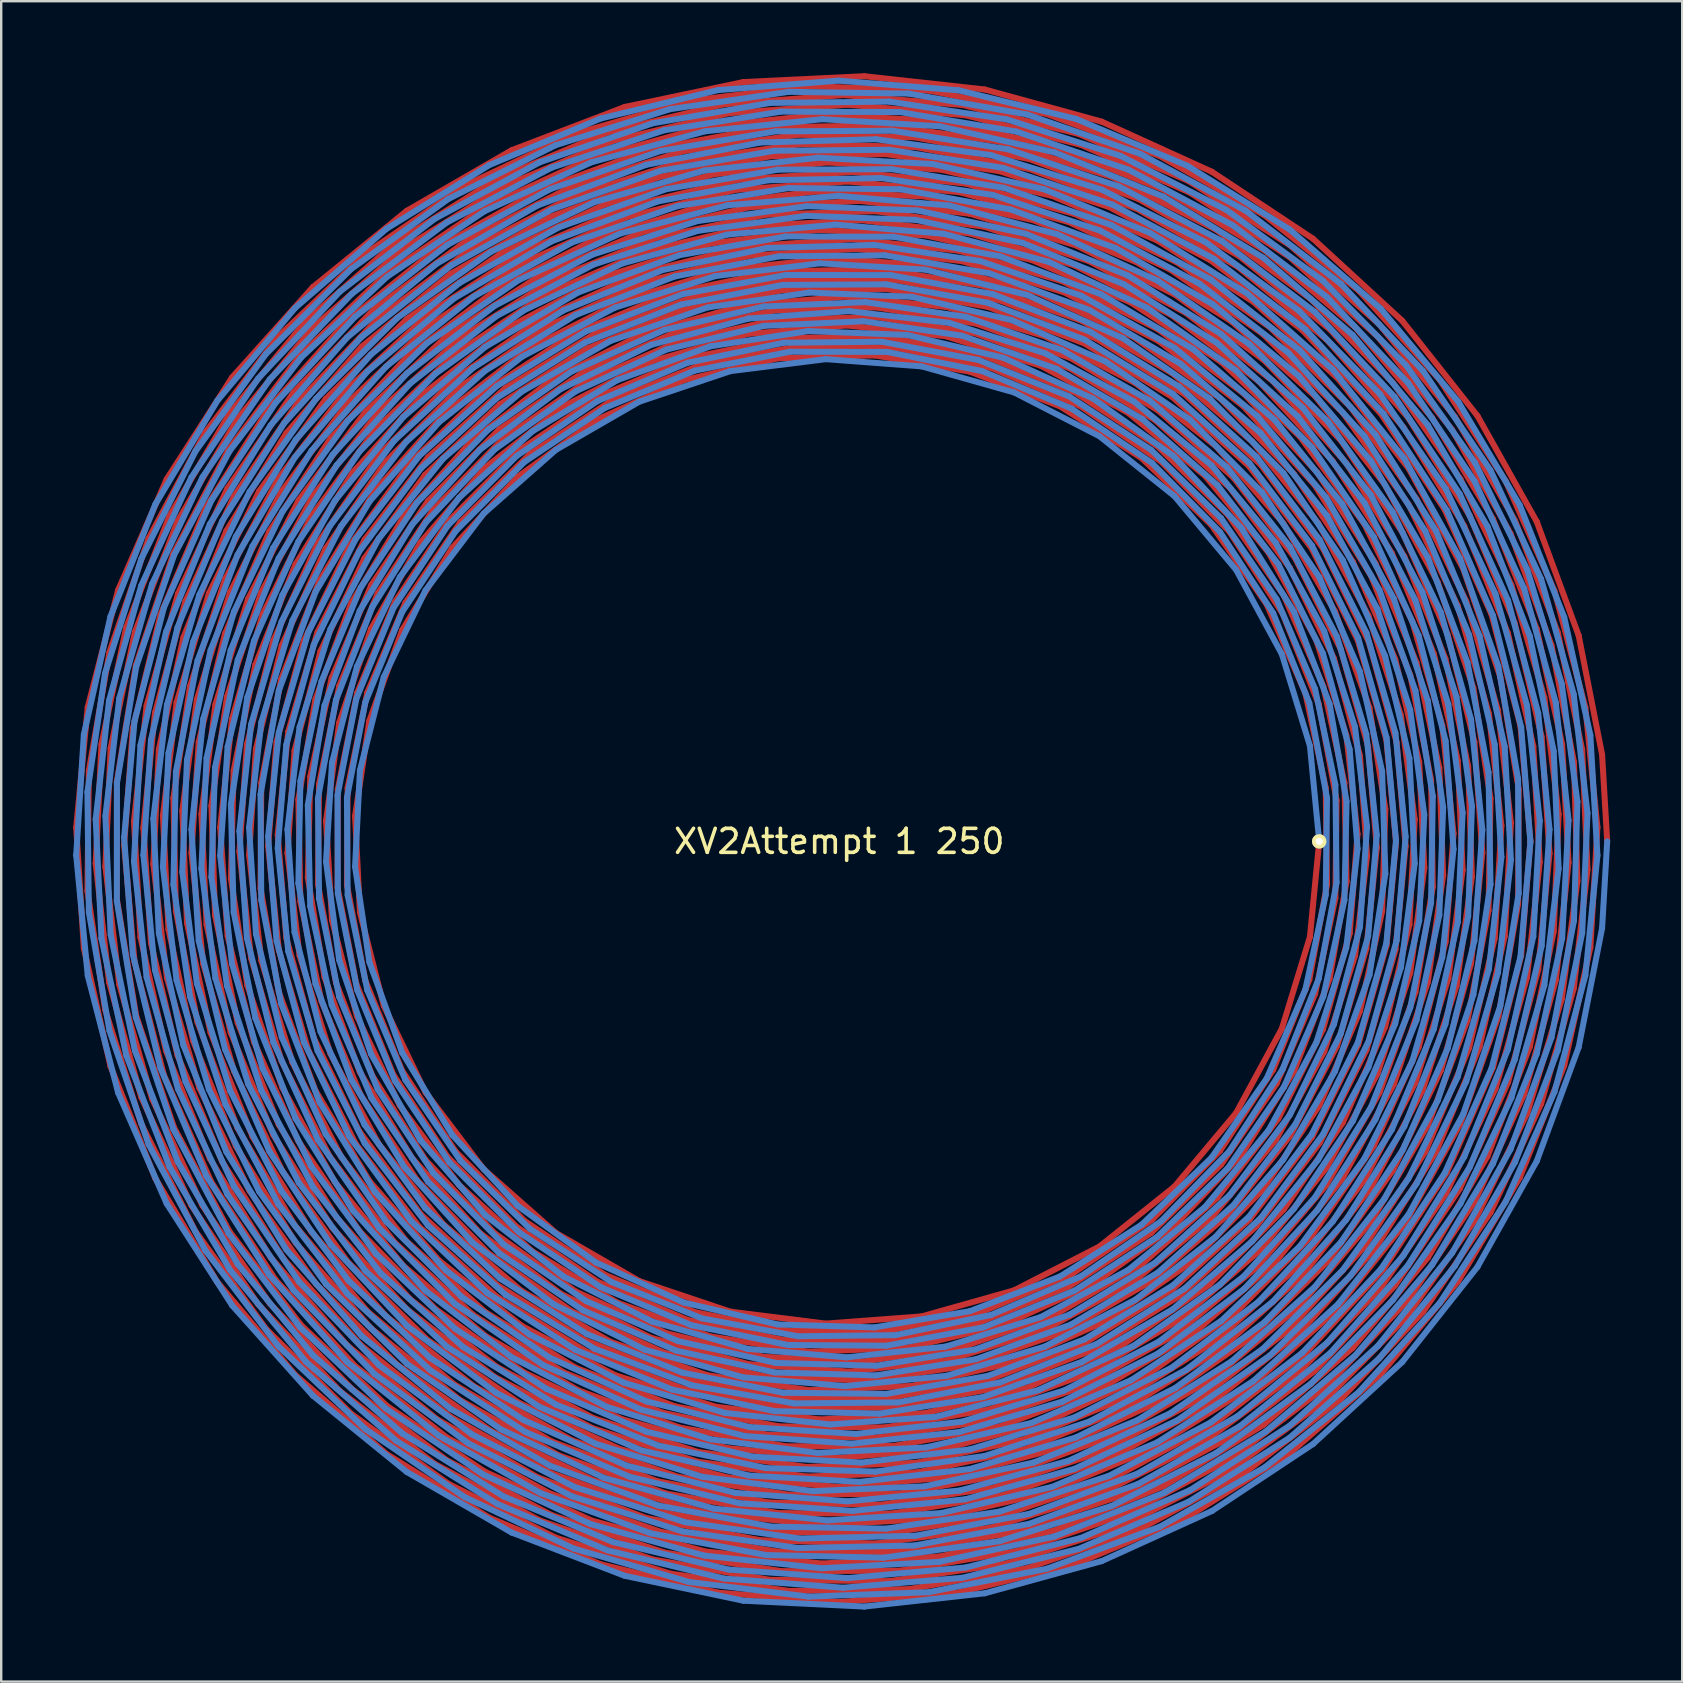
<source format=kicad_pcb>
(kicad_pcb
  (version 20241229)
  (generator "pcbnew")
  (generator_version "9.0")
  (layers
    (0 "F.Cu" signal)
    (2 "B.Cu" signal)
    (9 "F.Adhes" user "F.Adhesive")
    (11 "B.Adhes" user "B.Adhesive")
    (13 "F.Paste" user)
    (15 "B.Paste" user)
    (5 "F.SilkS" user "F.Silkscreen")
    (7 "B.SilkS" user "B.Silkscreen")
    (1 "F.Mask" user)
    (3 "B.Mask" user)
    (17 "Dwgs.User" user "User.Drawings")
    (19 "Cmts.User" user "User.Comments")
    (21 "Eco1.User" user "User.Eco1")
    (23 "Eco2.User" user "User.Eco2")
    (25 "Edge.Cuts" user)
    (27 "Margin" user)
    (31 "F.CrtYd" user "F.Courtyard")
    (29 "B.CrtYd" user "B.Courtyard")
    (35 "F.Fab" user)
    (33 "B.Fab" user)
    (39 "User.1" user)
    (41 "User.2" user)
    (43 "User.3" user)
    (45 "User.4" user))
  (footprint "XV2Attempt 1 250"
    (layer "F.Cu")
    (at 31.921 32.01)
    (property "Reference" "XV2Attempt 1 250" (at 0 0 0) (layer "F.SilkS") (effects (font (size 1 1) (thickness 0.15))))
    (attr smd)
    (fp_line (start -31.796 -0.578) (end -31.315 -5.596) (stroke (width 0.25) (type solid)) (layer "F.Cu"))
    (fp_line (start -31.478 4.452) (end -31.796 -0.578) (stroke (width 0.25) (type solid)) (layer "F.Cu"))
    (fp_line (start -31.329 2.053) (end -31.267 -2.955) (stroke (width 0.25) (type solid)) (layer "F.Cu"))
    (fp_line (start -31.315 -5.596) (end -30.048 -10.476) (stroke (width 0.25) (type solid)) (layer "F.Cu"))
    (fp_line (start -31.267 -2.955) (end -30.409 -7.89) (stroke (width 0.25) (type solid)) (layer "F.Cu"))
    (fp_line (start -30.984 0.922) (end -30.743 -4.049) (stroke (width 0.25) (type solid)) (layer "F.Cu"))
    (fp_line (start -30.743 -4.049) (end -29.709 -8.918) (stroke (width 0.25) (type solid)) (layer "F.Cu"))
    (fp_line (start -30.594 7.006) (end -31.329 2.053) (stroke (width 0.25) (type solid)) (layer "F.Cu"))
    (fp_line (start -30.58 1.053) (end -30.36 -3.886) (stroke (width 0.25) (type solid)) (layer "F.Cu"))
    (fp_line (start -30.428 5.866) (end -30.984 0.922) (stroke (width 0.25) (type solid)) (layer "F.Cu"))
    (fp_line (start -30.409 -7.89) (end -28.778 -12.627) (stroke (width 0.25) (type solid)) (layer "F.Cu"))
    (fp_line (start -30.369 9.367) (end -31.478 4.452) (stroke (width 0.25) (type solid)) (layer "F.Cu"))
    (fp_line (start -30.36 -3.886) (end -29.348 -8.727) (stroke (width 0.25) (type solid)) (layer "F.Cu"))
    (fp_line (start -30.103 -2.482) (end -29.313 -7.331) (stroke (width 0.25) (type solid)) (layer "F.Cu"))
    (fp_line (start -30.097 2.429) (end -30.103 -2.482) (stroke (width 0.25) (type solid)) (layer "F.Cu"))
    (fp_line (start -30.048 -10.476) (end -28.025 -15.095) (stroke (width 0.25) (type solid)) (layer "F.Cu"))
    (fp_line (start -30.001 5.963) (end -30.58 1.053) (stroke (width 0.25) (type solid)) (layer "F.Cu"))
    (fp_line (start -29.799 0.158) (end -29.436 -4.708) (stroke (width 0.25) (type solid)) (layer "F.Cu"))
    (fp_line (start -29.709 -8.918) (end -27.909 -13.559) (stroke (width 0.25) (type solid)) (layer "F.Cu"))
    (fp_line (start -29.436 -4.708) (end -28.283 -9.45) (stroke (width 0.25) (type solid)) (layer "F.Cu"))
    (fp_line (start -29.39 -0.838) (end -28.863 -5.655) (stroke (width 0.25) (type solid)) (layer "F.Cu"))
    (fp_line (start -29.364 5.017) (end -29.799 0.158) (stroke (width 0.25) (type solid)) (layer "F.Cu"))
    (fp_line (start -29.348 -8.727) (end -27.57 -13.342) (stroke (width 0.25) (type solid)) (layer "F.Cu"))
    (fp_line (start -29.313 -7.331) (end -27.747 -11.988) (stroke (width 0.25) (type solid)) (layer "F.Cu"))
    (fp_line (start -29.295 7.274) (end -30.097 2.429) (stroke (width 0.25) (type solid)) (layer "F.Cu"))
    (fp_line (start -29.118 4.001) (end -29.39 -0.838) (stroke (width 0.25) (type solid)) (layer "F.Cu"))
    (fp_line (start -29.087 10.657) (end -30.428 5.866) (stroke (width 0.25) (type solid)) (layer "F.Cu"))
    (fp_line (start -29.08 11.779) (end -30.594 7.006) (stroke (width 0.25) (type solid)) (layer "F.Cu"))
    (fp_line (start -28.996 -0.57) (end -28.513 -5.359) (stroke (width 0.25) (type solid)) (layer "F.Cu"))
    (fp_line (start -28.863 -5.655) (end -27.553 -10.322) (stroke (width 0.25) (type solid)) (layer "F.Cu"))
    (fp_line (start -28.778 -12.627) (end -26.414 -17.046) (stroke (width 0.25) (type solid)) (layer "F.Cu"))
    (fp_line (start -28.68 4.232) (end -28.996 -0.57) (stroke (width 0.25) (type solid)) (layer "F.Cu"))
    (fp_line (start -28.639 10.714) (end -30.001 5.963) (stroke (width 0.25) (type solid)) (layer "F.Cu"))
    (fp_line (start -28.582 0.943) (end -28.351 -3.832) (stroke (width 0.25) (type solid)) (layer "F.Cu"))
    (fp_line (start -28.513 -5.359) (end -27.244 -10.003) (stroke (width 0.25) (type solid)) (layer "F.Cu"))
    (fp_line (start -28.498 14.045) (end -30.369 9.367) (stroke (width 0.25) (type solid)) (layer "F.Cu"))
    (fp_line (start -28.351 -3.832) (end -27.327 -8.501) (stroke (width 0.25) (type solid)) (layer "F.Cu"))
    (fp_line (start -28.283 -9.45) (end -26.373 -13.942) (stroke (width 0.25) (type solid)) (layer "F.Cu"))
    (fp_line (start -28.182 -1.068) (end -27.615 -5.78) (stroke (width 0.25) (type solid)) (layer "F.Cu"))
    (fp_line (start -28.141 9.739) (end -29.364 5.017) (stroke (width 0.25) (type solid)) (layer "F.Cu"))
    (fp_line (start -28.055 8.727) (end -29.118 4.001) (stroke (width 0.25) (type solid)) (layer "F.Cu"))
    (fp_line (start -28.025 -15.095) (end -25.298 -19.337) (stroke (width 0.25) (type solid)) (layer "F.Cu"))
    (fp_line (start -28.016 5.688) (end -28.582 0.943) (stroke (width 0.25) (type solid)) (layer "F.Cu"))
    (fp_line (start -27.951 3.672) (end -28.182 -1.068) (stroke (width 0.25) (type solid)) (layer "F.Cu"))
    (fp_line (start -27.909 -13.559) (end -25.39 -17.854) (stroke (width 0.25) (type solid)) (layer "F.Cu"))
    (fp_line (start -27.747 -11.988) (end -25.447 -16.331) (stroke (width 0.25) (type solid)) (layer "F.Cu"))
    (fp_line (start -27.746 -1.801) (end -27.054 -6.462) (stroke (width 0.25) (type solid)) (layer "F.Cu"))
    (fp_line (start -27.718 11.924) (end -29.295 7.274) (stroke (width 0.25) (type solid)) (layer "F.Cu"))
    (fp_line (start -27.641 2.91) (end -27.746 -1.801) (stroke (width 0.25) (type solid)) (layer "F.Cu"))
    (fp_line (start -27.615 -5.78) (end -26.265 -10.332) (stroke (width 0.25) (type solid)) (layer "F.Cu"))
    (fp_line (start -27.575 8.915) (end -28.68 4.232) (stroke (width 0.25) (type solid)) (layer "F.Cu"))
    (fp_line (start -27.57 -13.342) (end -25.071 -17.612) (stroke (width 0.25) (type solid)) (layer "F.Cu"))
    (fp_line (start -27.553 -10.322) (end -25.493 -14.712) (stroke (width 0.25) (type solid)) (layer "F.Cu"))
    (fp_line (start -27.373 -1.275) (end -26.768 -5.915) (stroke (width 0.25) (type solid)) (layer "F.Cu"))
    (fp_line (start -27.327 -8.501) (end -25.54 -12.937) (stroke (width 0.25) (type solid)) (layer "F.Cu"))
    (fp_line (start -27.244 -10.003) (end -25.225 -14.375) (stroke (width 0.25) (type solid)) (layer "F.Cu"))
    (fp_line (start -27.18 3.399) (end -27.373 -1.275) (stroke (width 0.25) (type solid)) (layer "F.Cu"))
    (fp_line (start -27.054 -6.462) (end -25.584 -10.941) (stroke (width 0.25) (type solid)) (layer "F.Cu"))
    (fp_line (start -26.997 15.171) (end -29.087 10.657) (stroke (width 0.25) (type solid)) (layer "F.Cu"))
    (fp_line (start -26.994 0.491) (end -26.69 -4.143) (stroke (width 0.25) (type solid)) (layer "F.Cu"))
    (fp_line (start -26.929 8.306) (end -27.951 3.672) (stroke (width 0.25) (type solid)) (layer "F.Cu"))
    (fp_line (start -26.828 16.25) (end -29.08 11.779) (stroke (width 0.25) (type solid)) (layer "F.Cu"))
    (fp_line (start -26.768 -5.915) (end -25.383 -10.385) (stroke (width 0.25) (type solid)) (layer "F.Cu"))
    (fp_line (start -26.741 7.535) (end -27.641 2.91) (stroke (width 0.25) (type solid)) (layer "F.Cu"))
    (fp_line (start -26.69 -4.143) (end -25.596 -8.657) (stroke (width 0.25) (type solid)) (layer "F.Cu"))
    (fp_line (start -26.667 10.272) (end -28.016 5.688) (stroke (width 0.25) (type solid)) (layer "F.Cu"))
    (fp_line (start -26.579 -1.134) (end -25.995 -5.707) (stroke (width 0.25) (type solid)) (layer "F.Cu"))
    (fp_line (start -26.529 15.183) (end -28.639 10.714) (stroke (width 0.25) (type solid)) (layer "F.Cu"))
    (fp_line (start -26.5 5.108) (end -26.994 0.491) (stroke (width 0.25) (type solid)) (layer "F.Cu"))
    (fp_line (start -26.414 -17.046) (end -23.377 -21.033) (stroke (width 0.25) (type solid)) (layer "F.Cu"))
    (fp_line (start -26.373 -13.942) (end -23.754 -18.062) (stroke (width 0.25) (type solid)) (layer "F.Cu"))
    (fp_line (start -26.364 3.47) (end -26.579 -1.134) (stroke (width 0.25) (type solid)) (layer "F.Cu"))
    (fp_line (start -26.265 -10.332) (end -24.171 -14.594) (stroke (width 0.25) (type solid)) (layer "F.Cu"))
    (fp_line (start -26.23 13.215) (end -28.055 8.727) (stroke (width 0.25) (type solid)) (layer "F.Cu"))
    (fp_line (start -26.195 7.971) (end -27.18 3.399) (stroke (width 0.25) (type solid)) (layer "F.Cu"))
    (fp_line (start -26.165 14.197) (end -28.141 9.739) (stroke (width 0.25) (type solid)) (layer "F.Cu"))
    (fp_line (start -26.161 -1.486) (end -25.515 -6.016) (stroke (width 0.25) (type solid)) (layer "F.Cu"))
    (fp_line (start -26.01 3.085) (end -26.161 -1.486) (stroke (width 0.25) (type solid)) (layer "F.Cu"))
    (fp_line (start -25.995 -5.707) (end -24.63 -10.111) (stroke (width 0.25) (type solid)) (layer "F.Cu"))
    (fp_line (start -25.911 18.368) (end -28.498 14.045) (stroke (width 0.25) (type solid)) (layer "F.Cu"))
    (fp_line (start -25.795 -0.586) (end -25.304 -5.099) (stroke (width 0.25) (type solid)) (layer "F.Cu"))
    (fp_line (start -25.71 13.35) (end -27.575 8.915) (stroke (width 0.25) (type solid)) (layer "F.Cu"))
    (fp_line (start -25.596 -8.657) (end -23.745 -12.919) (stroke (width 0.25) (type solid)) (layer "F.Cu"))
    (fp_line (start -25.584 -10.941) (end -23.379 -15.109) (stroke (width 0.25) (type solid)) (layer "F.Cu"))
    (fp_line (start -25.54 -12.937) (end -23.04 -17.013) (stroke (width 0.25) (type solid)) (layer "F.Cu"))
    (fp_line (start -25.515 -6.016) (end -24.091 -10.364) (stroke (width 0.25) (type solid)) (layer "F.Cu"))
    (fp_line (start -25.493 -14.712) (end -22.74 -18.704) (stroke (width 0.25) (type solid)) (layer "F.Cu"))
    (fp_line (start -25.487 3.943) (end -25.795 -0.586) (stroke (width 0.25) (type solid)) (layer "F.Cu"))
    (fp_line (start -25.447 -16.331) (end -22.473 -20.244) (stroke (width 0.25) (type solid)) (layer "F.Cu"))
    (fp_line (start -25.409 16.256) (end -27.718 11.924) (stroke (width 0.25) (type solid)) (layer "F.Cu"))
    (fp_line (start -25.39 -17.854) (end -22.216 -21.691) (stroke (width 0.25) (type solid)) (layer "F.Cu"))
    (fp_line (start -25.383 -10.385) (end -23.257 -14.555) (stroke (width 0.25) (type solid)) (layer "F.Cu"))
    (fp_line (start -25.359 7.967) (end -26.364 3.47) (stroke (width 0.25) (type solid)) (layer "F.Cu"))
    (fp_line (start -25.349 1.549) (end -25.235 -2.954) (stroke (width 0.25) (type solid)) (layer "F.Cu"))
    (fp_line (start -25.304 -5.099) (end -24.03 -9.457) (stroke (width 0.25) (type solid)) (layer "F.Cu"))
    (fp_line (start -25.298 -19.337) (end -21.934 -23.096) (stroke (width 0.25) (type solid)) (layer "F.Cu"))
    (fp_line (start -25.235 -2.954) (end -24.328 -7.367) (stroke (width 0.25) (type solid)) (layer "F.Cu"))
    (fp_line (start -25.225 -14.375) (end -22.51 -18.353) (stroke (width 0.25) (type solid)) (layer "F.Cu"))
    (fp_line (start -25.222 9.571) (end -26.5 5.108) (stroke (width 0.25) (type solid)) (layer "F.Cu"))
    (fp_line (start -25.144 12.701) (end -26.929 8.306) (stroke (width 0.25) (type solid)) (layer "F.Cu"))
    (fp_line (start -25.074 11.94) (end -26.741 7.535) (stroke (width 0.25) (type solid)) (layer "F.Cu"))
    (fp_line (start -25.071 -17.612) (end -21.918 -21.424) (stroke (width 0.25) (type solid)) (layer "F.Cu"))
    (fp_line (start -25.066 7.56) (end -26.01 3.085) (stroke (width 0.25) (type solid)) (layer "F.Cu"))
    (fp_line (start -24.995 0.425) (end -24.683 -4.032) (stroke (width 0.25) (type solid)) (layer "F.Cu"))
    (fp_line (start -24.683 -4.032) (end -23.582 -8.364) (stroke (width 0.25) (type solid)) (layer "F.Cu"))
    (fp_line (start -24.666 5.999) (end -25.349 1.549) (stroke (width 0.25) (type solid)) (layer "F.Cu"))
    (fp_line (start -24.63 -10.111) (end -22.526 -14.215) (stroke (width 0.25) (type solid)) (layer "F.Cu"))
    (fp_line (start -24.592 0.567) (end -24.306 -3.857) (stroke (width 0.25) (type solid)) (layer "F.Cu"))
    (fp_line (start -24.573 14.566) (end -26.667 10.272) (stroke (width 0.25) (type solid)) (layer "F.Cu"))
    (fp_line (start -24.509 4.866) (end -24.995 0.425) (stroke (width 0.25) (type solid)) (layer "F.Cu"))
    (fp_line (start -24.447 12.307) (end -26.195 7.971) (stroke (width 0.25) (type solid)) (layer "F.Cu"))
    (fp_line (start -24.391 8.346) (end -25.487 3.943) (stroke (width 0.25) (type solid)) (layer "F.Cu"))
    (fp_line (start -24.328 -7.367) (end -22.655 -11.551) (stroke (width 0.25) (type solid)) (layer "F.Cu"))
    (fp_line (start -24.306 -3.857) (end -23.231 -8.158) (stroke (width 0.25) (type solid)) (layer "F.Cu"))
    (fp_line (start -24.211 19.291) (end -26.997 15.171) (stroke (width 0.25) (type solid)) (layer "F.Cu"))
    (fp_line (start -24.171 -14.594) (end -21.391 -18.445) (stroke (width 0.25) (type solid)) (layer "F.Cu"))
    (fp_line (start -24.116 1.951) (end -24.083 -2.445) (stroke (width 0.25) (type solid)) (layer "F.Cu"))
    (fp_line (start -24.091 -10.364) (end -21.932 -14.4) (stroke (width 0.25) (type solid)) (layer "F.Cu"))
    (fp_line (start -24.083 -2.445) (end -23.254 -6.764) (stroke (width 0.25) (type solid)) (layer "F.Cu"))
    (fp_line (start -24.08 4.968) (end -24.592 0.567) (stroke (width 0.25) (type solid)) (layer "F.Cu"))
    (fp_line (start -24.03 -9.457) (end -22.011 -13.526) (stroke (width 0.25) (type solid)) (layer "F.Cu"))
    (fp_line (start -23.893 20.304) (end -26.828 16.25) (stroke (width 0.25) (type solid)) (layer "F.Cu"))
    (fp_line (start -23.799 0.199) (end -23.447 -4.147) (stroke (width 0.25) (type solid)) (layer "F.Cu"))
    (fp_line (start -23.754 -18.062) (end -20.498 -21.701) (stroke (width 0.25) (type solid)) (layer "F.Cu"))
    (fp_line (start -23.745 -12.919) (end -21.191 -16.801) (stroke (width 0.25) (type solid)) (layer "F.Cu"))
    (fp_line (start -23.728 19.253) (end -26.529 15.183) (stroke (width 0.25) (type solid)) (layer "F.Cu"))
    (fp_line (start -23.692 17.34) (end -26.23 13.215) (stroke (width 0.25) (type solid)) (layer "F.Cu"))
    (fp_line (start -23.592 12.222) (end -25.359 7.967) (stroke (width 0.25) (type solid)) (layer "F.Cu"))
    (fp_line (start -23.582 -8.364) (end -21.728 -12.432) (stroke (width 0.25) (type solid)) (layer "F.Cu"))
    (fp_line (start -23.488 18.272) (end -26.165 14.197) (stroke (width 0.25) (type solid)) (layer "F.Cu"))
    (fp_line (start -23.447 -4.147) (end -22.309 -8.357) (stroke (width 0.25) (type solid)) (layer "F.Cu"))
    (fp_line (start -23.399 -0.279) (end -22.96 -4.58) (stroke (width 0.25) (type solid)) (layer "F.Cu"))
    (fp_line (start -23.379 -15.109) (end -20.502 -18.845) (stroke (width 0.25) (type solid)) (layer "F.Cu"))
    (fp_line (start -23.377 -21.033) (end -19.746 -24.488) (stroke (width 0.25) (type solid)) (layer "F.Cu"))
    (fp_line (start -23.358 11.801) (end -25.066 7.56) (stroke (width 0.25) (type solid)) (layer "F.Cu"))
    (fp_line (start -23.354 6.279) (end -24.116 1.951) (stroke (width 0.25) (type solid)) (layer "F.Cu"))
    (fp_line (start -23.352 4.535) (end -23.799 0.199) (stroke (width 0.25) (type solid)) (layer "F.Cu"))
    (fp_line (start -23.257 -14.555) (end -20.452 -18.303) (stroke (width 0.25) (type solid)) (layer "F.Cu"))
    (fp_line (start -23.254 -6.764) (end -21.659 -10.862) (stroke (width 0.25) (type solid)) (layer "F.Cu"))
    (fp_line (start -23.24 9.149) (end -24.509 4.866) (stroke (width 0.25) (type solid)) (layer "F.Cu"))
    (fp_line (start -23.231 -8.158) (end -21.401 -12.198) (stroke (width 0.25) (type solid)) (layer "F.Cu"))
    (fp_line (start -23.207 10.259) (end -24.666 5.999) (stroke (width 0.25) (type solid)) (layer "F.Cu"))
    (fp_line (start -23.198 13.748) (end -25.222 9.571) (stroke (width 0.25) (type solid)) (layer "F.Cu"))
    (fp_line (start -23.138 17.414) (end -25.71 13.35) (stroke (width 0.25) (type solid)) (layer "F.Cu"))
    (fp_line (start -23.04 -17.013) (end -19.895 -20.618) (stroke (width 0.25) (type solid)) (layer "F.Cu"))
    (fp_line (start -23.04 4.028) (end -23.399 -0.279) (stroke (width 0.25) (type solid)) (layer "F.Cu"))
    (fp_line (start -22.993 0.498) (end -22.698 -3.778) (stroke (width 0.25) (type solid)) (layer "F.Cu"))
    (fp_line (start -22.96 -4.58) (end -21.738 -8.728) (stroke (width 0.25) (type solid)) (layer "F.Cu"))
    (fp_line (start -22.786 9.206) (end -24.08 4.968) (stroke (width 0.25) (type solid)) (layer "F.Cu"))
    (fp_line (start -22.74 -18.704) (end -19.369 -22.19) (stroke (width 0.25) (type solid)) (layer "F.Cu"))
    (fp_line (start -22.698 -3.778) (end -21.615 -7.926) (stroke (width 0.25) (type solid)) (layer "F.Cu"))
    (fp_line (start -22.687 15.999) (end -25.074 11.94) (stroke (width 0.25) (type solid)) (layer "F.Cu"))
    (fp_line (start -22.674 22.226) (end -25.911 18.368) (stroke (width 0.25) (type solid)) (layer "F.Cu"))
    (fp_line (start -22.655 -11.551) (end -20.27 -15.375) (stroke (width 0.25) (type solid)) (layer "F.Cu"))
    (fp_line (start -22.648 16.734) (end -25.144 12.701) (stroke (width 0.25) (type solid)) (layer "F.Cu"))
    (fp_line (start -22.539 12.488) (end -24.391 8.346) (stroke (width 0.25) (type solid)) (layer "F.Cu"))
    (fp_line (start -22.538 -1.744) (end -21.825 -5.932) (stroke (width 0.25) (type solid)) (layer "F.Cu"))
    (fp_line (start -22.526 -14.215) (end -19.744 -17.895) (stroke (width 0.25) (type solid)) (layer "F.Cu"))
    (fp_line (start -22.51 -18.353) (end -19.175 -21.828) (stroke (width 0.25) (type solid)) (layer "F.Cu"))
    (fp_line (start -22.49 4.753) (end -22.993 0.498) (stroke (width 0.25) (type solid)) (layer "F.Cu"))
    (fp_line (start -22.473 -20.244) (end -18.904 -23.625) (stroke (width 0.25) (type solid)) (layer "F.Cu"))
    (fp_line (start -22.454 2.503) (end -22.538 -1.744) (stroke (width 0.25) (type solid)) (layer "F.Cu"))
    (fp_line (start -22.428 20.155) (end -25.409 16.256) (stroke (width 0.25) (type solid)) (layer "F.Cu"))
    (fp_line (start -22.309 -8.357) (end -20.422 -12.29) (stroke (width 0.25) (type solid)) (layer "F.Cu"))
    (fp_line (start -22.216 -21.691) (end -18.468 -24.972) (stroke (width 0.25) (type solid)) (layer "F.Cu"))
    (fp_line (start -22.144 1.513) (end -22.044 -2.696) (stroke (width 0.25) (type solid)) (layer "F.Cu"))
    (fp_line (start -22.121 8.715) (end -23.352 4.535) (stroke (width 0.25) (type solid)) (layer "F.Cu"))
    (fp_line (start -22.044 -2.696) (end -21.15 -6.811) (stroke (width 0.25) (type solid)) (layer "F.Cu"))
    (fp_line (start -22.011 -13.526) (end -19.311 -17.179) (stroke (width 0.25) (type solid)) (layer "F.Cu"))
    (fp_line (start -21.987 16.283) (end -24.447 12.307) (stroke (width 0.25) (type solid)) (layer "F.Cu"))
    (fp_line (start -21.934 -23.096) (end -18.019 -26.277) (stroke (width 0.25) (type solid)) (layer "F.Cu"))
    (fp_line (start -21.932 -14.4) (end -19.104 -18) (stroke (width 0.25) (type solid)) (layer "F.Cu"))
    (fp_line (start -21.918 -21.424) (end -18.191 -24.68) (stroke (width 0.25) (type solid)) (layer "F.Cu"))
    (fp_line (start -21.894 8.194) (end -23.04 4.028) (stroke (width 0.25) (type solid)) (layer "F.Cu"))
    (fp_line (start -21.825 -5.932) (end -20.341 -9.915) (stroke (width 0.25) (type solid)) (layer "F.Cu"))
    (fp_line (start -21.821 10.397) (end -23.354 6.279) (stroke (width 0.25) (type solid)) (layer "F.Cu"))
    (fp_line (start -21.794 18.45) (end -24.573 14.566) (stroke (width 0.25) (type solid)) (layer "F.Cu"))
    (fp_line (start -21.738 -8.728) (end -19.773 -12.581) (stroke (width 0.25) (type solid)) (layer "F.Cu"))
    (fp_line (start -21.728 -12.432) (end -19.179 -16.106) (stroke (width 0.25) (type solid)) (layer "F.Cu"))
    (fp_line (start -21.722 1.782) (end -21.676 -2.389) (stroke (width 0.25) (type solid)) (layer "F.Cu"))
    (fp_line (start -21.676 -2.389) (end -20.836 -6.477) (stroke (width 0.25) (type solid)) (layer "F.Cu"))
    (fp_line (start -21.659 -10.862) (end -19.347 -14.605) (stroke (width 0.25) (type solid)) (layer "F.Cu"))
    (fp_line (start -21.615 -7.926) (end -19.781 -11.802) (stroke (width 0.25) (type solid)) (layer "F.Cu"))
    (fp_line (start -21.577 6.659) (end -22.454 2.503) (stroke (width 0.25) (type solid)) (layer "F.Cu"))
    (fp_line (start -21.448 5.665) (end -22.144 1.513) (stroke (width 0.25) (type solid)) (layer "F.Cu"))
    (fp_line (start -21.401 -12.198) (end -18.876 -15.845) (stroke (width 0.25) (type solid)) (layer "F.Cu"))
    (fp_line (start -21.391 -18.445) (end -18.005 -21.776) (stroke (width 0.25) (type solid)) (layer "F.Cu"))
    (fp_line (start -21.386 -0.844) (end -20.837 -4.942) (stroke (width 0.25) (type solid)) (layer "F.Cu"))
    (fp_line (start -21.229 13.136) (end -23.24 9.149) (stroke (width 0.25) (type solid)) (layer "F.Cu"))
    (fp_line (start -21.206 8.84) (end -22.49 4.753) (stroke (width 0.25) (type solid)) (layer "F.Cu"))
    (fp_line (start -21.191 -16.801) (end -18.009 -20.189) (stroke (width 0.25) (type solid)) (layer "F.Cu"))
    (fp_line (start -21.15 -6.811) (end -19.496 -10.685) (stroke (width 0.25) (type solid)) (layer "F.Cu"))
    (fp_line (start -21.137 3.282) (end -21.386 -0.844) (stroke (width 0.25) (type solid)) (layer "F.Cu"))
    (fp_line (start -21.117 16.107) (end -23.592 12.222) (stroke (width 0.25) (type solid)) (layer "F.Cu"))
    (fp_line (start -21.02 14.192) (end -23.207 10.259) (stroke (width 0.25) (type solid)) (layer "F.Cu"))
    (fp_line (start -20.972 5.885) (end -21.722 1.782) (stroke (width 0.25) (type solid)) (layer "F.Cu"))
    (fp_line (start -20.939 15.68) (end -23.358 11.801) (stroke (width 0.25) (type solid)) (layer "F.Cu"))
    (fp_line (start -20.906 1.92) (end -20.894 -2.174) (stroke (width 0.25) (type solid)) (layer "F.Cu"))
    (fp_line (start -20.894 -2.174) (end -20.087 -6.19) (stroke (width 0.25) (type solid)) (layer "F.Cu"))
    (fp_line (start -20.837 -4.942) (end -19.51 -8.859) (stroke (width 0.25) (type solid)) (layer "F.Cu"))
    (fp_line (start -20.836 -6.477) (end -19.232 -10.331) (stroke (width 0.25) (type solid)) (layer "F.Cu"))
    (fp_line (start -20.803 22.912) (end -24.211 19.291) (stroke (width 0.25) (type solid)) (layer "F.Cu"))
    (fp_line (start -20.753 13.141) (end -22.786 9.206) (stroke (width 0.25) (type solid)) (layer "F.Cu"))
    (fp_line (start -20.514 1.82) (end -20.485 -2.236) (stroke (width 0.25) (type solid)) (layer "F.Cu"))
    (fp_line (start -20.512 20.991) (end -23.692 17.34) (stroke (width 0.25) (type solid)) (layer "F.Cu"))
    (fp_line (start -20.502 -18.845) (end -17.035 -22.043) (stroke (width 0.25) (type solid)) (layer "F.Cu"))
    (fp_line (start -20.498 -21.701) (end -16.692 -24.761) (stroke (width 0.25) (type solid)) (layer "F.Cu"))
    (fp_line (start -20.489 17.515) (end -23.198 13.748) (stroke (width 0.25) (type solid)) (layer "F.Cu"))
    (fp_line (start -20.485 -2.236) (end -19.663 -6.208) (stroke (width 0.25) (type solid)) (layer "F.Cu"))
    (fp_line (start -20.452 -18.303) (end -17.051 -21.522) (stroke (width 0.25) (type solid)) (layer "F.Cu"))
    (fp_line (start -20.422 -12.29) (end -17.849 -15.813) (stroke (width 0.25) (type solid)) (layer "F.Cu"))
    (fp_line (start -20.351 23.84) (end -23.893 20.304) (stroke (width 0.25) (type solid)) (layer "F.Cu"))
    (fp_line (start -20.341 -9.915) (end -18.138 -13.551) (stroke (width 0.25) (type solid)) (layer "F.Cu"))
    (fp_line (start -20.308 22.818) (end -23.728 19.253) (stroke (width 0.25) (type solid)) (layer "F.Cu"))
    (fp_line (start -20.27 -15.375) (end -17.247 -18.719) (stroke (width 0.25) (type solid)) (layer "F.Cu"))
    (fp_line (start -20.181 21.855) (end -23.488 18.272) (stroke (width 0.25) (type solid)) (layer "F.Cu"))
    (fp_line (start -20.176 -1.053) (end -19.581 -5.025) (stroke (width 0.25) (type solid)) (layer "F.Cu"))
    (fp_line (start -20.149 12.6) (end -22.121 8.715) (stroke (width 0.25) (type solid)) (layer "F.Cu"))
    (fp_line (start -20.124 5.938) (end -20.906 1.92) (stroke (width 0.25) (type solid)) (layer "F.Cu"))
    (fp_line (start -20.1 7.281) (end -21.137 3.282) (stroke (width 0.25) (type solid)) (layer "F.Cu"))
    (fp_line (start -20.087 -6.19) (end -18.516 -9.974) (stroke (width 0.25) (type solid)) (layer "F.Cu"))
    (fp_line (start -20.002 12.078) (end -21.894 8.194) (stroke (width 0.25) (type solid)) (layer "F.Cu"))
    (fp_line (start -19.991 16.241) (end -22.539 12.488) (stroke (width 0.25) (type solid)) (layer "F.Cu"))
    (fp_line (start -19.981 9.609) (end -21.448 5.665) (stroke (width 0.25) (type solid)) (layer "F.Cu"))
    (fp_line (start -19.973 2.957) (end -20.176 -1.053) (stroke (width 0.25) (type solid)) (layer "F.Cu"))
    (fp_line (start -19.938 10.575) (end -21.577 6.659) (stroke (width 0.25) (type solid)) (layer "F.Cu"))
    (fp_line (start -19.929 20.996) (end -23.138 17.414) (stroke (width 0.25) (type solid)) (layer "F.Cu"))
    (fp_line (start -19.895 -20.618) (end -16.193 -23.649) (stroke (width 0.25) (type solid)) (layer "F.Cu"))
    (fp_line (start -19.781 -11.802) (end -17.26 -15.271) (stroke (width 0.25) (type solid)) (layer "F.Cu"))
    (fp_line (start -19.773 -12.581) (end -17.132 -16.009) (stroke (width 0.25) (type solid)) (layer "F.Cu"))
    (fp_line (start -19.747 5.801) (end -20.514 1.82) (stroke (width 0.25) (type solid)) (layer "F.Cu"))
    (fp_line (start -19.746 -24.488) (end -15.61 -27.322) (stroke (width 0.25) (type solid)) (layer "F.Cu"))
    (fp_line (start -19.744 -17.895) (end -16.369 -21.04) (stroke (width 0.25) (type solid)) (layer "F.Cu"))
    (fp_line (start -19.663 -6.208) (end -18.078 -9.943) (stroke (width 0.25) (type solid)) (layer "F.Cu"))
    (fp_line (start -19.648 19.596) (end -22.687 15.999) (stroke (width 0.25) (type solid)) (layer "F.Cu"))
    (fp_line (start -19.581 -5.025) (end -18.213 -8.803) (stroke (width 0.25) (type solid)) (layer "F.Cu"))
    (fp_line (start -19.569 14.169) (end -21.821 10.397) (stroke (width 0.25) (type solid)) (layer "F.Cu"))
    (fp_line (start -19.511 20.29) (end -22.648 16.734) (stroke (width 0.25) (type solid)) (layer "F.Cu"))
    (fp_line (start -19.51 -8.859) (end -17.455 -12.449) (stroke (width 0.25) (type solid)) (layer "F.Cu"))
    (fp_line (start -19.496 -10.685) (end -17.139 -14.179) (stroke (width 0.25) (type solid)) (layer "F.Cu"))
    (fp_line (start -19.455 9.769) (end -20.972 5.885) (stroke (width 0.25) (type solid)) (layer "F.Cu"))
    (fp_line (start -19.369 -22.19) (end -15.47 -25.077) (stroke (width 0.25) (type solid)) (layer "F.Cu"))
    (fp_line (start -19.347 -14.605) (end -16.397 -17.87) (stroke (width 0.25) (type solid)) (layer "F.Cu"))
    (fp_line (start -19.311 -17.179) (end -16.012 -20.304) (stroke (width 0.25) (type solid)) (layer "F.Cu"))
    (fp_line (start -19.232 -10.331) (end -16.924 -13.811) (stroke (width 0.25) (type solid)) (layer "F.Cu"))
    (fp_line (start -19.187 12.616) (end -21.206 8.84) (stroke (width 0.25) (type solid)) (layer "F.Cu"))
    (fp_line (start -19.179 -16.106) (end -16.016 -19.269) (stroke (width 0.25) (type solid)) (layer "F.Cu"))
    (fp_line (start -19.175 -21.828) (end -15.31 -24.705) (stroke (width 0.25) (type solid)) (layer "F.Cu"))
    (fp_line (start -19.104 -18) (end -15.692 -21.055) (stroke (width 0.25) (type solid)) (layer "F.Cu"))
    (fp_line (start -18.981 6.847) (end -19.973 2.957) (stroke (width 0.25) (type solid)) (layer "F.Cu"))
    (fp_line (start -18.904 -23.625) (end -14.834 -26.383) (stroke (width 0.25) (type solid)) (layer "F.Cu"))
    (fp_line (start -18.886 19.78) (end -21.987 16.283) (stroke (width 0.25) (type solid)) (layer "F.Cu"))
    (fp_line (start -18.876 -15.845) (end -15.737 -18.98) (stroke (width 0.25) (type solid)) (layer "F.Cu"))
    (fp_line (start -18.868 25.524) (end -22.674 22.226) (stroke (width 0.25) (type solid)) (layer "F.Cu"))
    (fp_line (start -18.854 23.519) (end -22.428 20.155) (stroke (width 0.25) (type solid)) (layer "F.Cu"))
    (fp_line (start -18.577 9.727) (end -20.124 5.938) (stroke (width 0.25) (type solid)) (layer "F.Cu"))
    (fp_line (start -18.541 16.7) (end -21.229 13.136) (stroke (width 0.25) (type solid)) (layer "F.Cu"))
    (fp_line (start -18.516 -9.974) (end -16.241 -13.382) (stroke (width 0.25) (type solid)) (layer "F.Cu"))
    (fp_line (start -18.468 -24.972) (end -14.244 -27.612) (stroke (width 0.25) (type solid)) (layer "F.Cu"))
    (fp_line (start -18.407 21.817) (end -21.794 18.45) (stroke (width 0.25) (type solid)) (layer "F.Cu"))
    (fp_line (start -18.313 11.005) (end -20.1 7.281) (stroke (width 0.25) (type solid)) (layer "F.Cu"))
    (fp_line (start -18.216 9.553) (end -19.747 5.801) (stroke (width 0.25) (type solid)) (layer "F.Cu"))
    (fp_line (start -18.213 -8.803) (end -16.124 -12.236) (stroke (width 0.25) (type solid)) (layer "F.Cu"))
    (fp_line (start -18.191 -24.68) (end -13.989 -27.294) (stroke (width 0.25) (type solid)) (layer "F.Cu"))
    (fp_line (start -18.172 17.676) (end -21.02 14.192) (stroke (width 0.25) (type solid)) (layer "F.Cu"))
    (fp_line (start -18.138 -13.551) (end -15.293 -16.711) (stroke (width 0.25) (type solid)) (layer "F.Cu"))
    (fp_line (start -18.078 -9.943) (end -15.792 -13.297) (stroke (width 0.25) (type solid)) (layer "F.Cu"))
    (fp_line (start -18.047 16.647) (end -20.753 13.141) (stroke (width 0.25) (type solid)) (layer "F.Cu"))
    (fp_line (start -18.019 -26.277) (end -13.65 -28.801) (stroke (width 0.25) (type solid)) (layer "F.Cu"))
    (fp_line (start -18.009 19.505) (end -21.117 16.107) (stroke (width 0.25) (type solid)) (layer "F.Cu"))
    (fp_line (start -18.009 -20.189) (end -14.293 -22.982) (stroke (width 0.25) (type solid)) (layer "F.Cu"))
    (fp_line (start -18.005 -21.776) (end -14.108 -24.494) (stroke (width 0.25) (type solid)) (layer "F.Cu"))
    (fp_line (start -17.882 19.077) (end -20.939 15.68) (stroke (width 0.25) (type solid)) (layer "F.Cu"))
    (fp_line (start -17.849 -15.813) (end -14.676 -18.81) (stroke (width 0.25) (type solid)) (layer "F.Cu"))
    (fp_line (start -17.796 13.203) (end -19.981 9.609) (stroke (width 0.25) (type solid)) (layer "F.Cu"))
    (fp_line (start -17.595 14.114) (end -19.938 10.575) (stroke (width 0.25) (type solid)) (layer "F.Cu"))
    (fp_line (start -17.502 16.059) (end -20.149 12.6) (stroke (width 0.25) (type solid)) (layer "F.Cu"))
    (fp_line (start -17.455 -12.449) (end -14.748 -15.578) (stroke (width 0.25) (type solid)) (layer "F.Cu"))
    (fp_line (start -17.428 15.546) (end -20.002 12.078) (stroke (width 0.25) (type solid)) (layer "F.Cu"))
    (fp_line (start -17.26 -15.271) (end -14.138 -18.215) (stroke (width 0.25) (type solid)) (layer "F.Cu"))
    (fp_line (start -17.247 -18.719) (end -13.68 -21.477) (stroke (width 0.25) (type solid)) (layer "F.Cu"))
    (fp_line (start -17.239 10.462) (end -18.981 6.847) (stroke (width 0.25) (type solid)) (layer "F.Cu"))
    (fp_line (start -17.226 13.292) (end -19.455 9.769) (stroke (width 0.25) (type solid)) (layer "F.Cu"))
    (fp_line (start -17.174 20.761) (end -20.489 17.515) (stroke (width 0.25) (type solid)) (layer "F.Cu"))
    (fp_line (start -17.139 -14.179) (end -14.166 -17.166) (stroke (width 0.25) (type solid)) (layer "F.Cu"))
    (fp_line (start -17.132 -16.009) (end -13.906 -18.893) (stroke (width 0.25) (type solid)) (layer "F.Cu"))
    (fp_line (start -17.051 -21.522) (end -13.151 -24.115) (stroke (width 0.25) (type solid)) (layer "F.Cu"))
    (fp_line (start -17.035 -22.043) (end -13.077 -24.61) (stroke (width 0.25) (type solid)) (layer "F.Cu"))
    (fp_line (start -16.924 -13.811) (end -13.994 -16.788) (stroke (width 0.25) (type solid)) (layer "F.Cu"))
    (fp_line (start -16.859 25.939) (end -20.803 22.912) (stroke (width 0.25) (type solid)) (layer "F.Cu"))
    (fp_line (start -16.825 19.487) (end -19.991 16.241) (stroke (width 0.25) (type solid)) (layer "F.Cu"))
    (fp_line (start -16.775 24.07) (end -20.512 20.991) (stroke (width 0.25) (type solid)) (layer "F.Cu"))
    (fp_line (start -16.692 -24.761) (end -12.438 -27.16) (stroke (width 0.25) (type solid)) (layer "F.Cu"))
    (fp_line (start -16.672 17.47) (end -19.569 14.169) (stroke (width 0.25) (type solid)) (layer "F.Cu"))
    (fp_line (start -16.502 15.951) (end -19.187 12.616) (stroke (width 0.25) (type solid)) (layer "F.Cu"))
    (fp_line (start -16.397 -17.87) (end -12.905 -20.548) (stroke (width 0.25) (type solid)) (layer "F.Cu"))
    (fp_line (start -16.369 -21.04) (end -12.502 -23.557) (stroke (width 0.25) (type solid)) (layer "F.Cu"))
    (fp_line (start -16.359 25.785) (end -20.308 22.818) (stroke (width 0.25) (type solid)) (layer "F.Cu"))
    (fp_line (start -16.335 24.849) (end -20.181 21.855) (stroke (width 0.25) (type solid)) (layer "F.Cu"))
    (fp_line (start -16.325 13.142) (end -18.577 9.727) (stroke (width 0.25) (type solid)) (layer "F.Cu"))
    (fp_line (start -16.293 26.766) (end -20.351 23.84) (stroke (width 0.25) (type solid)) (layer "F.Cu"))
    (fp_line (start -16.241 -13.382) (end -13.347 -16.286) (stroke (width 0.25) (type solid)) (layer "F.Cu"))
    (fp_line (start -16.193 -23.649) (end -12.038 -26.023) (stroke (width 0.25) (type solid)) (layer "F.Cu"))
    (fp_line (start -16.172 23.997) (end -19.929 20.996) (stroke (width 0.25) (type solid)) (layer "F.Cu"))
    (fp_line (start -16.124 -12.236) (end -13.397 -15.19) (stroke (width 0.25) (type solid)) (layer "F.Cu"))
    (fp_line (start -16.046 22.627) (end -19.648 19.596) (stroke (width 0.25) (type solid)) (layer "F.Cu"))
    (fp_line (start -16.016 -19.269) (end -12.341 -21.819) (stroke (width 0.25) (type solid)) (layer "F.Cu"))
    (fp_line (start -16.012 -20.304) (end -12.216 -22.803) (stroke (width 0.25) (type solid)) (layer "F.Cu"))
    (fp_line (start -15.98 12.932) (end -18.216 9.553) (stroke (width 0.25) (type solid)) (layer "F.Cu"))
    (fp_line (start -15.844 14.315) (end -18.313 11.005) (stroke (width 0.25) (type solid)) (layer "F.Cu"))
    (fp_line (start -15.822 23.268) (end -19.511 20.29) (stroke (width 0.25) (type solid)) (layer "F.Cu"))
    (fp_line (start -15.792 -13.297) (end -12.893 -16.14) (stroke (width 0.25) (type solid)) (layer "F.Cu"))
    (fp_line (start -15.737 -18.98) (end -12.086 -21.503) (stroke (width 0.25) (type solid)) (layer "F.Cu"))
    (fp_line (start -15.692 -21.055) (end -11.801 -23.47) (stroke (width 0.25) (type solid)) (layer "F.Cu"))
    (fp_line (start -15.61 -27.322) (end -11.077 -29.464) (stroke (width 0.25) (type solid)) (layer "F.Cu"))
    (fp_line (start -15.47 -25.077) (end -11.15 -27.285) (stroke (width 0.25) (type solid)) (layer "F.Cu"))
    (fp_line (start -15.31 -24.705) (end -11.023 -26.905) (stroke (width 0.25) (type solid)) (layer "F.Cu"))
    (fp_line (start -15.293 -16.711) (end -11.907 -19.285) (stroke (width 0.25) (type solid)) (layer "F.Cu"))
    (fp_line (start -15.261 19.728) (end -18.541 16.7) (stroke (width 0.25) (type solid)) (layer "F.Cu"))
    (fp_line (start -15.236 22.698) (end -18.886 19.78) (stroke (width 0.25) (type solid)) (layer "F.Cu"))
    (fp_line (start -14.972 16.32) (end -17.796 13.203) (stroke (width 0.25) (type solid)) (layer "F.Cu"))
    (fp_line (start -14.834 -26.383) (end -10.37 -28.446) (stroke (width 0.25) (type solid)) (layer "F.Cu"))
    (fp_line (start -14.817 13.66) (end -17.239 10.462) (stroke (width 0.25) (type solid)) (layer "F.Cu"))
    (fp_line (start -14.783 26.257) (end -18.854 23.519) (stroke (width 0.25) (type solid)) (layer "F.Cu"))
    (fp_line (start -14.757 19.609) (end -18.047 16.647) (stroke (width 0.25) (type solid)) (layer "F.Cu"))
    (fp_line (start -14.754 20.602) (end -18.172 17.676) (stroke (width 0.25) (type solid)) (layer "F.Cu"))
    (fp_line (start -14.748 -15.578) (end -11.489 -18.13) (stroke (width 0.25) (type solid)) (layer "F.Cu"))
    (fp_line (start -14.676 -18.81) (end -11.009 -21.179) (stroke (width 0.25) (type solid)) (layer "F.Cu"))
    (fp_line (start -14.632 17.152) (end -17.595 14.114) (stroke (width 0.25) (type solid)) (layer "F.Cu"))
    (fp_line (start -14.589 28.178) (end -18.868 25.524) (stroke (width 0.25) (type solid)) (layer "F.Cu"))
    (fp_line (start -14.507 24.571) (end -18.407 21.817) (stroke (width 0.25) (type solid)) (layer "F.Cu"))
    (fp_line (start -14.367 16.324) (end -17.226 13.292) (stroke (width 0.25) (type solid)) (layer "F.Cu"))
    (fp_line (start -14.362 22.314) (end -18.009 19.505) (stroke (width 0.25) (type solid)) (layer "F.Cu"))
    (fp_line (start -14.293 -22.982) (end -10.153 -25.1) (stroke (width 0.25) (type solid)) (layer "F.Cu"))
    (fp_line (start -14.281 21.89) (end -17.882 19.077) (stroke (width 0.25) (type solid)) (layer "F.Cu"))
    (fp_line (start -14.268 18.975) (end -17.502 16.059) (stroke (width 0.25) (type solid)) (layer "F.Cu"))
    (fp_line (start -14.26 18.48) (end -17.428 15.546) (stroke (width 0.25) (type solid)) (layer "F.Cu"))
    (fp_line (start -14.244 -27.612) (end -9.651 -29.543) (stroke (width 0.25) (type solid)) (layer "F.Cu"))
    (fp_line (start -14.166 -17.166) (end -10.681 -19.539) (stroke (width 0.25) (type solid)) (layer "F.Cu"))
    (fp_line (start -14.138 -18.215) (end -10.525 -20.529) (stroke (width 0.25) (type solid)) (layer "F.Cu"))
    (fp_line (start -14.108 -24.494) (end -9.81 -26.521) (stroke (width 0.25) (type solid)) (layer "F.Cu"))
    (fp_line (start -13.994 -16.788) (end -10.551 -19.154) (stroke (width 0.25) (type solid)) (layer "F.Cu"))
    (fp_line (start -13.989 -27.294) (end -9.419 -29.198) (stroke (width 0.25) (type solid)) (layer "F.Cu"))
    (fp_line (start -13.906 -18.893) (end -10.205 -21.137) (stroke (width 0.25) (type solid)) (layer "F.Cu"))
    (fp_line (start -13.68 -21.477) (end -9.682 -23.564) (stroke (width 0.25) (type solid)) (layer "F.Cu"))
    (fp_line (start -13.65 -28.801) (end -8.937 -30.604) (stroke (width 0.25) (type solid)) (layer "F.Cu"))
    (fp_line (start -13.452 16.053) (end -16.325 13.142) (stroke (width 0.25) (type solid)) (layer "F.Cu"))
    (fp_line (start -13.397 -15.19) (end -10.139 -17.548) (stroke (width 0.25) (type solid)) (layer "F.Cu"))
    (fp_line (start -13.353 23.39) (end -17.174 20.761) (stroke (width 0.25) (type solid)) (layer "F.Cu"))
    (fp_line (start -13.347 -16.286) (end -9.944 -18.574) (stroke (width 0.25) (type solid)) (layer "F.Cu"))
    (fp_line (start -13.245 18.729) (end -16.502 15.951) (stroke (width 0.25) (type solid)) (layer "F.Cu"))
    (fp_line (start -13.226 20.191) (end -16.672 17.47) (stroke (width 0.25) (type solid)) (layer "F.Cu"))
    (fp_line (start -13.151 -24.115) (end -8.867 -26.009) (stroke (width 0.25) (type solid)) (layer "F.Cu"))
    (fp_line (start -13.139 22.127) (end -16.825 19.487) (stroke (width 0.25) (type solid)) (layer "F.Cu"))
    (fp_line (start -13.125 15.805) (end -15.98 12.932) (stroke (width 0.25) (type solid)) (layer "F.Cu"))
    (fp_line (start -13.077 -24.61) (end -8.742 -26.474) (stroke (width 0.25) (type solid)) (layer "F.Cu"))
    (fp_line (start -12.905 -20.548) (end -8.985 -22.552) (stroke (width 0.25) (type solid)) (layer "F.Cu"))
    (fp_line (start -12.893 -16.14) (end -9.492 -18.361) (stroke (width 0.25) (type solid)) (layer "F.Cu"))
    (fp_line (start -12.785 17.087) (end -15.844 14.315) (stroke (width 0.25) (type solid)) (layer "F.Cu"))
    (fp_line (start -12.584 26.491) (end -16.775 24.07) (stroke (width 0.25) (type solid)) (layer "F.Cu"))
    (fp_line (start -12.502 -23.557) (end -8.257 -25.37) (stroke (width 0.25) (type solid)) (layer "F.Cu"))
    (fp_line (start -12.482 28.296) (end -16.859 25.939) (stroke (width 0.25) (type solid)) (layer "F.Cu"))
    (fp_line (start -12.438 -27.16) (end -7.848 -28.834) (stroke (width 0.25) (type solid)) (layer "F.Cu"))
    (fp_line (start -12.341 -21.819) (end -8.269 -23.676) (stroke (width 0.25) (type solid)) (layer "F.Cu"))
    (fp_line (start -12.216 -22.803) (end -8.04 -24.599) (stroke (width 0.25) (type solid)) (layer "F.Cu"))
    (fp_line (start -12.086 -21.503) (end -8.042 -23.332) (stroke (width 0.25) (type solid)) (layer "F.Cu"))
    (fp_line (start -12.052 27.174) (end -16.335 24.849) (stroke (width 0.25) (type solid)) (layer "F.Cu"))
    (fp_line (start -12.038 -26.023) (end -7.546 -27.673) (stroke (width 0.25) (type solid)) (layer "F.Cu"))
    (fp_line (start -11.984 25.005) (end -16.046 22.627) (stroke (width 0.25) (type solid)) (layer "F.Cu"))
    (fp_line (start -11.983 28.075) (end -16.359 25.785) (stroke (width 0.25) (type solid)) (layer "F.Cu"))
    (fp_line (start -11.971 26.334) (end -16.172 23.997) (stroke (width 0.25) (type solid)) (layer "F.Cu"))
    (fp_line (start -11.907 -19.285) (end -8.098 -21.181) (stroke (width 0.25) (type solid)) (layer "F.Cu"))
    (fp_line (start -11.821 29.009) (end -16.293 26.766) (stroke (width 0.25) (type solid)) (layer "F.Cu"))
    (fp_line (start -11.81 16.313) (end -14.817 13.66) (stroke (width 0.25) (type solid)) (layer "F.Cu"))
    (fp_line (start -11.801 -23.47) (end -7.549 -25.174) (stroke (width 0.25) (type solid)) (layer "F.Cu"))
    (fp_line (start -11.686 25.585) (end -15.822 23.268) (stroke (width 0.25) (type solid)) (layer "F.Cu"))
    (fp_line (start -11.611 18.846) (end -14.972 16.32) (stroke (width 0.25) (type solid)) (layer "F.Cu"))
    (fp_line (start -11.495 22.122) (end -15.261 19.728) (stroke (width 0.25) (type solid)) (layer "F.Cu"))
    (fp_line (start -11.489 -18.13) (end -7.801 -20.01) (stroke (width 0.25) (type solid)) (layer "F.Cu"))
    (fp_line (start -11.153 19.579) (end -14.632 17.152) (stroke (width 0.25) (type solid)) (layer "F.Cu"))
    (fp_line (start -11.15 -27.285) (end -6.525 -28.755) (stroke (width 0.25) (type solid)) (layer "F.Cu"))
    (fp_line (start -11.143 24.952) (end -15.236 22.698) (stroke (width 0.25) (type solid)) (layer "F.Cu"))
    (fp_line (start -11.077 -29.464) (end -6.26 -30.859) (stroke (width 0.25) (type solid)) (layer "F.Cu"))
    (fp_line (start -11.023 -26.905) (end -6.43 -28.366) (stroke (width 0.25) (type solid)) (layer "F.Cu"))
    (fp_line (start -11.009 -21.179) (end -6.972 -22.841) (stroke (width 0.25) (type solid)) (layer "F.Cu"))
    (fp_line (start -10.988 21.931) (end -14.757 19.609) (stroke (width 0.25) (type solid)) (layer "F.Cu"))
    (fp_line (start -10.984 18.754) (end -14.367 16.324) (stroke (width 0.25) (type solid)) (layer "F.Cu"))
    (fp_line (start -10.873 22.876) (end -14.754 20.602) (stroke (width 0.25) (type solid)) (layer "F.Cu"))
    (fp_line (start -10.681 -19.539) (end -6.811 -21.214) (stroke (width 0.25) (type solid)) (layer "F.Cu"))
    (fp_line (start -10.607 20.779) (end -14.26 18.48) (stroke (width 0.25) (type solid)) (layer "F.Cu"))
    (fp_line (start -10.557 21.252) (end -14.268 18.975) (stroke (width 0.25) (type solid)) (layer "F.Cu"))
    (fp_line (start -10.551 -19.154) (end -6.72 -20.823) (stroke (width 0.25) (type solid)) (layer "F.Cu"))
    (fp_line (start -10.525 -20.529) (end -6.544 -22.135) (stroke (width 0.25) (type solid)) (layer "F.Cu"))
    (fp_line (start -10.37 -28.446) (end -5.631 -29.76) (stroke (width 0.25) (type solid)) (layer "F.Cu"))
    (fp_line (start -10.322 28.299) (end -14.783 26.257) (stroke (width 0.25) (type solid)) (layer "F.Cu"))
    (fp_line (start -10.284 24.451) (end -14.362 22.314) (stroke (width 0.25) (type solid)) (layer "F.Cu"))
    (fp_line (start -10.246 24.033) (end -14.281 21.89) (stroke (width 0.25) (type solid)) (layer "F.Cu"))
    (fp_line (start -10.205 -21.137) (end -6.153 -22.663) (stroke (width 0.25) (type solid)) (layer "F.Cu"))
    (fp_line (start -10.203 26.636) (end -14.507 24.571) (stroke (width 0.25) (type solid)) (layer "F.Cu"))
    (fp_line (start -10.153 -25.1) (end -5.711 -26.477) (stroke (width 0.25) (type solid)) (layer "F.Cu"))
    (fp_line (start -10.139 -17.548) (end -6.478 -19.217) (stroke (width 0.25) (type solid)) (layer "F.Cu"))
    (fp_line (start -10.07 18.35) (end -13.452 16.053) (stroke (width 0.25) (type solid)) (layer "F.Cu"))
    (fp_line (start -9.944 30.121) (end -14.589 28.178) (stroke (width 0.25) (type solid)) (layer "F.Cu"))
    (fp_line (start -9.944 -18.574) (end -6.162 -20.161) (stroke (width 0.25) (type solid)) (layer "F.Cu"))
    (fp_line (start -9.81 -26.521) (end -5.232 -27.8) (stroke (width 0.25) (type solid)) (layer "F.Cu"))
    (fp_line (start -9.763 18.062) (end -13.125 15.805) (stroke (width 0.25) (type solid)) (layer "F.Cu"))
    (fp_line (start -9.682 -23.564) (end -5.377 -24.913) (stroke (width 0.25) (type solid)) (layer "F.Cu"))
    (fp_line (start -9.651 -29.543) (end -4.808 -30.716) (stroke (width 0.25) (type solid)) (layer "F.Cu"))
    (fp_line (start -9.53 20.853) (end -13.245 18.729) (stroke (width 0.25) (type solid)) (layer "F.Cu"))
    (fp_line (start -9.492 -18.361) (end -5.722 -19.875) (stroke (width 0.25) (type solid)) (layer "F.Cu"))
    (fp_line (start -9.419 -29.198) (end -4.603 -30.343) (stroke (width 0.25) (type solid)) (layer "F.Cu"))
    (fp_line (start -9.345 22.242) (end -13.226 20.191) (stroke (width 0.25) (type solid)) (layer "F.Cu"))
    (fp_line (start -9.25 19.218) (end -12.785 17.087) (stroke (width 0.25) (type solid)) (layer "F.Cu"))
    (fp_line (start -9.138 25.324) (end -13.353 23.39) (stroke (width 0.25) (type solid)) (layer "F.Cu"))
    (fp_line (start -9.048 24.079) (end -13.139 22.127) (stroke (width 0.25) (type solid)) (layer "F.Cu"))
    (fp_line (start -8.985 -22.552) (end -4.766 -23.815) (stroke (width 0.25) (type solid)) (layer "F.Cu"))
    (fp_line (start -8.937 -30.604) (end -3.997 -31.64) (stroke (width 0.25) (type solid)) (layer "F.Cu"))
    (fp_line (start -8.867 -26.009) (end -4.322 -27.148) (stroke (width 0.25) (type solid)) (layer "F.Cu"))
    (fp_line (start -8.742 -26.474) (end -4.154 -27.579) (stroke (width 0.25) (type solid)) (layer "F.Cu"))
    (fp_line (start -8.339 18.319) (end -11.81 16.313) (stroke (width 0.25) (type solid)) (layer "F.Cu"))
    (fp_line (start -8.269 -23.676) (end -3.932 -24.78) (stroke (width 0.25) (type solid)) (layer "F.Cu"))
    (fp_line (start -8.257 -25.37) (end -3.762 -26.425) (stroke (width 0.25) (type solid)) (layer "F.Cu"))
    (fp_line (start -8.098 -21.181) (end -4.001 -22.333) (stroke (width 0.25) (type solid)) (layer "F.Cu"))
    (fp_line (start -8.052 28.19) (end -12.584 26.491) (stroke (width 0.25) (type solid)) (layer "F.Cu"))
    (fp_line (start -8.042 -23.332) (end -3.734 -24.406) (stroke (width 0.25) (type solid)) (layer "F.Cu"))
    (fp_line (start -8.04 -24.599) (end -3.614 -25.638) (stroke (width 0.25) (type solid)) (layer "F.Cu"))
    (fp_line (start -7.848 -28.834) (end -3.046 -29.738) (stroke (width 0.25) (type solid)) (layer "F.Cu"))
    (fp_line (start -7.833 20.69) (end -11.611 18.846) (stroke (width 0.25) (type solid)) (layer "F.Cu"))
    (fp_line (start -7.801 -20.01) (end -3.818 -21.147) (stroke (width 0.25) (type solid)) (layer "F.Cu"))
    (fp_line (start -7.785 29.92) (end -12.482 28.296) (stroke (width 0.25) (type solid)) (layer "F.Cu"))
    (fp_line (start -7.58 26.661) (end -11.984 25.005) (stroke (width 0.25) (type solid)) (layer "F.Cu"))
    (fp_line (start -7.549 -25.174) (end -3.064 -26.113) (stroke (width 0.25) (type solid)) (layer "F.Cu"))
    (fp_line (start -7.546 -27.673) (end -2.84 -28.553) (stroke (width 0.25) (type solid)) (layer "F.Cu"))
    (fp_line (start -7.448 28.768) (end -12.052 27.174) (stroke (width 0.25) (type solid)) (layer "F.Cu"))
    (fp_line (start -7.442 27.943) (end -11.971 26.334) (stroke (width 0.25) (type solid)) (layer "F.Cu"))
    (fp_line (start -7.364 23.806) (end -11.495 22.122) (stroke (width 0.25) (type solid)) (layer "F.Cu"))
    (fp_line (start -7.297 29.63) (end -11.983 28.075) (stroke (width 0.25) (type solid)) (layer "F.Cu"))
    (fp_line (start -7.282 21.311) (end -11.153 19.579) (stroke (width 0.25) (type solid)) (layer "F.Cu"))
    (fp_line (start -7.221 27.174) (end -11.686 25.585) (stroke (width 0.25) (type solid)) (layer "F.Cu"))
    (fp_line (start -7.199 20.494) (end -10.984 18.754) (stroke (width 0.25) (type solid)) (layer "F.Cu"))
    (fp_line (start -7.049 30.511) (end -11.821 29.009) (stroke (width 0.25) (type solid)) (layer "F.Cu"))
    (fp_line (start -6.972 -22.841) (end -2.698 -23.74) (stroke (width 0.25) (type solid)) (layer "F.Cu"))
    (fp_line (start -6.865 23.537) (end -10.988 21.931) (stroke (width 0.25) (type solid)) (layer "F.Cu"))
    (fp_line (start -6.811 -21.214) (end -2.693 -22.129) (stroke (width 0.25) (type solid)) (layer "F.Cu"))
    (fp_line (start -6.727 26.475) (end -11.143 24.952) (stroke (width 0.25) (type solid)) (layer "F.Cu"))
    (fp_line (start -6.72 -20.823) (end -2.64 -21.733) (stroke (width 0.25) (type solid)) (layer "F.Cu"))
    (fp_line (start -6.652 24.427) (end -10.873 22.876) (stroke (width 0.25) (type solid)) (layer "F.Cu"))
    (fp_line (start -6.594 22.367) (end -10.607 20.779) (stroke (width 0.25) (type solid)) (layer "F.Cu"))
    (fp_line (start -6.544 -22.135) (end -2.333 -22.975) (stroke (width 0.25) (type solid)) (layer "F.Cu"))
    (fp_line (start -6.525 -28.755) (end -1.721 -29.446) (stroke (width 0.25) (type solid)) (layer "F.Cu"))
    (fp_line (start -6.494 22.811) (end -10.557 21.252) (stroke (width 0.25) (type solid)) (layer "F.Cu"))
    (fp_line (start -6.478 -19.217) (end -2.559 -20.13) (stroke (width 0.25) (type solid)) (layer "F.Cu"))
    (fp_line (start -6.43 -28.366) (end -1.658 -29.049) (stroke (width 0.25) (type solid)) (layer "F.Cu"))
    (fp_line (start -6.307 19.946) (end -10.07 18.35) (stroke (width 0.25) (type solid)) (layer "F.Cu"))
    (fp_line (start -6.26 -30.859) (end -1.281 -31.471) (stroke (width 0.25) (type solid)) (layer "F.Cu"))
    (fp_line (start -6.162 -20.161) (end -2.142 -20.984) (stroke (width 0.25) (type solid)) (layer "F.Cu"))
    (fp_line (start -6.153 -22.663) (end -1.888 -23.419) (stroke (width 0.25) (type solid)) (layer "F.Cu"))
    (fp_line (start -6.025 19.614) (end -9.763 18.062) (stroke (width 0.25) (type solid)) (layer "F.Cu"))
    (fp_line (start -5.901 25.439) (end -10.246 24.033) (stroke (width 0.25) (type solid)) (layer "F.Cu"))
    (fp_line (start -5.9 25.85) (end -10.284 24.451) (stroke (width 0.25) (type solid)) (layer "F.Cu"))
    (fp_line (start -5.722 -19.875) (end -1.727 -20.622) (stroke (width 0.25) (type solid)) (layer "F.Cu"))
    (fp_line (start -5.711 -26.477) (end -1.098 -27.075) (stroke (width 0.25) (type solid)) (layer "F.Cu"))
    (fp_line (start -5.631 -29.76) (end -0.74 -30.289) (stroke (width 0.25) (type solid)) (layer "F.Cu"))
    (fp_line (start -5.616 27.954) (end -10.203 26.636) (stroke (width 0.25) (type solid)) (layer "F.Cu"))
    (fp_line (start -5.59 29.589) (end -10.322 28.299) (stroke (width 0.25) (type solid)) (layer "F.Cu"))
    (fp_line (start -5.486 22.249) (end -9.53 20.853) (stroke (width 0.25) (type solid)) (layer "F.Cu"))
    (fp_line (start -5.377 -24.913) (end -0.901 -25.482) (stroke (width 0.25) (type solid)) (layer "F.Cu"))
    (fp_line (start -5.373 20.628) (end -9.25 19.218) (stroke (width 0.25) (type solid)) (layer "F.Cu"))
    (fp_line (start -5.232 -27.8) (end -0.504 -28.294) (stroke (width 0.25) (type solid)) (layer "F.Cu"))
    (fp_line (start -5.158 23.556) (end -9.345 22.242) (stroke (width 0.25) (type solid)) (layer "F.Cu"))
    (fp_line (start -5.052 31.305) (end -9.944 30.121) (stroke (width 0.25) (type solid)) (layer "F.Cu"))
    (fp_line (start -4.808 -30.716) (end 0.161 -31.1) (stroke (width 0.25) (type solid)) (layer "F.Cu"))
    (fp_line (start -4.766 -23.815) (end -0.388 -24.296) (stroke (width 0.25) (type solid)) (layer "F.Cu"))
    (fp_line (start -4.679 25.282) (end -9.048 24.079) (stroke (width 0.25) (type solid)) (layer "F.Cu"))
    (fp_line (start -4.654 26.506) (end -9.138 25.324) (stroke (width 0.25) (type solid)) (layer "F.Cu"))
    (fp_line (start -4.603 -30.343) (end 0.336 -30.699) (stroke (width 0.25) (type solid)) (layer "F.Cu"))
    (fp_line (start -4.54 19.595) (end -8.339 18.319) (stroke (width 0.25) (type solid)) (layer "F.Cu"))
    (fp_line (start -4.322 -27.148) (end 0.351 -27.499) (stroke (width 0.25) (type solid)) (layer "F.Cu"))
    (fp_line (start -4.154 -27.579) (end 0.555 -27.896) (stroke (width 0.25) (type solid)) (layer "F.Cu"))
    (fp_line (start -4.001 -22.333) (end 0.24 -22.699) (stroke (width 0.25) (type solid)) (layer "F.Cu"))
    (fp_line (start -3.997 -31.64) (end 1.045 -31.885) (stroke (width 0.25) (type solid)) (layer "F.Cu"))
    (fp_line (start -3.932 -24.78) (end 0.534 -25.096) (stroke (width 0.25) (type solid)) (layer "F.Cu"))
    (fp_line (start -3.818 -21.147) (end 0.309 -21.499) (stroke (width 0.25) (type solid)) (layer "F.Cu"))
    (fp_line (start -3.777 21.786) (end -7.833 20.69) (stroke (width 0.25) (type solid)) (layer "F.Cu"))
    (fp_line (start -3.762 -26.425) (end 0.848 -26.689) (stroke (width 0.25) (type solid)) (layer "F.Cu"))
    (fp_line (start -3.734 -24.406) (end 0.698 -24.692) (stroke (width 0.25) (type solid)) (layer "F.Cu"))
    (fp_line (start -3.614 -25.638) (end 0.927 -25.886) (stroke (width 0.25) (type solid)) (layer "F.Cu"))
    (fp_line (start -3.304 29.12) (end -8.052 28.19) (stroke (width 0.25) (type solid)) (layer "F.Cu"))
    (fp_line (start -3.156 22.287) (end -7.282 21.311) (stroke (width 0.25) (type solid)) (layer "F.Cu"))
    (fp_line (start -3.154 21.479) (end -7.199 20.494) (stroke (width 0.25) (type solid)) (layer "F.Cu"))
    (fp_line (start -3.064 -26.113) (end 1.516 -26.26) (stroke (width 0.25) (type solid)) (layer "F.Cu"))
    (fp_line (start -3.046 -29.738) (end 1.84 -29.847) (stroke (width 0.25) (type solid)) (layer "F.Cu"))
    (fp_line (start -2.999 24.726) (end -7.364 23.806) (stroke (width 0.25) (type solid)) (layer "F.Cu"))
    (fp_line (start -2.96 27.548) (end -7.58 26.661) (stroke (width 0.25) (type solid)) (layer "F.Cu"))
    (fp_line (start -2.889 30.771) (end -7.785 29.92) (stroke (width 0.25) (type solid)) (layer "F.Cu"))
    (fp_line (start -2.84 -28.553) (end 1.947 -28.638) (stroke (width 0.25) (type solid)) (layer "F.Cu"))
    (fp_line (start -2.709 28.779) (end -7.442 27.943) (stroke (width 0.25) (type solid)) (layer "F.Cu"))
    (fp_line (start -2.698 -23.74) (end 1.669 -23.846) (stroke (width 0.25) (type solid)) (layer "F.Cu"))
    (fp_line (start -2.693 -22.129) (end 1.524 -22.252) (stroke (width 0.25) (type solid)) (layer "F.Cu"))
    (fp_line (start -2.645 29.588) (end -7.448 28.768) (stroke (width 0.25) (type solid)) (layer "F.Cu"))
    (fp_line (start -2.64 -21.733) (end 1.54 -21.85) (stroke (width 0.25) (type solid)) (layer "F.Cu"))
    (fp_line (start -2.559 -20.13) (end 1.464 -20.252) (stroke (width 0.25) (type solid)) (layer "F.Cu"))
    (fp_line (start -2.553 27.99) (end -7.221 27.174) (stroke (width 0.25) (type solid)) (layer "F.Cu"))
    (fp_line (start -2.521 24.377) (end -6.865 23.537) (stroke (width 0.25) (type solid)) (layer "F.Cu"))
    (fp_line (start -2.422 30.409) (end -7.297 29.63) (stroke (width 0.25) (type solid)) (layer "F.Cu"))
    (fp_line (start -2.358 23.187) (end -6.594 22.367) (stroke (width 0.25) (type solid)) (layer "F.Cu"))
    (fp_line (start -2.333 -22.975) (end 1.961 -23.022) (stroke (width 0.25) (type solid)) (layer "F.Cu"))
    (fp_line (start -2.307 20.779) (end -6.307 19.946) (stroke (width 0.25) (type solid)) (layer "F.Cu"))
    (fp_line (start -2.224 25.208) (end -6.652 24.427) (stroke (width 0.25) (type solid)) (layer "F.Cu"))
    (fp_line (start -2.215 23.602) (end -6.494 22.811) (stroke (width 0.25) (type solid)) (layer "F.Cu"))
    (fp_line (start -2.142 -20.984) (end 1.962 -21.015) (stroke (width 0.25) (type solid)) (layer "F.Cu"))
    (fp_line (start -2.117 27.223) (end -6.727 26.475) (stroke (width 0.25) (type solid)) (layer "F.Cu"))
    (fp_line (start -2.101 31.234) (end -7.049 30.511) (stroke (width 0.25) (type solid)) (layer "F.Cu"))
    (fp_line (start -2.056 20.403) (end -6.025 19.614) (stroke (width 0.25) (type solid)) (layer "F.Cu"))
    (fp_line (start -1.888 -23.419) (end 2.443 -23.379) (stroke (width 0.25) (type solid)) (layer "F.Cu"))
    (fp_line (start -1.727 -20.622) (end 2.338 -20.575) (stroke (width 0.25) (type solid)) (layer "F.Cu"))
    (fp_line (start -1.721 -29.446) (end 3.132 -29.34) (stroke (width 0.25) (type solid)) (layer "F.Cu"))
    (fp_line (start -1.658 -29.049) (end 3.162 -28.935) (stroke (width 0.25) (type solid)) (layer "F.Cu"))
    (fp_line (start -1.378 26.067) (end -5.901 25.439) (stroke (width 0.25) (type solid)) (layer "F.Cu"))
    (fp_line (start -1.34 26.469) (end -5.9 25.85) (stroke (width 0.25) (type solid)) (layer "F.Cu"))
    (fp_line (start -1.297 21.264) (end -5.373 20.628) (stroke (width 0.25) (type solid)) (layer "F.Cu"))
    (fp_line (start -1.281 -31.471) (end 3.732 -31.286) (stroke (width 0.25) (type solid)) (layer "F.Cu"))
    (fp_line (start -1.255 22.869) (end -5.486 22.249) (stroke (width 0.25) (type solid)) (layer "F.Cu"))
    (fp_line (start -1.098 -27.075) (end 3.55 -26.875) (stroke (width 0.25) (type solid)) (layer "F.Cu"))
    (fp_line (start -0.901 -25.482) (end 3.606 -25.253) (stroke (width 0.25) (type solid)) (layer "F.Cu"))
    (fp_line (start -0.875 28.489) (end -5.616 27.954) (stroke (width 0.25) (type solid)) (layer "F.Cu"))
    (fp_line (start -0.803 24.089) (end -5.158 23.556) (stroke (width 0.25) (type solid)) (layer "F.Cu"))
    (fp_line (start -0.74 -30.289) (end 4.173 -30.02) (stroke (width 0.25) (type solid)) (layer "F.Cu"))
    (fp_line (start -0.712 30.093) (end -5.59 29.589) (stroke (width 0.25) (type solid)) (layer "F.Cu"))
    (fp_line (start -0.565 20.094) (end -4.54 19.595) (stroke (width 0.25) (type solid)) (layer "F.Cu"))
    (fp_line (start -0.504 -28.294) (end 4.241 -27.99) (stroke (width 0.25) (type solid)) (layer "F.Cu"))
    (fp_line (start -0.388 -24.296) (end 4.006 -23.978) (stroke (width 0.25) (type solid)) (layer "F.Cu"))
    (fp_line (start -0.167 25.7) (end -4.679 25.282) (stroke (width 0.25) (type solid)) (layer "F.Cu"))
    (fp_line (start -0.035 26.9) (end -4.654 26.506) (stroke (width 0.25) (type solid)) (layer "F.Cu"))
    (fp_line (start -0.035 31.7) (end -5.052 31.305) (stroke (width 0.25) (type solid)) (layer "F.Cu"))
    (fp_line (start 0.161 -31.1) (end 5.129 -30.685) (stroke (width 0.25) (type solid)) (layer "F.Cu"))
    (fp_line (start 0.24 -22.699) (end 4.476 -22.267) (stroke (width 0.25) (type solid)) (layer "F.Cu"))
    (fp_line (start 0.309 -21.499) (end 4.429 -21.052) (stroke (width 0.25) (type solid)) (layer "F.Cu"))
    (fp_line (start 0.336 -30.699) (end 5.269 -30.256) (stroke (width 0.25) (type solid)) (layer "F.Cu"))
    (fp_line (start 0.351 -27.499) (end 5.017 -27.05) (stroke (width 0.25) (type solid)) (layer "F.Cu"))
    (fp_line (start 0.413 22.095) (end -3.777 21.786) (stroke (width 0.25) (type solid)) (layer "F.Cu"))
    (fp_line (start 0.534 -25.096) (end 4.985 -24.613) (stroke (width 0.25) (type solid)) (layer "F.Cu"))
    (fp_line (start 0.555 -27.896) (end 5.252 -27.414) (stroke (width 0.25) (type solid)) (layer "F.Cu"))
    (fp_line (start 0.698 -24.692) (end 5.11 -24.179) (stroke (width 0.25) (type solid)) (layer "F.Cu"))
    (fp_line (start 0.848 -26.689) (end 5.435 -26.154) (stroke (width 0.25) (type solid)) (layer "F.Cu"))
    (fp_line (start 0.927 -25.886) (end 5.443 -25.335) (stroke (width 0.25) (type solid)) (layer "F.Cu"))
    (fp_line (start 1.004 21.674) (end -3.154 21.479) (stroke (width 0.25) (type solid)) (layer "F.Cu"))
    (fp_line (start 1.045 -31.885) (end 6.063 -31.331) (stroke (width 0.25) (type solid)) (layer "F.Cu"))
    (fp_line (start 1.079 22.471) (end -3.156 22.287) (stroke (width 0.25) (type solid)) (layer "F.Cu"))
    (fp_line (start 1.458 24.854) (end -2.999 24.726) (stroke (width 0.25) (type solid)) (layer "F.Cu"))
    (fp_line (start 1.464 -20.252) (end 5.434 -19.577) (stroke (width 0.25) (type solid)) (layer "F.Cu"))
    (fp_line (start 1.516 -26.26) (end 6.054 -25.609) (stroke (width 0.25) (type solid)) (layer "F.Cu"))
    (fp_line (start 1.524 -22.252) (end 5.691 -21.579) (stroke (width 0.25) (type solid)) (layer "F.Cu"))
    (fp_line (start 1.532 29.257) (end -3.304 29.12) (stroke (width 0.25) (type solid)) (layer "F.Cu"))
    (fp_line (start 1.54 -21.85) (end 5.667 -21.171) (stroke (width 0.25) (type solid)) (layer "F.Cu"))
    (fp_line (start 1.669 -23.846) (end 5.984 -23.155) (stroke (width 0.25) (type solid)) (layer "F.Cu"))
    (fp_line (start 1.743 27.641) (end -2.96 27.548) (stroke (width 0.25) (type solid)) (layer "F.Cu"))
    (fp_line (start 1.777 20.819) (end -2.307 20.779) (stroke (width 0.25) (type solid)) (layer "F.Cu"))
    (fp_line (start 1.84 -29.847) (end 6.679 -29.159) (stroke (width 0.25) (type solid)) (layer "F.Cu"))
    (fp_line (start 1.902 24.421) (end -2.521 24.377) (stroke (width 0.25) (type solid)) (layer "F.Cu"))
    (fp_line (start 1.947 -28.638) (end 6.682 -27.927) (stroke (width 0.25) (type solid)) (layer "F.Cu"))
    (fp_line (start 1.955 23.212) (end -2.358 23.187) (stroke (width 0.25) (type solid)) (layer "F.Cu"))
    (fp_line (start 1.961 -23.022) (end 6.191 -22.273) (stroke (width 0.25) (type solid)) (layer "F.Cu"))
    (fp_line (start 1.962 -21.015) (end 5.996 -20.249) (stroke (width 0.25) (type solid)) (layer "F.Cu"))
    (fp_line (start 1.989 20.397) (end -2.056 20.403) (stroke (width 0.25) (type solid)) (layer "F.Cu"))
    (fp_line (start 2.079 30.826) (end -2.889 30.771) (stroke (width 0.25) (type solid)) (layer "F.Cu"))
    (fp_line (start 2.095 28.819) (end -2.709 28.779) (stroke (width 0.25) (type solid)) (layer "F.Cu"))
    (fp_line (start 2.135 23.598) (end -2.215 23.602) (stroke (width 0.25) (type solid)) (layer "F.Cu"))
    (fp_line (start 2.184 28.01) (end -2.553 27.99) (stroke (width 0.25) (type solid)) (layer "F.Cu"))
    (fp_line (start 2.225 29.612) (end -2.645 29.588) (stroke (width 0.25) (type solid)) (layer "F.Cu"))
    (fp_line (start 2.271 25.192) (end -2.224 25.208) (stroke (width 0.25) (type solid)) (layer "F.Cu"))
    (fp_line (start 2.338 -20.575) (end 6.316 -19.734) (stroke (width 0.25) (type solid)) (layer "F.Cu"))
    (fp_line (start 2.443 -23.379) (end 6.695 -22.545) (stroke (width 0.25) (type solid)) (layer "F.Cu"))
    (fp_line (start 2.514 30.391) (end -2.422 30.409) (stroke (width 0.25) (type solid)) (layer "F.Cu"))
    (fp_line (start 2.553 27.174) (end -2.117 27.223) (stroke (width 0.25) (type solid)) (layer "F.Cu"))
    (fp_line (start 2.823 21.104) (end -1.297 21.264) (stroke (width 0.25) (type solid)) (layer "F.Cu"))
    (fp_line (start 2.899 31.16) (end -2.101 31.234) (stroke (width 0.25) (type solid)) (layer "F.Cu"))
    (fp_line (start 3.018 22.692) (end -1.255 22.869) (stroke (width 0.25) (type solid)) (layer "F.Cu"))
    (fp_line (start 3.132 -29.34) (end 7.903 -28.439) (stroke (width 0.25) (type solid)) (layer "F.Cu"))
    (fp_line (start 3.162 -28.935) (end 7.898 -28.026) (stroke (width 0.25) (type solid)) (layer "F.Cu"))
    (fp_line (start 3.184 25.897) (end -1.378 26.067) (stroke (width 0.25) (type solid)) (layer "F.Cu"))
    (fp_line (start 3.256 26.291) (end -1.34 26.469) (stroke (width 0.25) (type solid)) (layer "F.Cu"))
    (fp_line (start 3.429 19.794) (end -0.565 20.094) (stroke (width 0.25) (type solid)) (layer "F.Cu"))
    (fp_line (start 3.55 -26.875) (end 8.096 -25.883) (stroke (width 0.25) (type solid)) (layer "F.Cu"))
    (fp_line (start 3.576 23.824) (end -0.803 24.089) (stroke (width 0.25) (type solid)) (layer "F.Cu"))
    (fp_line (start 3.606 -25.253) (end 8.004 -24.233) (stroke (width 0.25) (type solid)) (layer "F.Cu"))
    (fp_line (start 3.732 -31.286) (end 8.653 -30.307) (stroke (width 0.25) (type solid)) (layer "F.Cu"))
    (fp_line (start 3.889 28.225) (end -0.875 28.489) (stroke (width 0.25) (type solid)) (layer "F.Cu"))
    (fp_line (start 4.006 -23.978) (end 8.271 -22.872) (stroke (width 0.25) (type solid)) (layer "F.Cu"))
    (fp_line (start 4.173 -30.02) (end 8.978 -28.959) (stroke (width 0.25) (type solid)) (layer "F.Cu"))
    (fp_line (start 4.183 29.799) (end -0.712 30.093) (stroke (width 0.25) (type solid)) (layer "F.Cu"))
    (fp_line (start 4.241 -27.99) (end 8.869 -26.896) (stroke (width 0.25) (type solid)) (layer "F.Cu"))
    (fp_line (start 4.347 25.319) (end -0.167 25.7) (stroke (width 0.25) (type solid)) (layer "F.Cu"))
    (fp_line (start 4.429 -21.052) (end 8.388 -19.824) (stroke (width 0.25) (type solid)) (layer "F.Cu"))
    (fp_line (start 4.476 -22.267) (end 8.558 -21.052) (stroke (width 0.25) (type solid)) (layer "F.Cu"))
    (fp_line (start 4.582 26.496) (end -0.035 26.9) (stroke (width 0.25) (type solid)) (layer "F.Cu"))
    (fp_line (start 4.584 21.606) (end 0.413 22.095) (stroke (width 0.25) (type solid)) (layer "F.Cu"))
    (fp_line (start 4.981 31.296) (end -0.035 31.7) (stroke (width 0.25) (type solid)) (layer "F.Cu"))
    (fp_line (start 4.985 -24.613) (end 9.281 -23.347) (stroke (width 0.25) (type solid)) (layer "F.Cu"))
    (fp_line (start 5.017 -27.05) (end 9.54 -25.816) (stroke (width 0.25) (type solid)) (layer "F.Cu"))
    (fp_line (start 5.11 -24.179) (end 9.36 -22.884) (stroke (width 0.25) (type solid)) (layer "F.Cu"))
    (fp_line (start 5.122 21.071) (end 1.004 21.674) (stroke (width 0.25) (type solid)) (layer "F.Cu"))
    (fp_line (start 5.129 -30.685) (end 9.967 -29.482) (stroke (width 0.25) (type solid)) (layer "F.Cu"))
    (fp_line (start 5.252 -27.414) (end 9.801 -26.146) (stroke (width 0.25) (type solid)) (layer "F.Cu"))
    (fp_line (start 5.269 -30.256) (end 10.067 -29.025) (stroke (width 0.25) (type solid)) (layer "F.Cu"))
    (fp_line (start 5.272 21.858) (end 1.079 22.471) (stroke (width 0.25) (type solid)) (layer "F.Cu"))
    (fp_line (start 5.434 -19.577) (end 9.194 -18.132) (stroke (width 0.25) (type solid)) (layer "F.Cu"))
    (fp_line (start 5.435 -26.154) (end 9.863 -24.837) (stroke (width 0.25) (type solid)) (layer "F.Cu"))
    (fp_line (start 5.443 -25.335) (end 9.793 -24.004) (stroke (width 0.25) (type solid)) (layer "F.Cu"))
    (fp_line (start 5.667 -21.171) (end 9.591 -19.72) (stroke (width 0.25) (type solid)) (layer "F.Cu"))
    (fp_line (start 5.691 -21.579) (end 9.657 -20.132) (stroke (width 0.25) (type solid)) (layer "F.Cu"))
    (fp_line (start 5.79 20.063) (end 1.777 20.819) (stroke (width 0.25) (type solid)) (layer "F.Cu"))
    (fp_line (start 5.866 24.184) (end 1.458 24.854) (stroke (width 0.25) (type solid)) (layer "F.Cu"))
    (fp_line (start 5.954 19.597) (end 1.989 20.397) (stroke (width 0.25) (type solid)) (layer "F.Cu"))
    (fp_line (start 5.984 -23.155) (end 10.102 -21.691) (stroke (width 0.25) (type solid)) (layer "F.Cu"))
    (fp_line (start 5.996 -20.249) (end 9.806 -18.718) (stroke (width 0.25) (type solid)) (layer "F.Cu"))
    (fp_line (start 6.054 -25.609) (end 10.41 -24.18) (stroke (width 0.25) (type solid)) (layer "F.Cu"))
    (fp_line (start 6.063 -31.331) (end 10.932 -29.992) (stroke (width 0.25) (type solid)) (layer "F.Cu"))
    (fp_line (start 6.191 -22.273) (end 10.21 -20.753) (stroke (width 0.25) (type solid)) (layer "F.Cu"))
    (fp_line (start 6.198 22.443) (end 1.955 23.212) (stroke (width 0.25) (type solid)) (layer "F.Cu"))
    (fp_line (start 6.26 23.67) (end 1.902 24.421) (stroke (width 0.25) (type solid)) (layer "F.Cu"))
    (fp_line (start 6.316 -19.734) (end 10.055 -18.131) (stroke (width 0.25) (type solid)) (layer "F.Cu"))
    (fp_line (start 6.324 28.595) (end 1.532 29.257) (stroke (width 0.25) (type solid)) (layer "F.Cu"))
    (fp_line (start 6.393 26.937) (end 1.743 27.641) (stroke (width 0.25) (type solid)) (layer "F.Cu"))
    (fp_line (start 6.41 22.798) (end 2.135 23.598) (stroke (width 0.25) (type solid)) (layer "F.Cu"))
    (fp_line (start 6.679 -29.159) (end 11.342 -27.692) (stroke (width 0.25) (type solid)) (layer "F.Cu"))
    (fp_line (start 6.682 -27.927) (end 11.235 -26.438) (stroke (width 0.25) (type solid)) (layer "F.Cu"))
    (fp_line (start 6.691 24.382) (end 2.271 25.192) (stroke (width 0.25) (type solid)) (layer "F.Cu"))
    (fp_line (start 6.695 -22.545) (end 10.723 -20.945) (stroke (width 0.25) (type solid)) (layer "F.Cu"))
    (fp_line (start 6.834 20.152) (end 2.823 21.104) (stroke (width 0.25) (type solid)) (layer "F.Cu"))
    (fp_line (start 6.839 28.063) (end 2.095 28.819) (stroke (width 0.25) (type solid)) (layer "F.Cu"))
    (fp_line (start 6.857 27.234) (end 2.184 28.01) (stroke (width 0.25) (type solid)) (layer "F.Cu"))
    (fp_line (start 6.991 30.084) (end 2.079 30.826) (stroke (width 0.25) (type solid)) (layer "F.Cu"))
    (fp_line (start 7.034 28.839) (end 2.225 29.612) (stroke (width 0.25) (type solid)) (layer "F.Cu"))
    (fp_line (start 7.144 26.331) (end 2.553 27.174) (stroke (width 0.25) (type solid)) (layer "F.Cu"))
    (fp_line (start 7.181 21.723) (end 3.018 22.692) (stroke (width 0.25) (type solid)) (layer "F.Cu"))
    (fp_line (start 7.283 18.709) (end 3.429 19.794) (stroke (width 0.25) (type solid)) (layer "F.Cu"))
    (fp_line (start 7.382 29.577) (end 2.514 30.391) (stroke (width 0.25) (type solid)) (layer "F.Cu"))
    (fp_line (start 7.646 24.935) (end 3.184 25.897) (stroke (width 0.25) (type solid)) (layer "F.Cu"))
    (fp_line (start 7.752 25.321) (end 3.256 26.291) (stroke (width 0.25) (type solid)) (layer "F.Cu"))
    (fp_line (start 7.822 30.29) (end 2.899 31.16) (stroke (width 0.25) (type solid)) (layer "F.Cu"))
    (fp_line (start 7.833 22.769) (end 3.576 23.824) (stroke (width 0.25) (type solid)) (layer "F.Cu"))
    (fp_line (start 7.898 -28.026) (end 12.42 -26.348) (stroke (width 0.25) (type solid)) (layer "F.Cu"))
    (fp_line (start 7.903 -28.439) (end 12.463 -26.769) (stroke (width 0.25) (type solid)) (layer "F.Cu"))
    (fp_line (start 8.004 -24.233) (end 12.153 -22.454) (stroke (width 0.25) (type solid)) (layer "F.Cu"))
    (fp_line (start 8.096 -25.883) (end 12.407 -24.127) (stroke (width 0.25) (type solid)) (layer "F.Cu"))
    (fp_line (start 8.271 -22.872) (end 12.268 -21.015) (stroke (width 0.25) (type solid)) (layer "F.Cu"))
    (fp_line (start 8.388 -19.824) (end 12.039 -17.859) (stroke (width 0.25) (type solid)) (layer "F.Cu"))
    (fp_line (start 8.541 27.17) (end 3.889 28.225) (stroke (width 0.25) (type solid)) (layer "F.Cu"))
    (fp_line (start 8.558 -21.052) (end 12.342 -19.095) (stroke (width 0.25) (type solid)) (layer "F.Cu"))
    (fp_line (start 8.586 20.336) (end 4.584 21.606) (stroke (width 0.25) (type solid)) (layer "F.Cu"))
    (fp_line (start 8.653 -30.307) (end 13.357 -28.559) (stroke (width 0.25) (type solid)) (layer "F.Cu"))
    (fp_line (start 8.723 24.151) (end 4.347 25.319) (stroke (width 0.25) (type solid)) (layer "F.Cu"))
    (fp_line (start 8.869 -26.896) (end 13.249 -25.042) (stroke (width 0.25) (type solid)) (layer "F.Cu"))
    (fp_line (start 8.963 28.714) (end 4.183 29.799) (stroke (width 0.25) (type solid)) (layer "F.Cu"))
    (fp_line (start 8.978 -28.959) (end 13.549 -27.135) (stroke (width 0.25) (type solid)) (layer "F.Cu"))
    (fp_line (start 9.048 19.694) (end 5.122 21.071) (stroke (width 0.25) (type solid)) (layer "F.Cu"))
    (fp_line (start 9.06 25.305) (end 4.582 26.496) (stroke (width 0.25) (type solid)) (layer "F.Cu"))
    (fp_line (start 9.194 -18.132) (end 12.596 -15.974) (stroke (width 0.25) (type solid)) (layer "F.Cu"))
    (fp_line (start 9.275 20.47) (end 5.272 21.858) (stroke (width 0.25) (type solid)) (layer "F.Cu"))
    (fp_line (start 9.281 -23.347) (end 13.285 -21.338) (stroke (width 0.25) (type solid)) (layer "F.Cu"))
    (fp_line (start 9.36 -22.884) (end 13.311 -20.849) (stroke (width 0.25) (type solid)) (layer "F.Cu"))
    (fp_line (start 9.54 -25.816) (end 13.788 -23.832) (stroke (width 0.25) (type solid)) (layer "F.Cu"))
    (fp_line (start 9.579 18.542) (end 5.79 20.063) (stroke (width 0.25) (type solid)) (layer "F.Cu"))
    (fp_line (start 9.591 -19.72) (end 13.169 -17.55) (stroke (width 0.25) (type solid)) (layer "F.Cu"))
    (fp_line (start 9.657 -20.132) (end 13.281 -17.964) (stroke (width 0.25) (type solid)) (layer "F.Cu"))
    (fp_line (start 9.682 18.034) (end 5.954 19.597) (stroke (width 0.25) (type solid)) (layer "F.Cu"))
    (fp_line (start 9.793 -24.004) (end 13.845 -21.932) (stroke (width 0.25) (type solid)) (layer "F.Cu"))
    (fp_line (start 9.801 -26.146) (end 14.072 -24.13) (stroke (width 0.25) (type solid)) (layer "F.Cu"))
    (fp_line (start 9.806 -18.718) (end 13.249 -16.477) (stroke (width 0.25) (type solid)) (layer "F.Cu"))
    (fp_line (start 9.863 -24.837) (end 13.999 -22.777) (stroke (width 0.25) (type solid)) (layer "F.Cu"))
    (fp_line (start 9.868 30.104) (end 4.981 31.296) (stroke (width 0.25) (type solid)) (layer "F.Cu"))
    (fp_line (start 9.967 -29.482) (end 14.552 -27.521) (stroke (width 0.25) (type solid)) (layer "F.Cu"))
    (fp_line (start 10.055 -18.131) (end 13.409 -15.828) (stroke (width 0.25) (type solid)) (layer "F.Cu"))
    (fp_line (start 10.067 -29.025) (end 14.606 -27.039) (stroke (width 0.25) (type solid)) (layer "F.Cu"))
    (fp_line (start 10.082 22.738) (end 5.866 24.184) (stroke (width 0.25) (type solid)) (layer "F.Cu"))
    (fp_line (start 10.102 -21.691) (end 13.886 -19.501) (stroke (width 0.25) (type solid)) (layer "F.Cu"))
    (fp_line (start 10.21 -20.753) (end 13.88 -18.516) (stroke (width 0.25) (type solid)) (layer "F.Cu"))
    (fp_line (start 10.226 20.904) (end 6.198 22.443) (stroke (width 0.25) (type solid)) (layer "F.Cu"))
    (fp_line (start 10.41 -24.18) (end 14.454 -22.017) (stroke (width 0.25) (type solid)) (layer "F.Cu"))
    (fp_line (start 10.411 22.147) (end 6.26 23.67) (stroke (width 0.25) (type solid)) (layer "F.Cu"))
    (fp_line (start 10.466 21.231) (end 6.41 22.798) (stroke (width 0.25) (type solid)) (layer "F.Cu"))
    (fp_line (start 10.585 18.445) (end 6.834 20.152) (stroke (width 0.25) (type solid)) (layer "F.Cu"))
    (fp_line (start 10.723 -20.945) (end 14.39 -18.632) (stroke (width 0.25) (type solid)) (layer "F.Cu"))
    (fp_line (start 10.844 16.881) (end 7.283 18.709) (stroke (width 0.25) (type solid)) (layer "F.Cu"))
    (fp_line (start 10.856 25.456) (end 6.393 26.937) (stroke (width 0.25) (type solid)) (layer "F.Cu"))
    (fp_line (start 10.897 22.802) (end 6.691 24.382) (stroke (width 0.25) (type solid)) (layer "F.Cu"))
    (fp_line (start 10.932 -29.992) (end 15.529 -27.902) (stroke (width 0.25) (type solid)) (layer "F.Cu"))
    (fp_line (start 10.941 27.154) (end 6.324 28.595) (stroke (width 0.25) (type solid)) (layer "F.Cu"))
    (fp_line (start 11.091 19.998) (end 7.181 21.723) (stroke (width 0.25) (type solid)) (layer "F.Cu"))
    (fp_line (start 11.235 -26.438) (end 15.477 -24.212) (stroke (width 0.25) (type solid)) (layer "F.Cu"))
    (fp_line (start 11.332 25.685) (end 6.857 27.234) (stroke (width 0.25) (type solid)) (layer "F.Cu"))
    (fp_line (start 11.342 -27.692) (end 15.705 -25.484) (stroke (width 0.25) (type solid)) (layer "F.Cu"))
    (fp_line (start 11.391 26.532) (end 6.839 28.063) (stroke (width 0.25) (type solid)) (layer "F.Cu"))
    (fp_line (start 11.524 24.718) (end 7.144 26.331) (stroke (width 0.25) (type solid)) (layer "F.Cu"))
    (fp_line (start 11.65 27.292) (end 7.034 28.839) (stroke (width 0.25) (type solid)) (layer "F.Cu"))
    (fp_line (start 11.719 28.565) (end 6.991 30.084) (stroke (width 0.25) (type solid)) (layer "F.Cu"))
    (fp_line (start 11.827 20.961) (end 7.833 22.769) (stroke (width 0.25) (type solid)) (layer "F.Cu"))
    (fp_line (start 11.871 23.21) (end 7.646 24.935) (stroke (width 0.25) (type solid)) (layer "F.Cu"))
    (fp_line (start 12.011 23.588) (end 7.752 25.321) (stroke (width 0.25) (type solid)) (layer "F.Cu"))
    (fp_line (start 12.039 -17.859) (end 15.246 -15.23) (stroke (width 0.25) (type solid)) (layer "F.Cu"))
    (fp_line (start 12.053 27.989) (end 7.382 29.577) (stroke (width 0.25) (type solid)) (layer "F.Cu"))
    (fp_line (start 12.153 -22.454) (end 15.925 -19.971) (stroke (width 0.25) (type solid)) (layer "F.Cu"))
    (fp_line (start 12.268 -21.015) (end 15.865 -18.466) (stroke (width 0.25) (type solid)) (layer "F.Cu"))
    (fp_line (start 12.275 18.332) (end 8.586 20.336) (stroke (width 0.25) (type solid)) (layer "F.Cu"))
    (fp_line (start 12.342 -19.095) (end 15.696 -16.466) (stroke (width 0.25) (type solid)) (layer "F.Cu"))
    (fp_line (start 12.407 -24.127) (end 16.355 -21.66) (stroke (width 0.25) (type solid)) (layer "F.Cu"))
    (fp_line (start 12.42 -26.348) (end 16.603 -23.946) (stroke (width 0.25) (type solid)) (layer "F.Cu"))
    (fp_line (start 12.463 -26.769) (end 16.688 -24.373) (stroke (width 0.25) (type solid)) (layer "F.Cu"))
    (fp_line (start 12.544 28.648) (end 7.822 30.29) (stroke (width 0.25) (type solid)) (layer "F.Cu"))
    (fp_line (start 12.596 -15.974) (end 15.507 -13.186) (stroke (width 0.25) (type solid)) (layer "F.Cu"))
    (fp_line (start 12.637 17.592) (end 9.048 19.694) (stroke (width 0.25) (type solid)) (layer "F.Cu"))
    (fp_line (start 12.825 22.233) (end 8.723 24.151) (stroke (width 0.25) (type solid)) (layer "F.Cu"))
    (fp_line (start 12.945 18.356) (end 9.275 20.47) (stroke (width 0.25) (type solid)) (layer "F.Cu"))
    (fp_line (start 12.951 25.354) (end 8.541 27.17) (stroke (width 0.25) (type solid)) (layer "F.Cu"))
    (fp_line (start 12.997 16.312) (end 9.579 18.542) (stroke (width 0.25) (type solid)) (layer "F.Cu"))
    (fp_line (start 13.03 15.769) (end 9.682 18.034) (stroke (width 0.25) (type solid)) (layer "F.Cu"))
    (fp_line (start 13.169 -17.55) (end 16.27 -14.738) (stroke (width 0.25) (type solid)) (layer "F.Cu"))
    (fp_line (start 13.249 -16.477) (end 16.195 -13.612) (stroke (width 0.25) (type solid)) (layer "F.Cu"))
    (fp_line (start 13.249 -25.042) (end 17.259 -22.481) (stroke (width 0.25) (type solid)) (layer "F.Cu"))
    (fp_line (start 13.266 23.364) (end 9.06 25.305) (stroke (width 0.25) (type solid)) (layer "F.Cu"))
    (fp_line (start 13.281 -17.964) (end 16.433 -15.152) (stroke (width 0.25) (type solid)) (layer "F.Cu"))
    (fp_line (start 13.285 -21.338) (end 16.87 -18.649) (stroke (width 0.25) (type solid)) (layer "F.Cu"))
    (fp_line (start 13.311 -20.849) (end 16.835 -18.14) (stroke (width 0.25) (type solid)) (layer "F.Cu"))
    (fp_line (start 13.357 -28.559) (end 17.724 -26.086) (stroke (width 0.25) (type solid)) (layer "F.Cu"))
    (fp_line (start 13.409 -15.828) (end 16.251 -12.914) (stroke (width 0.25) (type solid)) (layer "F.Cu"))
    (fp_line (start 13.504 26.868) (end 8.963 28.714) (stroke (width 0.25) (type solid)) (layer "F.Cu"))
    (fp_line (start 13.549 -27.135) (end 17.765 -24.595) (stroke (width 0.25) (type solid)) (layer "F.Cu"))
    (fp_line (start 13.788 -23.832) (end 17.639 -21.155) (stroke (width 0.25) (type solid)) (layer "F.Cu"))
    (fp_line (start 13.845 -21.932) (end 17.472 -19.182) (stroke (width 0.25) (type solid)) (layer "F.Cu"))
    (fp_line (start 13.88 -18.516) (end 17.074 -15.638) (stroke (width 0.25) (type solid)) (layer "F.Cu"))
    (fp_line (start 13.886 -19.501) (end 17.209 -16.659) (stroke (width 0.25) (type solid)) (layer "F.Cu"))
    (fp_line (start 13.899 18.65) (end 10.226 20.904) (stroke (width 0.25) (type solid)) (layer "F.Cu"))
    (fp_line (start 13.936 16.048) (end 10.585 18.445) (stroke (width 0.25) (type solid)) (layer "F.Cu"))
    (fp_line (start 13.97 14.383) (end 10.844 16.881) (stroke (width 0.25) (type solid)) (layer "F.Cu"))
    (fp_line (start 13.972 20.564) (end 10.082 22.738) (stroke (width 0.25) (type solid)) (layer "F.Cu"))
    (fp_line (start 13.999 -22.777) (end 17.719 -20.035) (stroke (width 0.25) (type solid)) (layer "F.Cu"))
    (fp_line (start 14.072 -24.13) (end 17.943 -21.423) (stroke (width 0.25) (type solid)) (layer "F.Cu"))
    (fp_line (start 14.166 18.949) (end 10.466 21.231) (stroke (width 0.25) (type solid)) (layer "F.Cu"))
    (fp_line (start 14.219 19.903) (end 10.411 22.147) (stroke (width 0.25) (type solid)) (layer "F.Cu"))
    (fp_line (start 14.39 -18.632) (end 17.571 -15.685) (stroke (width 0.25) (type solid)) (layer "F.Cu"))
    (fp_line (start 14.454 -22.017) (end 18.061 -19.184) (stroke (width 0.25) (type solid)) (layer "F.Cu"))
    (fp_line (start 14.505 28.153) (end 9.868 30.104) (stroke (width 0.25) (type solid)) (layer "F.Cu"))
    (fp_line (start 14.552 -27.521) (end 18.765 -24.852) (stroke (width 0.25) (type solid)) (layer "F.Cu"))
    (fp_line (start 14.606 -27.039) (end 18.767 -24.348) (stroke (width 0.25) (type solid)) (layer "F.Cu"))
    (fp_line (start 14.611 17.576) (end 11.091 19.998) (stroke (width 0.25) (type solid)) (layer "F.Cu"))
    (fp_line (start 14.756 20.502) (end 10.897 22.802) (stroke (width 0.25) (type solid)) (layer "F.Cu"))
    (fp_line (start 15.003 23.242) (end 10.856 25.456) (stroke (width 0.25) (type solid)) (layer "F.Cu"))
    (fp_line (start 15.246 -15.23) (end 17.891 -12.034) (stroke (width 0.25) (type solid)) (layer "F.Cu"))
    (fp_line (start 15.256 24.974) (end 10.941 27.154) (stroke (width 0.25) (type solid)) (layer "F.Cu"))
    (fp_line (start 15.426 18.459) (end 11.827 20.961) (stroke (width 0.25) (type solid)) (layer "F.Cu"))
    (fp_line (start 15.477 -24.212) (end 19.291 -21.313) (stroke (width 0.25) (type solid)) (layer "F.Cu"))
    (fp_line (start 15.482 23.405) (end 11.332 25.685) (stroke (width 0.25) (type solid)) (layer "F.Cu"))
    (fp_line (start 15.507 -13.186) (end 17.812 -9.878) (stroke (width 0.25) (type solid)) (layer "F.Cu"))
    (fp_line (start 15.516 15.667) (end 12.275 18.332) (stroke (width 0.25) (type solid)) (layer "F.Cu"))
    (fp_line (start 15.529 -27.902) (end 19.74 -25.113) (stroke (width 0.25) (type solid)) (layer "F.Cu"))
    (fp_line (start 15.564 22.382) (end 11.524 24.718) (stroke (width 0.25) (type solid)) (layer "F.Cu"))
    (fp_line (start 15.626 24.268) (end 11.391 26.532) (stroke (width 0.25) (type solid)) (layer "F.Cu"))
    (fp_line (start 15.696 -16.466) (end 18.501 -13.257) (stroke (width 0.25) (type solid)) (layer "F.Cu"))
    (fp_line (start 15.705 -25.484) (end 19.651 -22.596) (stroke (width 0.25) (type solid)) (layer "F.Cu"))
    (fp_line (start 15.73 20.776) (end 11.871 23.21) (stroke (width 0.25) (type solid)) (layer "F.Cu"))
    (fp_line (start 15.757 14.844) (end 12.637 17.592) (stroke (width 0.25) (type solid)) (layer "F.Cu"))
    (fp_line (start 15.865 -18.466) (end 18.944 -15.309) (stroke (width 0.25) (type solid)) (layer "F.Cu"))
    (fp_line (start 15.866 12.892) (end 13.03 15.769) (stroke (width 0.25) (type solid)) (layer "F.Cu"))
    (fp_line (start 15.906 21.144) (end 12.011 23.588) (stroke (width 0.25) (type solid)) (layer "F.Cu"))
    (fp_line (start 15.915 13.461) (end 12.997 16.312) (stroke (width 0.25) (type solid)) (layer "F.Cu"))
    (fp_line (start 15.925 -19.971) (end 19.202 -16.861) (stroke (width 0.25) (type solid)) (layer "F.Cu"))
    (fp_line (start 15.951 25.01) (end 11.65 27.292) (stroke (width 0.25) (type solid)) (layer "F.Cu"))
    (fp_line (start 16.142 26.307) (end 11.719 28.565) (stroke (width 0.25) (type solid)) (layer "F.Cu"))
    (fp_line (start 16.152 15.591) (end 12.945 18.356) (stroke (width 0.25) (type solid)) (layer "F.Cu"))
    (fp_line (start 16.195 -13.612) (end 18.531 -10.231) (stroke (width 0.25) (type solid)) (layer "F.Cu"))
    (fp_line (start 16.251 -12.914) (end 18.47 -9.501) (stroke (width 0.25) (type solid)) (layer "F.Cu"))
    (fp_line (start 16.27 -14.738) (end 18.782 -11.388) (stroke (width 0.25) (type solid)) (layer "F.Cu"))
    (fp_line (start 16.355 -21.66) (end 19.824 -18.554) (stroke (width 0.25) (type solid)) (layer "F.Cu"))
    (fp_line (start 16.407 25.668) (end 12.053 27.989) (stroke (width 0.25) (type solid)) (layer "F.Cu"))
    (fp_line (start 16.433 -15.152) (end 19 -11.797) (stroke (width 0.25) (type solid)) (layer "F.Cu"))
    (fp_line (start 16.525 19.625) (end 12.825 22.233) (stroke (width 0.25) (type solid)) (layer "F.Cu"))
    (fp_line (start 16.538 11.315) (end 13.97 14.383) (stroke (width 0.25) (type solid)) (layer "F.Cu"))
    (fp_line (start 16.603 -23.946) (end 20.334 -20.886) (stroke (width 0.25) (type solid)) (layer "F.Cu"))
    (fp_line (start 16.688 -24.373) (end 20.464 -21.316) (stroke (width 0.25) (type solid)) (layer "F.Cu"))
    (fp_line (start 16.76 13.051) (end 13.936 16.048) (stroke (width 0.25) (type solid)) (layer "F.Cu"))
    (fp_line (start 16.835 -18.14) (end 19.817 -14.842) (stroke (width 0.25) (type solid)) (layer "F.Cu"))
    (fp_line (start 16.87 -18.649) (end 19.921 -15.366) (stroke (width 0.25) (type solid)) (layer "F.Cu"))
    (fp_line (start 16.942 26.275) (end 12.544 28.648) (stroke (width 0.25) (type solid)) (layer "F.Cu"))
    (fp_line (start 16.995 22.828) (end 12.951 25.354) (stroke (width 0.25) (type solid)) (layer "F.Cu"))
    (fp_line (start 17.074 -15.638) (end 19.681 -12.218) (stroke (width 0.25) (type solid)) (layer "F.Cu"))
    (fp_line (start 17.075 20.729) (end 13.266 23.364) (stroke (width 0.25) (type solid)) (layer "F.Cu"))
    (fp_line (start 17.093 15.757) (end 13.899 18.65) (stroke (width 0.25) (type solid)) (layer "F.Cu"))
    (fp_line (start 17.209 -16.659) (end 19.96 -13.259) (stroke (width 0.25) (type solid)) (layer "F.Cu"))
    (fp_line (start 17.259 -22.481) (end 20.784 -19.285) (stroke (width 0.25) (type solid)) (layer "F.Cu"))
    (fp_line (start 17.385 16.03) (end 14.166 18.949) (stroke (width 0.25) (type solid)) (layer "F.Cu"))
    (fp_line (start 17.411 17.731) (end 13.972 20.564) (stroke (width 0.25) (type solid)) (layer "F.Cu"))
    (fp_line (start 17.472 -19.182) (end 20.564 -15.841) (stroke (width 0.25) (type solid)) (layer "F.Cu"))
    (fp_line (start 17.561 17.011) (end 14.219 19.903) (stroke (width 0.25) (type solid)) (layer "F.Cu"))
    (fp_line (start 17.571 -15.685) (end 20.159 -12.204) (stroke (width 0.25) (type solid)) (layer "F.Cu"))
    (fp_line (start 17.617 14.542) (end 14.611 17.576) (stroke (width 0.25) (type solid)) (layer "F.Cu"))
    (fp_line (start 17.639 -21.155) (end 20.981 -17.863) (stroke (width 0.25) (type solid)) (layer "F.Cu"))
    (fp_line (start 17.683 24.309) (end 13.504 26.868) (stroke (width 0.25) (type solid)) (layer "F.Cu"))
    (fp_line (start 17.719 -20.035) (end 20.912 -16.693) (stroke (width 0.25) (type solid)) (layer "F.Cu"))
    (fp_line (start 17.724 -26.086) (end 21.645 -22.952) (stroke (width 0.25) (type solid)) (layer "F.Cu"))
    (fp_line (start 17.765 -24.595) (end 21.516 -21.405) (stroke (width 0.25) (type solid)) (layer "F.Cu"))
    (fp_line (start 17.812 -9.878) (end 19.421 -6.18) (stroke (width 0.25) (type solid)) (layer "F.Cu"))
    (fp_line (start 17.891 -12.034) (end 19.876 -8.39) (stroke (width 0.25) (type solid)) (layer "F.Cu"))
    (fp_line (start 17.943 -21.423) (end 21.303 -18.101) (stroke (width 0.25) (type solid)) (layer "F.Cu"))
    (fp_line (start 18.061 -19.184) (end 21.123 -15.768) (stroke (width 0.25) (type solid)) (layer "F.Cu"))
    (fp_line (start 18.081 9.514) (end 15.866 12.892) (stroke (width 0.25) (type solid)) (layer "F.Cu"))
    (fp_line (start 18.146 17.557) (end 14.756 20.502) (stroke (width 0.25) (type solid)) (layer "F.Cu"))
    (fp_line (start 18.193 12.437) (end 15.516 15.667) (stroke (width 0.25) (type solid)) (layer "F.Cu"))
    (fp_line (start 18.222 10.097) (end 15.915 13.461) (stroke (width 0.25) (type solid)) (layer "F.Cu"))
    (fp_line (start 18.294 11.552) (end 15.757 14.844) (stroke (width 0.25) (type solid)) (layer "F.Cu"))
    (fp_line (start 18.444 7.8) (end 16.538 11.315) (stroke (width 0.25) (type solid)) (layer "F.Cu"))
    (fp_line (start 18.47 -9.501) (end 19.98 -5.718) (stroke (width 0.25) (type solid)) (layer "F.Cu"))
    (fp_line (start 18.501 -13.257) (end 20.659 -9.58) (stroke (width 0.25) (type solid)) (layer "F.Cu"))
    (fp_line (start 18.51 15.346) (end 15.426 18.459) (stroke (width 0.25) (type solid)) (layer "F.Cu"))
    (fp_line (start 18.531 -10.231) (end 20.171 -6.46) (stroke (width 0.25) (type solid)) (layer "F.Cu"))
    (fp_line (start 18.714 20.358) (end 15.003 23.242) (stroke (width 0.25) (type solid)) (layer "F.Cu"))
    (fp_line (start 18.765 -24.852) (end 22.499 -21.545) (stroke (width 0.25) (type solid)) (layer "F.Cu"))
    (fp_line (start 18.767 -24.348) (end 22.443 -21.024) (stroke (width 0.25) (type solid)) (layer "F.Cu"))
    (fp_line (start 18.774 25.493) (end 14.505 28.153) (stroke (width 0.25) (type solid)) (layer "F.Cu"))
    (fp_line (start 18.782 12.274) (end 16.152 15.591) (stroke (width 0.25) (type solid)) (layer "F.Cu"))
    (fp_line (start 18.782 -11.388) (end 20.614 -7.622) (stroke (width 0.25) (type solid)) (layer "F.Cu"))
    (fp_line (start 18.944 -15.309) (end 21.404 -11.648) (stroke (width 0.25) (type solid)) (layer "F.Cu"))
    (fp_line (start 18.953 9.565) (end 16.76 13.051) (stroke (width 0.25) (type solid)) (layer "F.Cu"))
    (fp_line (start 19 -11.797) (end 20.891 -8.017) (stroke (width 0.25) (type solid)) (layer "F.Cu"))
    (fp_line (start 19.104 17.706) (end 15.73 20.776) (stroke (width 0.25) (type solid)) (layer "F.Cu"))
    (fp_line (start 19.146 19.391) (end 15.564 22.382) (stroke (width 0.25) (type solid)) (layer "F.Cu"))
    (fp_line (start 19.153 22.113) (end 15.256 24.974) (stroke (width 0.25) (type solid)) (layer "F.Cu"))
    (fp_line (start 19.19 20.462) (end 15.482 23.405) (stroke (width 0.25) (type solid)) (layer "F.Cu"))
    (fp_line (start 19.202 -16.861) (end 21.88 -13.223) (stroke (width 0.25) (type solid)) (layer "F.Cu"))
    (fp_line (start 19.291 -21.313) (end 22.572 -17.819) (stroke (width 0.25) (type solid)) (layer "F.Cu"))
    (fp_line (start 19.318 18.064) (end 15.906 21.144) (stroke (width 0.25) (type solid)) (layer "F.Cu"))
    (fp_line (start 19.421 -6.18) (end 20.27 -2.236) (stroke (width 0.25) (type solid)) (layer "F.Cu"))
    (fp_line (start 19.426 21.334) (end 15.626 24.268) (stroke (width 0.25) (type solid)) (layer "F.Cu"))
    (fp_line (start 19.587 5.767) (end 18.081 9.514) (stroke (width 0.25) (type solid)) (layer "F.Cu"))
    (fp_line (start 19.613 3.978) (end 18.444 7.8) (stroke (width 0.25) (type solid)) (layer "F.Cu"))
    (fp_line (start 19.651 -22.596) (end 23.075 -19.102) (stroke (width 0.25) (type solid)) (layer "F.Cu"))
    (fp_line (start 19.681 -12.218) (end 21.611 -8.374) (stroke (width 0.25) (type solid)) (layer "F.Cu"))
    (fp_line (start 19.697 12.325) (end 17.093 15.757) (stroke (width 0.25) (type solid)) (layer "F.Cu"))
    (fp_line (start 19.708 16.408) (end 16.525 19.625) (stroke (width 0.25) (type solid)) (layer "F.Cu"))
    (fp_line (start 19.74 -25.113) (end 23.46 -21.694) (stroke (width 0.25) (type solid)) (layer "F.Cu"))
    (fp_line (start 19.817 -14.842) (end 22.162 -11.064) (stroke (width 0.25) (type solid)) (layer "F.Cu"))
    (fp_line (start 19.82 22.057) (end 15.951 25.01) (stroke (width 0.25) (type solid)) (layer "F.Cu"))
    (fp_line (start 19.824 -18.554) (end 22.712 -14.9) (stroke (width 0.25) (type solid)) (layer "F.Cu"))
    (fp_line (start 19.828 6.349) (end 18.222 10.097) (stroke (width 0.25) (type solid)) (layer "F.Cu"))
    (fp_line (start 19.876 -8.39) (end 21.127 -4.432) (stroke (width 0.25) (type solid)) (layer "F.Cu"))
    (fp_line (start 19.921 -15.366) (end 22.341 -11.592) (stroke (width 0.25) (type solid)) (layer "F.Cu"))
    (fp_line (start 19.96 -13.259) (end 22.048 -9.414) (stroke (width 0.25) (type solid)) (layer "F.Cu"))
    (fp_line (start 19.98 -5.718) (end 20.724 -1.713) (stroke (width 0.25) (type solid)) (layer "F.Cu"))
    (fp_line (start 20 0) (end 19.613 3.978) (stroke (width 0.25) (type solid)) (layer "F.Cu"))
    (fp_line (start 20.006 11.002) (end 17.617 14.542) (stroke (width 0.25) (type solid)) (layer "F.Cu"))
    (fp_line (start 20.015 12.571) (end 17.385 16.03) (stroke (width 0.25) (type solid)) (layer "F.Cu"))
    (fp_line (start 20.146 23.37) (end 16.142 26.307) (stroke (width 0.25) (type solid)) (layer "F.Cu"))
    (fp_line (start 20.154 7.835) (end 18.294 11.552) (stroke (width 0.25) (type solid)) (layer "F.Cu"))
    (fp_line (start 20.159 -12.204) (end 22.065 -8.307) (stroke (width 0.25) (type solid)) (layer "F.Cu"))
    (fp_line (start 20.171 -6.46) (end 21.051 -2.443) (stroke (width 0.25) (type solid)) (layer "F.Cu"))
    (fp_line (start 20.209 8.759) (end 18.193 12.437) (stroke (width 0.25) (type solid)) (layer "F.Cu"))
    (fp_line (start 20.27 -2.236) (end 20.326 1.799) (stroke (width 0.25) (type solid)) (layer "F.Cu"))
    (fp_line (start 20.288 14.331) (end 17.411 17.731) (stroke (width 0.25) (type solid)) (layer "F.Cu"))
    (fp_line (start 20.326 1.799) (end 19.587 5.767) (stroke (width 0.25) (type solid)) (layer "F.Cu"))
    (fp_line (start 20.326 13.566) (end 17.561 17.011) (stroke (width 0.25) (type solid)) (layer "F.Cu"))
    (fp_line (start 20.328 22.676) (end 16.407 25.668) (stroke (width 0.25) (type solid)) (layer "F.Cu"))
    (fp_line (start 20.334 -20.886) (end 23.509 -17.252) (stroke (width 0.25) (type solid)) (layer "F.Cu"))
    (fp_line (start 20.375 17.479) (end 17.075 20.729) (stroke (width 0.25) (type solid)) (layer "F.Cu"))
    (fp_line (start 20.431 5.724) (end 18.953 9.565) (stroke (width 0.25) (type solid)) (layer "F.Cu"))
    (fp_line (start 20.464 -21.316) (end 23.688 -17.681) (stroke (width 0.25) (type solid)) (layer "F.Cu"))
    (fp_line (start 20.56 19.663) (end 16.995 22.828) (stroke (width 0.25) (type solid)) (layer "F.Cu"))
    (fp_line (start 20.564 -15.841) (end 23.026 -12.01) (stroke (width 0.25) (type solid)) (layer "F.Cu"))
    (fp_line (start 20.614 -7.622) (end 21.697 -3.575) (stroke (width 0.25) (type solid)) (layer "F.Cu"))
    (fp_line (start 20.659 -9.58) (end 22.094 -5.564) (stroke (width 0.25) (type solid)) (layer "F.Cu"))
    (fp_line (start 20.673 2.362) (end 19.828 6.349) (stroke (width 0.25) (type solid)) (layer "F.Cu"))
    (fp_line (start 20.724 -1.713) (end 20.673 2.362) (stroke (width 0.25) (type solid)) (layer "F.Cu"))
    (fp_line (start 20.742 8.523) (end 18.782 12.274) (stroke (width 0.25) (type solid)) (layer "F.Cu"))
    (fp_line (start 20.784 -19.285) (end 23.725 -15.543) (stroke (width 0.25) (type solid)) (layer "F.Cu"))
    (fp_line (start 20.891 -8.017) (end 22.038 -3.948) (stroke (width 0.25) (type solid)) (layer "F.Cu"))
    (fp_line (start 20.906 23.232) (end 16.942 26.275) (stroke (width 0.25) (type solid)) (layer "F.Cu"))
    (fp_line (start 20.912 -16.693) (end 23.482 -12.85) (stroke (width 0.25) (type solid)) (layer "F.Cu"))
    (fp_line (start 20.96 14.058) (end 18.146 17.557) (stroke (width 0.25) (type solid)) (layer "F.Cu"))
    (fp_line (start 20.978 11.725) (end 18.51 15.346) (stroke (width 0.25) (type solid)) (layer "F.Cu"))
    (fp_line (start 20.981 -17.863) (end 23.716 -14.051) (stroke (width 0.25) (type solid)) (layer "F.Cu"))
    (fp_line (start 21.051 -2.443) (end 21.139 1.67) (stroke (width 0.25) (type solid)) (layer "F.Cu"))
    (fp_line (start 21.123 -15.768) (end 23.547 -11.871) (stroke (width 0.25) (type solid)) (layer "F.Cu"))
    (fp_line (start 21.127 -4.432) (end 21.597 -0.307) (stroke (width 0.25) (type solid)) (layer "F.Cu"))
    (fp_line (start 21.139 1.67) (end 20.431 5.724) (stroke (width 0.25) (type solid)) (layer "F.Cu"))
    (fp_line (start 21.269 3.833) (end 20.154 7.835) (stroke (width 0.25) (type solid)) (layer "F.Cu"))
    (fp_line (start 21.303 -18.101) (end 24.057 -14.261) (stroke (width 0.25) (type solid)) (layer "F.Cu"))
    (fp_line (start 21.391 21.105) (end 17.683 24.309) (stroke (width 0.25) (type solid)) (layer "F.Cu"))
    (fp_line (start 21.404 -11.648) (end 23.164 -7.602) (stroke (width 0.25) (type solid)) (layer "F.Cu"))
    (fp_line (start 21.492 4.767) (end 20.209 8.759) (stroke (width 0.25) (type solid)) (layer "F.Cu"))
    (fp_line (start 21.516 -21.405) (end 24.702 -17.651) (stroke (width 0.25) (type solid)) (layer "F.Cu"))
    (fp_line (start 21.597 -0.307) (end 21.269 3.833) (stroke (width 0.25) (type solid)) (layer "F.Cu"))
    (fp_line (start 21.611 -8.374) (end 22.798 -4.238) (stroke (width 0.25) (type solid)) (layer "F.Cu"))
    (fp_line (start 21.623 8.473) (end 19.697 12.325) (stroke (width 0.25) (type solid)) (layer "F.Cu"))
    (fp_line (start 21.645 -22.952) (end 25.02 -19.234) (stroke (width 0.25) (type solid)) (layer "F.Cu"))
    (fp_line (start 21.694 7.081) (end 20.006 11.002) (stroke (width 0.25) (type solid)) (layer "F.Cu"))
    (fp_line (start 21.697 -3.575) (end 21.993 0.606) (stroke (width 0.25) (type solid)) (layer "F.Cu"))
    (fp_line (start 21.88 -13.223) (end 23.877 -9.169) (stroke (width 0.25) (type solid)) (layer "F.Cu"))
    (fp_line (start 21.883 16.888) (end 18.714 20.358) (stroke (width 0.25) (type solid)) (layer "F.Cu"))
    (fp_line (start 21.891 14.096) (end 19.104 17.706) (stroke (width 0.25) (type solid)) (layer "F.Cu"))
    (fp_line (start 21.962 4.472) (end 20.742 8.523) (stroke (width 0.25) (type solid)) (layer "F.Cu"))
    (fp_line (start 21.967 8.691) (end 20.015 12.571) (stroke (width 0.25) (type solid)) (layer "F.Cu"))
    (fp_line (start 21.993 0.606) (end 21.492 4.767) (stroke (width 0.25) (type solid)) (layer "F.Cu"))
    (fp_line (start 22.038 -3.948) (end 22.399 0.265) (stroke (width 0.25) (type solid)) (layer "F.Cu"))
    (fp_line (start 22.048 -9.414) (end 23.404 -5.254) (stroke (width 0.25) (type solid)) (layer "F.Cu"))
    (fp_line (start 22.065 -8.307) (end 23.225 -4.126) (stroke (width 0.25) (type solid)) (layer "F.Cu"))
    (fp_line (start 22.094 -5.564) (end 22.756 -1.35) (stroke (width 0.25) (type solid)) (layer "F.Cu"))
    (fp_line (start 22.144 14.441) (end 19.318 18.064) (stroke (width 0.25) (type solid)) (layer "F.Cu"))
    (fp_line (start 22.162 -11.064) (end 23.794 -6.926) (stroke (width 0.25) (type solid)) (layer "F.Cu"))
    (fp_line (start 22.164 15.835) (end 19.146 19.391) (stroke (width 0.25) (type solid)) (layer "F.Cu"))
    (fp_line (start 22.276 12.682) (end 19.708 16.408) (stroke (width 0.25) (type solid)) (layer "F.Cu"))
    (fp_line (start 22.341 -11.592) (end 24.054 -7.449) (stroke (width 0.25) (type solid)) (layer "F.Cu"))
    (fp_line (start 22.349 16.937) (end 19.19 20.462) (stroke (width 0.25) (type solid)) (layer "F.Cu"))
    (fp_line (start 22.399 0.265) (end 21.962 4.472) (stroke (width 0.25) (type solid)) (layer "F.Cu"))
    (fp_line (start 22.426 9.68) (end 20.326 13.566) (stroke (width 0.25) (type solid)) (layer "F.Cu"))
    (fp_line (start 22.443 -21.024) (end 25.537 -17.152) (stroke (width 0.25) (type solid)) (layer "F.Cu"))
    (fp_line (start 22.499 -21.545) (end 25.658 -17.684) (stroke (width 0.25) (type solid)) (layer "F.Cu"))
    (fp_line (start 22.511 10.472) (end 20.288 14.331) (stroke (width 0.25) (type solid)) (layer "F.Cu"))
    (fp_line (start 22.526 18.65) (end 19.153 22.113) (stroke (width 0.25) (type solid)) (layer "F.Cu"))
    (fp_line (start 22.567 22.191) (end 18.774 25.493) (stroke (width 0.25) (type solid)) (layer "F.Cu"))
    (fp_line (start 22.572 -17.819) (end 25.227 -13.828) (stroke (width 0.25) (type solid)) (layer "F.Cu"))
    (fp_line (start 22.621 2.915) (end 21.694 7.081) (stroke (width 0.25) (type solid)) (layer "F.Cu"))
    (fp_line (start 22.686 17.81) (end 19.426 21.334) (stroke (width 0.25) (type solid)) (layer "F.Cu"))
    (fp_line (start 22.712 -14.9) (end 24.933 -10.805) (stroke (width 0.25) (type solid)) (layer "F.Cu"))
    (fp_line (start 22.747 7.718) (end 20.978 11.725) (stroke (width 0.25) (type solid)) (layer "F.Cu"))
    (fp_line (start 22.756 -1.35) (end 22.621 2.915) (stroke (width 0.25) (type solid)) (layer "F.Cu"))
    (fp_line (start 22.798 -4.238) (end 23.2 0.046) (stroke (width 0.25) (type solid)) (layer "F.Cu"))
    (fp_line (start 22.804 4.333) (end 21.623 8.473) (stroke (width 0.25) (type solid)) (layer "F.Cu"))
    (fp_line (start 23.026 -12.01) (end 24.78 -7.807) (stroke (width 0.25) (type solid)) (layer "F.Cu"))
    (fp_line (start 23.066 13.712) (end 20.375 17.479) (stroke (width 0.25) (type solid)) (layer "F.Cu"))
    (fp_line (start 23.075 -19.102) (end 25.885 -15.098) (stroke (width 0.25) (type solid)) (layer "F.Cu"))
    (fp_line (start 23.109 10.117) (end 20.96 14.058) (stroke (width 0.25) (type solid)) (layer "F.Cu"))
    (fp_line (start 23.153 18.511) (end 19.82 22.057) (stroke (width 0.25) (type solid)) (layer "F.Cu"))
    (fp_line (start 23.164 -7.602) (end 24.166 -3.305) (stroke (width 0.25) (type solid)) (layer "F.Cu"))
    (fp_line (start 23.176 4.519) (end 21.967 8.691) (stroke (width 0.25) (type solid)) (layer "F.Cu"))
    (fp_line (start 23.2 0.046) (end 22.804 4.333) (stroke (width 0.25) (type solid)) (layer "F.Cu"))
    (fp_line (start 23.225 -4.126) (end 23.6 0.199) (stroke (width 0.25) (type solid)) (layer "F.Cu"))
    (fp_line (start 23.404 -5.254) (end 23.98 -0.915) (stroke (width 0.25) (type solid)) (layer "F.Cu"))
    (fp_line (start 23.46 -21.694) (end 26.594 -17.731) (stroke (width 0.25) (type solid)) (layer "F.Cu"))
    (fp_line (start 23.482 -12.85) (end 25.353 -8.621) (stroke (width 0.25) (type solid)) (layer "F.Cu"))
    (fp_line (start 23.509 -17.252) (end 26.042 -13.143) (stroke (width 0.25) (type solid)) (layer "F.Cu"))
    (fp_line (start 23.546 15.947) (end 20.56 19.663) (stroke (width 0.25) (type solid)) (layer "F.Cu"))
    (fp_line (start 23.547 -11.871) (end 25.259 -7.613) (stroke (width 0.25) (type solid)) (layer "F.Cu"))
    (fp_line (start 23.6 0.199) (end 23.176 4.519) (stroke (width 0.25) (type solid)) (layer "F.Cu"))
    (fp_line (start 23.625 19.83) (end 20.146 23.37) (stroke (width 0.25) (type solid)) (layer "F.Cu"))
    (fp_line (start 23.688 -17.681) (end 26.274 -13.567) (stroke (width 0.25) (type solid)) (layer "F.Cu"))
    (fp_line (start 23.714 19.09) (end 20.328 22.676) (stroke (width 0.25) (type solid)) (layer "F.Cu"))
    (fp_line (start 23.716 -14.051) (end 25.765 -9.83) (stroke (width 0.25) (type solid)) (layer "F.Cu"))
    (fp_line (start 23.725 -15.543) (end 26 -11.362) (stroke (width 0.25) (type solid)) (layer "F.Cu"))
    (fp_line (start 23.759 3.458) (end 22.747 7.718) (stroke (width 0.25) (type solid)) (layer "F.Cu"))
    (fp_line (start 23.791 5.48) (end 22.426 9.68) (stroke (width 0.25) (type solid)) (layer "F.Cu"))
    (fp_line (start 23.794 -6.926) (end 24.661 -2.562) (stroke (width 0.25) (type solid)) (layer "F.Cu"))
    (fp_line (start 23.877 -9.169) (end 25.129 -4.826) (stroke (width 0.25) (type solid)) (layer "F.Cu"))
    (fp_line (start 23.98 -0.915) (end 23.759 3.458) (stroke (width 0.25) (type solid)) (layer "F.Cu"))
    (fp_line (start 24.004 10.056) (end 21.891 14.096) (stroke (width 0.25) (type solid)) (layer "F.Cu"))
    (fp_line (start 24.009 6.279) (end 22.511 10.472) (stroke (width 0.25) (type solid)) (layer "F.Cu"))
    (fp_line (start 24.054 -7.449) (end 25.005 -3.066) (stroke (width 0.25) (type solid)) (layer "F.Cu"))
    (fp_line (start 24.057 -14.261) (end 26.125 -10.01) (stroke (width 0.25) (type solid)) (layer "F.Cu"))
    (fp_line (start 24.148 8.564) (end 22.276 12.682) (stroke (width 0.25) (type solid)) (layer "F.Cu"))
    (fp_line (start 24.166 -3.305) (end 24.378 1.104) (stroke (width 0.25) (type solid)) (layer "F.Cu"))
    (fp_line (start 24.3 10.384) (end 22.144 14.441) (stroke (width 0.25) (type solid)) (layer "F.Cu"))
    (fp_line (start 24.333 19.596) (end 20.906 23.232) (stroke (width 0.25) (type solid)) (layer "F.Cu"))
    (fp_line (start 24.378 1.104) (end 23.791 5.48) (stroke (width 0.25) (type solid)) (layer "F.Cu"))
    (fp_line (start 24.418 12.932) (end 21.883 16.888) (stroke (width 0.25) (type solid)) (layer "F.Cu"))
    (fp_line (start 24.525 5.858) (end 23.109 10.117) (stroke (width 0.25) (type solid)) (layer "F.Cu"))
    (fp_line (start 24.528 17.342) (end 21.391 21.105) (stroke (width 0.25) (type solid)) (layer "F.Cu"))
    (fp_line (start 24.531 11.816) (end 22.164 15.835) (stroke (width 0.25) (type solid)) (layer "F.Cu"))
    (fp_line (start 24.661 -2.562) (end 24.733 1.887) (stroke (width 0.25) (type solid)) (layer "F.Cu"))
    (fp_line (start 24.702 -17.651) (end 27.24 -13.43) (stroke (width 0.25) (type solid)) (layer "F.Cu"))
    (fp_line (start 24.733 1.887) (end 24.009 6.279) (stroke (width 0.25) (type solid)) (layer "F.Cu"))
    (fp_line (start 24.78 -7.807) (end 25.774 -3.361) (stroke (width 0.25) (type solid)) (layer "F.Cu"))
    (fp_line (start 24.869 12.932) (end 22.349 16.937) (stroke (width 0.25) (type solid)) (layer "F.Cu"))
    (fp_line (start 24.933 -10.805) (end 26.423 -6.391) (stroke (width 0.25) (type solid)) (layer "F.Cu"))
    (fp_line (start 25.005 -3.066) (end 25.164 1.417) (stroke (width 0.25) (type solid)) (layer "F.Cu"))
    (fp_line (start 25.02 -19.234) (end 27.762 -15.028) (stroke (width 0.25) (type solid)) (layer "F.Cu"))
    (fp_line (start 25.07 9.539) (end 23.066 13.712) (stroke (width 0.25) (type solid)) (layer "F.Cu"))
    (fp_line (start 25.129 -4.826) (end 25.597 -0.329) (stroke (width 0.25) (type solid)) (layer "F.Cu"))
    (fp_line (start 25.164 1.417) (end 24.525 5.858) (stroke (width 0.25) (type solid)) (layer "F.Cu"))
    (fp_line (start 25.227 -13.828) (end 27.182 -9.451) (stroke (width 0.25) (type solid)) (layer "F.Cu"))
    (fp_line (start 25.259 -7.613) (end 26.207 -3.121) (stroke (width 0.25) (type solid)) (layer "F.Cu"))
    (fp_line (start 25.267 4.181) (end 24.148 8.564) (stroke (width 0.25) (type solid)) (layer "F.Cu"))
    (fp_line (start 25.281 14.679) (end 22.526 18.65) (stroke (width 0.25) (type solid)) (layer "F.Cu"))
    (fp_line (start 25.317 13.796) (end 22.686 17.81) (stroke (width 0.25) (type solid)) (layer "F.Cu"))
    (fp_line (start 25.353 -8.621) (end 26.469 -4.133) (stroke (width 0.25) (type solid)) (layer "F.Cu"))
    (fp_line (start 25.38 5.71) (end 24.004 10.056) (stroke (width 0.25) (type solid)) (layer "F.Cu"))
    (fp_line (start 25.537 -17.152) (end 27.97 -12.832) (stroke (width 0.25) (type solid)) (layer "F.Cu"))
    (fp_line (start 25.597 -0.329) (end 25.267 4.181) (stroke (width 0.25) (type solid)) (layer "F.Cu"))
    (fp_line (start 25.658 -17.684) (end 28.16 -13.367) (stroke (width 0.25) (type solid)) (layer "F.Cu"))
    (fp_line (start 25.721 6.015) (end 24.3 10.384) (stroke (width 0.25) (type solid)) (layer "F.Cu"))
    (fp_line (start 25.765 -9.83) (end 27.07 -5.321) (stroke (width 0.25) (type solid)) (layer "F.Cu"))
    (fp_line (start 25.774 -3.361) (end 25.976 1.192) (stroke (width 0.25) (type solid)) (layer "F.Cu"))
    (fp_line (start 25.788 18.331) (end 22.567 22.191) (stroke (width 0.25) (type solid)) (layer "F.Cu"))
    (fp_line (start 25.86 14.468) (end 23.153 18.511) (stroke (width 0.25) (type solid)) (layer "F.Cu"))
    (fp_line (start 25.869 11.786) (end 23.546 15.947) (stroke (width 0.25) (type solid)) (layer "F.Cu"))
    (fp_line (start 25.885 -15.098) (end 28.006 -10.689) (stroke (width 0.25) (type solid)) (layer "F.Cu"))
    (fp_line (start 25.976 1.192) (end 25.38 5.71) (stroke (width 0.25) (type solid)) (layer "F.Cu"))
    (fp_line (start 26 -11.362) (end 27.544 -6.858) (stroke (width 0.25) (type solid)) (layer "F.Cu"))
    (fp_line (start 26.042 -13.143) (end 27.862 -8.672) (stroke (width 0.25) (type solid)) (layer "F.Cu"))
    (fp_line (start 26.125 -10.01) (end 27.447 -5.471) (stroke (width 0.25) (type solid)) (layer "F.Cu"))
    (fp_line (start 26.177 7.453) (end 24.531 11.816) (stroke (width 0.25) (type solid)) (layer "F.Cu"))
    (fp_line (start 26.207 -3.121) (end 26.363 1.468) (stroke (width 0.25) (type solid)) (layer "F.Cu"))
    (fp_line (start 26.245 8.605) (end 24.418 12.932) (stroke (width 0.25) (type solid)) (layer "F.Cu"))
    (fp_line (start 26.274 -13.567) (end 28.151 -9.083) (stroke (width 0.25) (type solid)) (layer "F.Cu"))
    (fp_line (start 26.326 5.085) (end 25.07 9.539) (stroke (width 0.25) (type solid)) (layer "F.Cu"))
    (fp_line (start 26.363 1.468) (end 25.721 6.015) (stroke (width 0.25) (type solid)) (layer "F.Cu"))
    (fp_line (start 26.423 -6.391) (end 27.137 -1.786) (stroke (width 0.25) (type solid)) (layer "F.Cu"))
    (fp_line (start 26.469 -4.133) (end 26.797 0.482) (stroke (width 0.25) (type solid)) (layer "F.Cu"))
    (fp_line (start 26.476 15.005) (end 23.714 19.09) (stroke (width 0.25) (type solid)) (layer "F.Cu"))
    (fp_line (start 26.492 15.778) (end 23.625 19.83) (stroke (width 0.25) (type solid)) (layer "F.Cu"))
    (fp_line (start 26.594 -17.731) (end 29.065 -13.322) (stroke (width 0.25) (type solid)) (layer "F.Cu"))
    (fp_line (start 26.68 8.561) (end 24.869 12.932) (stroke (width 0.25) (type solid)) (layer "F.Cu"))
    (fp_line (start 26.797 0.482) (end 26.326 5.085) (stroke (width 0.25) (type solid)) (layer "F.Cu"))
    (fp_line (start 27.011 13.12) (end 24.528 17.342) (stroke (width 0.25) (type solid)) (layer "F.Cu"))
    (fp_line (start 27.054 2.875) (end 26.177 7.453) (stroke (width 0.25) (type solid)) (layer "F.Cu"))
    (fp_line (start 27.07 -5.321) (end 27.591 -0.655) (stroke (width 0.25) (type solid)) (layer "F.Cu"))
    (fp_line (start 27.137 -1.786) (end 27.054 2.875) (stroke (width 0.25) (type solid)) (layer "F.Cu"))
    (fp_line (start 27.137 15.462) (end 24.333 19.596) (stroke (width 0.25) (type solid)) (layer "F.Cu"))
    (fp_line (start 27.182 -9.451) (end 28.385 -4.81) (stroke (width 0.25) (type solid)) (layer "F.Cu"))
    (fp_line (start 27.24 -13.43) (end 29.063 -8.853) (stroke (width 0.25) (type solid)) (layer "F.Cu"))
    (fp_line (start 27.245 9.402) (end 25.317 13.796) (stroke (width 0.25) (type solid)) (layer "F.Cu"))
    (fp_line (start 27.313 4.032) (end 26.245 8.605) (stroke (width 0.25) (type solid)) (layer "F.Cu"))
    (fp_line (start 27.344 10.31) (end 25.281 14.679) (stroke (width 0.25) (type solid)) (layer "F.Cu"))
    (fp_line (start 27.447 -5.471) (end 27.988 -0.774) (stroke (width 0.25) (type solid)) (layer "F.Cu"))
    (fp_line (start 27.464 7.296) (end 25.869 11.786) (stroke (width 0.25) (type solid)) (layer "F.Cu"))
    (fp_line (start 27.544 -6.858) (end 28.313 -2.159) (stroke (width 0.25) (type solid)) (layer "F.Cu"))
    (fp_line (start 27.591 -0.655) (end 27.313 4.032) (stroke (width 0.25) (type solid)) (layer "F.Cu"))
    (fp_line (start 27.729 3.948) (end 26.68 8.561) (stroke (width 0.25) (type solid)) (layer "F.Cu"))
    (fp_line (start 27.762 -15.028) (end 29.803 -10.439) (stroke (width 0.25) (type solid)) (layer "F.Cu"))
    (fp_line (start 27.862 -8.672) (end 28.921 -3.961) (stroke (width 0.25) (type solid)) (layer "F.Cu"))
    (fp_line (start 27.869 10.038) (end 25.86 14.468) (stroke (width 0.25) (type solid)) (layer "F.Cu"))
    (fp_line (start 27.97 -12.832) (end 29.677 -8.176) (stroke (width 0.25) (type solid)) (layer "F.Cu"))
    (fp_line (start 27.988 -0.774) (end 27.729 3.948) (stroke (width 0.25) (type solid)) (layer "F.Cu"))
    (fp_line (start 28.006 -10.689) (end 29.382 -5.992) (stroke (width 0.25) (type solid)) (layer "F.Cu"))
    (fp_line (start 28.151 -9.083) (end 29.269 -4.352) (stroke (width 0.25) (type solid)) (layer "F.Cu"))
    (fp_line (start 28.16 -13.367) (end 29.942 -8.705) (stroke (width 0.25) (type solid)) (layer "F.Cu"))
    (fp_line (start 28.286 2.604) (end 27.464 7.296) (stroke (width 0.25) (type solid)) (layer "F.Cu"))
    (fp_line (start 28.313 -2.159) (end 28.286 2.604) (stroke (width 0.25) (type solid)) (layer "F.Cu"))
    (fp_line (start 28.357 14.01) (end 25.788 18.331) (stroke (width 0.25) (type solid)) (layer "F.Cu"))
    (fp_line (start 28.385 -4.81) (end 28.8 -0.032) (stroke (width 0.25) (type solid)) (layer "F.Cu"))
    (fp_line (start 28.416 4.75) (end 27.245 9.402) (stroke (width 0.25) (type solid)) (layer "F.Cu"))
    (fp_line (start 28.542 10.529) (end 26.476 15.005) (stroke (width 0.25) (type solid)) (layer "F.Cu"))
    (fp_line (start 28.659 5.661) (end 27.344 10.31) (stroke (width 0.25) (type solid)) (layer "F.Cu"))
    (fp_line (start 28.671 11.319) (end 26.492 15.778) (stroke (width 0.25) (type solid)) (layer "F.Cu"))
    (fp_line (start 28.775 8.551) (end 27.011 13.12) (stroke (width 0.25) (type solid)) (layer "F.Cu"))
    (fp_line (start 28.8 -0.032) (end 28.416 4.75) (stroke (width 0.25) (type solid)) (layer "F.Cu"))
    (fp_line (start 28.921 -3.961) (end 29.189 0.861) (stroke (width 0.25) (type solid)) (layer "F.Cu"))
    (fp_line (start 29.063 -8.853) (end 30.122 -4.042) (stroke (width 0.25) (type solid)) (layer "F.Cu"))
    (fp_line (start 29.065 -13.322) (end 30.811 -8.579) (stroke (width 0.25) (type solid)) (layer "F.Cu"))
    (fp_line (start 29.126 5.339) (end 27.869 10.038) (stroke (width 0.25) (type solid)) (layer "F.Cu"))
    (fp_line (start 29.189 0.861) (end 28.659 5.661) (stroke (width 0.25) (type solid)) (layer "F.Cu"))
    (fp_line (start 29.246 10.934) (end 27.137 15.462) (stroke (width 0.25) (type solid)) (layer "F.Cu"))
    (fp_line (start 29.269 -4.352) (end 29.597 0.499) (stroke (width 0.25) (type solid)) (layer "F.Cu"))
    (fp_line (start 29.382 -5.992) (end 29.976 -1.134) (stroke (width 0.25) (type solid)) (layer "F.Cu"))
    (fp_line (start 29.597 0.499) (end 29.126 5.339) (stroke (width 0.25) (type solid)) (layer "F.Cu"))
    (fp_line (start 29.677 -8.176) (end 30.615 -3.307) (stroke (width 0.25) (type solid)) (layer "F.Cu"))
    (fp_line (start 29.772 3.758) (end 28.775 8.551) (stroke (width 0.25) (type solid)) (layer "F.Cu"))
    (fp_line (start 29.803 -10.439) (end 31.091 -5.584) (stroke (width 0.25) (type solid)) (layer "F.Cu"))
    (fp_line (start 29.858 5.778) (end 28.542 10.529) (stroke (width 0.25) (type solid)) (layer "F.Cu"))
    (fp_line (start 29.942 -8.705) (end 30.958 -3.818) (stroke (width 0.25) (type solid)) (layer "F.Cu"))
    (fp_line (start 29.976 -1.134) (end 29.772 3.758) (stroke (width 0.25) (type solid)) (layer "F.Cu"))
    (fp_line (start 30.105 6.569) (end 28.671 11.319) (stroke (width 0.25) (type solid)) (layer "F.Cu"))
    (fp_line (start 30.122 -4.042) (end 30.389 0.879) (stroke (width 0.25) (type solid)) (layer "F.Cu"))
    (fp_line (start 30.209 9.337) (end 28.357 14.01) (stroke (width 0.25) (type solid)) (layer "F.Cu"))
    (fp_line (start 30.389 0.879) (end 29.858 5.778) (stroke (width 0.25) (type solid)) (layer "F.Cu"))
    (fp_line (start 30.605 6.129) (end 29.246 10.934) (stroke (width 0.25) (type solid)) (layer "F.Cu"))
    (fp_line (start 30.615 -3.307) (end 30.759 1.651) (stroke (width 0.25) (type solid)) (layer "F.Cu"))
    (fp_line (start 30.759 1.651) (end 30.105 6.569) (stroke (width 0.25) (type solid)) (layer "F.Cu"))
    (fp_line (start 30.811 -8.579) (end 31.787 -3.619) (stroke (width 0.25) (type solid)) (layer "F.Cu"))
    (fp_line (start 30.958 -3.818) (end 31.18 1.169) (stroke (width 0.25) (type solid)) (layer "F.Cu"))
    (fp_line (start 31.091 -5.584) (end 31.593 -0.585) (stroke (width 0.25) (type solid)) (layer "F.Cu"))
    (fp_line (start 31.18 1.169) (end 30.605 6.129) (stroke (width 0.25) (type solid)) (layer "F.Cu"))
    (fp_line (start 31.297 4.431) (end 30.209 9.337) (stroke (width 0.25) (type solid)) (layer "F.Cu"))
    (fp_line (start 31.593 -0.585) (end 31.297 4.431) (stroke (width 0.25) (type solid)) (layer "F.Cu"))
    (fp_line (start 31.787 -3.619) (end 32 0) (stroke (width 0.25) (type solid)) (layer "F.Cu"))
    (fp_line (start -31.796 0.578) (end -31.315 5.596) (stroke (width 0.25) (type solid)) (layer "B.Cu"))
    (fp_line (start -31.478 -4.452) (end -31.796 0.578) (stroke (width 0.25) (type solid)) (layer "B.Cu"))
    (fp_line (start -31.329 -2.053) (end -31.267 2.955) (stroke (width 0.25) (type solid)) (layer "B.Cu"))
    (fp_line (start -31.315 5.596) (end -30.048 10.476) (stroke (width 0.25) (type solid)) (layer "B.Cu"))
    (fp_line (start -31.267 2.955) (end -30.409 7.89) (stroke (width 0.25) (type solid)) (layer "B.Cu"))
    (fp_line (start -30.984 -0.922) (end -30.743 4.049) (stroke (width 0.25) (type solid)) (layer "B.Cu"))
    (fp_line (start -30.743 4.049) (end -29.709 8.918) (stroke (width 0.25) (type solid)) (layer "B.Cu"))
    (fp_line (start -30.594 -7.006) (end -31.329 -2.053) (stroke (width 0.25) (type solid)) (layer "B.Cu"))
    (fp_line (start -30.58 -1.053) (end -30.36 3.886) (stroke (width 0.25) (type solid)) (layer "B.Cu"))
    (fp_line (start -30.428 -5.866) (end -30.984 -0.922) (stroke (width 0.25) (type solid)) (layer "B.Cu"))
    (fp_line (start -30.409 7.89) (end -28.778 12.627) (stroke (width 0.25) (type solid)) (layer "B.Cu"))
    (fp_line (start -30.369 -9.367) (end -31.478 -4.452) (stroke (width 0.25) (type solid)) (layer "B.Cu"))
    (fp_line (start -30.36 3.886) (end -29.348 8.727) (stroke (width 0.25) (type solid)) (layer "B.Cu"))
    (fp_line (start -30.103 2.482) (end -29.313 7.331) (stroke (width 0.25) (type solid)) (layer "B.Cu"))
    (fp_line (start -30.097 -2.429) (end -30.103 2.482) (stroke (width 0.25) (type solid)) (layer "B.Cu"))
    (fp_line (start -30.048 10.476) (end -28.025 15.095) (stroke (width 0.25) (type solid)) (layer "B.Cu"))
    (fp_line (start -30.001 -5.963) (end -30.58 -1.053) (stroke (width 0.25) (type solid)) (layer "B.Cu"))
    (fp_line (start -29.799 -0.158) (end -29.436 4.708) (stroke (width 0.25) (type solid)) (layer "B.Cu"))
    (fp_line (start -29.709 8.918) (end -27.909 13.559) (stroke (width 0.25) (type solid)) (layer "B.Cu"))
    (fp_line (start -29.436 4.708) (end -28.283 9.45) (stroke (width 0.25) (type solid)) (layer "B.Cu"))
    (fp_line (start -29.39 0.838) (end -28.863 5.655) (stroke (width 0.25) (type solid)) (layer "B.Cu"))
    (fp_line (start -29.364 -5.017) (end -29.799 -0.158) (stroke (width 0.25) (type solid)) (layer "B.Cu"))
    (fp_line (start -29.348 8.727) (end -27.57 13.342) (stroke (width 0.25) (type solid)) (layer "B.Cu"))
    (fp_line (start -29.313 7.331) (end -27.747 11.988) (stroke (width 0.25) (type solid)) (layer "B.Cu"))
    (fp_line (start -29.295 -7.274) (end -30.097 -2.429) (stroke (width 0.25) (type solid)) (layer "B.Cu"))
    (fp_line (start -29.118 -4.001) (end -29.39 0.838) (stroke (width 0.25) (type solid)) (layer "B.Cu"))
    (fp_line (start -29.087 -10.657) (end -30.428 -5.866) (stroke (width 0.25) (type solid)) (layer "B.Cu"))
    (fp_line (start -29.08 -11.779) (end -30.594 -7.006) (stroke (width 0.25) (type solid)) (layer "B.Cu"))
    (fp_line (start -28.996 0.57) (end -28.513 5.359) (stroke (width 0.25) (type solid)) (layer "B.Cu"))
    (fp_line (start -28.863 5.655) (end -27.553 10.322) (stroke (width 0.25) (type solid)) (layer "B.Cu"))
    (fp_line (start -28.778 12.627) (end -26.414 17.046) (stroke (width 0.25) (type solid)) (layer "B.Cu"))
    (fp_line (start -28.68 -4.232) (end -28.996 0.57) (stroke (width 0.25) (type solid)) (layer "B.Cu"))
    (fp_line (start -28.639 -10.714) (end -30.001 -5.963) (stroke (width 0.25) (type solid)) (layer "B.Cu"))
    (fp_line (start -28.582 -0.943) (end -28.351 3.832) (stroke (width 0.25) (type solid)) (layer "B.Cu"))
    (fp_line (start -28.513 5.359) (end -27.244 10.003) (stroke (width 0.25) (type solid)) (layer "B.Cu"))
    (fp_line (start -28.498 -14.045) (end -30.369 -9.367) (stroke (width 0.25) (type solid)) (layer "B.Cu"))
    (fp_line (start -28.351 3.832) (end -27.327 8.501) (stroke (width 0.25) (type solid)) (layer "B.Cu"))
    (fp_line (start -28.283 9.45) (end -26.373 13.942) (stroke (width 0.25) (type solid)) (layer "B.Cu"))
    (fp_line (start -28.182 1.068) (end -27.615 5.78) (stroke (width 0.25) (type solid)) (layer "B.Cu"))
    (fp_line (start -28.141 -9.739) (end -29.364 -5.017) (stroke (width 0.25) (type solid)) (layer "B.Cu"))
    (fp_line (start -28.055 -8.727) (end -29.118 -4.001) (stroke (width 0.25) (type solid)) (layer "B.Cu"))
    (fp_line (start -28.025 15.095) (end -25.298 19.337) (stroke (width 0.25) (type solid)) (layer "B.Cu"))
    (fp_line (start -28.016 -5.688) (end -28.582 -0.943) (stroke (width 0.25) (type solid)) (layer "B.Cu"))
    (fp_line (start -27.951 -3.672) (end -28.182 1.068) (stroke (width 0.25) (type solid)) (layer "B.Cu"))
    (fp_line (start -27.909 13.559) (end -25.39 17.854) (stroke (width 0.25) (type solid)) (layer "B.Cu"))
    (fp_line (start -27.747 11.988) (end -25.447 16.331) (stroke (width 0.25) (type solid)) (layer "B.Cu"))
    (fp_line (start -27.746 1.801) (end -27.054 6.462) (stroke (width 0.25) (type solid)) (layer "B.Cu"))
    (fp_line (start -27.718 -11.924) (end -29.295 -7.274) (stroke (width 0.25) (type solid)) (layer "B.Cu"))
    (fp_line (start -27.641 -2.91) (end -27.746 1.801) (stroke (width 0.25) (type solid)) (layer "B.Cu"))
    (fp_line (start -27.615 5.78) (end -26.265 10.332) (stroke (width 0.25) (type solid)) (layer "B.Cu"))
    (fp_line (start -27.575 -8.915) (end -28.68 -4.232) (stroke (width 0.25) (type solid)) (layer "B.Cu"))
    (fp_line (start -27.57 13.342) (end -25.071 17.612) (stroke (width 0.25) (type solid)) (layer "B.Cu"))
    (fp_line (start -27.553 10.322) (end -25.493 14.712) (stroke (width 0.25) (type solid)) (layer "B.Cu"))
    (fp_line (start -27.373 1.275) (end -26.768 5.915) (stroke (width 0.25) (type solid)) (layer "B.Cu"))
    (fp_line (start -27.327 8.501) (end -25.54 12.937) (stroke (width 0.25) (type solid)) (layer "B.Cu"))
    (fp_line (start -27.244 10.003) (end -25.225 14.375) (stroke (width 0.25) (type solid)) (layer "B.Cu"))
    (fp_line (start -27.18 -3.399) (end -27.373 1.275) (stroke (width 0.25) (type solid)) (layer "B.Cu"))
    (fp_line (start -27.054 6.462) (end -25.584 10.941) (stroke (width 0.25) (type solid)) (layer "B.Cu"))
    (fp_line (start -26.997 -15.171) (end -29.087 -10.657) (stroke (width 0.25) (type solid)) (layer "B.Cu"))
    (fp_line (start -26.994 -0.491) (end -26.69 4.143) (stroke (width 0.25) (type solid)) (layer "B.Cu"))
    (fp_line (start -26.929 -8.306) (end -27.951 -3.672) (stroke (width 0.25) (type solid)) (layer "B.Cu"))
    (fp_line (start -26.828 -16.25) (end -29.08 -11.779) (stroke (width 0.25) (type solid)) (layer "B.Cu"))
    (fp_line (start -26.768 5.915) (end -25.383 10.385) (stroke (width 0.25) (type solid)) (layer "B.Cu"))
    (fp_line (start -26.741 -7.535) (end -27.641 -2.91) (stroke (width 0.25) (type solid)) (layer "B.Cu"))
    (fp_line (start -26.69 4.143) (end -25.596 8.657) (stroke (width 0.25) (type solid)) (layer "B.Cu"))
    (fp_line (start -26.667 -10.272) (end -28.016 -5.688) (stroke (width 0.25) (type solid)) (layer "B.Cu"))
    (fp_line (start -26.579 1.134) (end -25.995 5.707) (stroke (width 0.25) (type solid)) (layer "B.Cu"))
    (fp_line (start -26.529 -15.183) (end -28.639 -10.714) (stroke (width 0.25) (type solid)) (layer "B.Cu"))
    (fp_line (start -26.5 -5.108) (end -26.994 -0.491) (stroke (width 0.25) (type solid)) (layer "B.Cu"))
    (fp_line (start -26.414 17.046) (end -23.377 21.033) (stroke (width 0.25) (type solid)) (layer "B.Cu"))
    (fp_line (start -26.373 13.942) (end -23.754 18.062) (stroke (width 0.25) (type solid)) (layer "B.Cu"))
    (fp_line (start -26.364 -3.47) (end -26.579 1.134) (stroke (width 0.25) (type solid)) (layer "B.Cu"))
    (fp_line (start -26.265 10.332) (end -24.171 14.594) (stroke (width 0.25) (type solid)) (layer "B.Cu"))
    (fp_line (start -26.23 -13.215) (end -28.055 -8.727) (stroke (width 0.25) (type solid)) (layer "B.Cu"))
    (fp_line (start -26.195 -7.971) (end -27.18 -3.399) (stroke (width 0.25) (type solid)) (layer "B.Cu"))
    (fp_line (start -26.165 -14.197) (end -28.141 -9.739) (stroke (width 0.25) (type solid)) (layer "B.Cu"))
    (fp_line (start -26.161 1.486) (end -25.515 6.016) (stroke (width 0.25) (type solid)) (layer "B.Cu"))
    (fp_line (start -26.01 -3.085) (end -26.161 1.486) (stroke (width 0.25) (type solid)) (layer "B.Cu"))
    (fp_line (start -25.995 5.707) (end -24.63 10.111) (stroke (width 0.25) (type solid)) (layer "B.Cu"))
    (fp_line (start -25.911 -18.368) (end -28.498 -14.045) (stroke (width 0.25) (type solid)) (layer "B.Cu"))
    (fp_line (start -25.795 0.586) (end -25.304 5.099) (stroke (width 0.25) (type solid)) (layer "B.Cu"))
    (fp_line (start -25.71 -13.35) (end -27.575 -8.915) (stroke (width 0.25) (type solid)) (layer "B.Cu"))
    (fp_line (start -25.596 8.657) (end -23.745 12.919) (stroke (width 0.25) (type solid)) (layer "B.Cu"))
    (fp_line (start -25.584 10.941) (end -23.379 15.109) (stroke (width 0.25) (type solid)) (layer "B.Cu"))
    (fp_line (start -25.54 12.937) (end -23.04 17.013) (stroke (width 0.25) (type solid)) (layer "B.Cu"))
    (fp_line (start -25.515 6.016) (end -24.091 10.364) (stroke (width 0.25) (type solid)) (layer "B.Cu"))
    (fp_line (start -25.493 14.712) (end -22.74 18.704) (stroke (width 0.25) (type solid)) (layer "B.Cu"))
    (fp_line (start -25.487 -3.943) (end -25.795 0.586) (stroke (width 0.25) (type solid)) (layer "B.Cu"))
    (fp_line (start -25.447 16.331) (end -22.473 20.244) (stroke (width 0.25) (type solid)) (layer "B.Cu"))
    (fp_line (start -25.409 -16.256) (end -27.718 -11.924) (stroke (width 0.25) (type solid)) (layer "B.Cu"))
    (fp_line (start -25.39 17.854) (end -22.216 21.691) (stroke (width 0.25) (type solid)) (layer "B.Cu"))
    (fp_line (start -25.383 10.385) (end -23.257 14.555) (stroke (width 0.25) (type solid)) (layer "B.Cu"))
    (fp_line (start -25.359 -7.967) (end -26.364 -3.47) (stroke (width 0.25) (type solid)) (layer "B.Cu"))
    (fp_line (start -25.349 -1.549) (end -25.235 2.954) (stroke (width 0.25) (type solid)) (layer "B.Cu"))
    (fp_line (start -25.304 5.099) (end -24.03 9.457) (stroke (width 0.25) (type solid)) (layer "B.Cu"))
    (fp_line (start -25.298 19.337) (end -21.934 23.096) (stroke (width 0.25) (type solid)) (layer "B.Cu"))
    (fp_line (start -25.235 2.954) (end -24.328 7.367) (stroke (width 0.25) (type solid)) (layer "B.Cu"))
    (fp_line (start -25.225 14.375) (end -22.51 18.353) (stroke (width 0.25) (type solid)) (layer "B.Cu"))
    (fp_line (start -25.222 -9.571) (end -26.5 -5.108) (stroke (width 0.25) (type solid)) (layer "B.Cu"))
    (fp_line (start -25.144 -12.701) (end -26.929 -8.306) (stroke (width 0.25) (type solid)) (layer "B.Cu"))
    (fp_line (start -25.074 -11.94) (end -26.741 -7.535) (stroke (width 0.25) (type solid)) (layer "B.Cu"))
    (fp_line (start -25.071 17.612) (end -21.918 21.424) (stroke (width 0.25) (type solid)) (layer "B.Cu"))
    (fp_line (start -25.066 -7.56) (end -26.01 -3.085) (stroke (width 0.25) (type solid)) (layer "B.Cu"))
    (fp_line (start -24.995 -0.425) (end -24.683 4.032) (stroke (width 0.25) (type solid)) (layer "B.Cu"))
    (fp_line (start -24.683 4.032) (end -23.582 8.364) (stroke (width 0.25) (type solid)) (layer "B.Cu"))
    (fp_line (start -24.666 -5.999) (end -25.349 -1.549) (stroke (width 0.25) (type solid)) (layer "B.Cu"))
    (fp_line (start -24.63 10.111) (end -22.526 14.215) (stroke (width 0.25) (type solid)) (layer "B.Cu"))
    (fp_line (start -24.592 -0.567) (end -24.306 3.857) (stroke (width 0.25) (type solid)) (layer "B.Cu"))
    (fp_line (start -24.573 -14.566) (end -26.667 -10.272) (stroke (width 0.25) (type solid)) (layer "B.Cu"))
    (fp_line (start -24.509 -4.866) (end -24.995 -0.425) (stroke (width 0.25) (type solid)) (layer "B.Cu"))
    (fp_line (start -24.447 -12.307) (end -26.195 -7.971) (stroke (width 0.25) (type solid)) (layer "B.Cu"))
    (fp_line (start -24.391 -8.346) (end -25.487 -3.943) (stroke (width 0.25) (type solid)) (layer "B.Cu"))
    (fp_line (start -24.328 7.367) (end -22.655 11.551) (stroke (width 0.25) (type solid)) (layer "B.Cu"))
    (fp_line (start -24.306 3.857) (end -23.231 8.158) (stroke (width 0.25) (type solid)) (layer "B.Cu"))
    (fp_line (start -24.211 -19.291) (end -26.997 -15.171) (stroke (width 0.25) (type solid)) (layer "B.Cu"))
    (fp_line (start -24.171 14.594) (end -21.391 18.445) (stroke (width 0.25) (type solid)) (layer "B.Cu"))
    (fp_line (start -24.116 -1.951) (end -24.083 2.445) (stroke (width 0.25) (type solid)) (layer "B.Cu"))
    (fp_line (start -24.091 10.364) (end -21.932 14.4) (stroke (width 0.25) (type solid)) (layer "B.Cu"))
    (fp_line (start -24.083 2.445) (end -23.254 6.764) (stroke (width 0.25) (type solid)) (layer "B.Cu"))
    (fp_line (start -24.08 -4.968) (end -24.592 -0.567) (stroke (width 0.25) (type solid)) (layer "B.Cu"))
    (fp_line (start -24.03 9.457) (end -22.011 13.526) (stroke (width 0.25) (type solid)) (layer "B.Cu"))
    (fp_line (start -23.893 -20.304) (end -26.828 -16.25) (stroke (width 0.25) (type solid)) (layer "B.Cu"))
    (fp_line (start -23.799 -0.199) (end -23.447 4.147) (stroke (width 0.25) (type solid)) (layer "B.Cu"))
    (fp_line (start -23.754 18.062) (end -20.498 21.701) (stroke (width 0.25) (type solid)) (layer "B.Cu"))
    (fp_line (start -23.745 12.919) (end -21.191 16.801) (stroke (width 0.25) (type solid)) (layer "B.Cu"))
    (fp_line (start -23.728 -19.253) (end -26.529 -15.183) (stroke (width 0.25) (type solid)) (layer "B.Cu"))
    (fp_line (start -23.692 -17.34) (end -26.23 -13.215) (stroke (width 0.25) (type solid)) (layer "B.Cu"))
    (fp_line (start -23.592 -12.222) (end -25.359 -7.967) (stroke (width 0.25) (type solid)) (layer "B.Cu"))
    (fp_line (start -23.582 8.364) (end -21.728 12.432) (stroke (width 0.25) (type solid)) (layer "B.Cu"))
    (fp_line (start -23.488 -18.272) (end -26.165 -14.197) (stroke (width 0.25) (type solid)) (layer "B.Cu"))
    (fp_line (start -23.447 4.147) (end -22.309 8.357) (stroke (width 0.25) (type solid)) (layer "B.Cu"))
    (fp_line (start -23.399 0.279) (end -22.96 4.58) (stroke (width 0.25) (type solid)) (layer "B.Cu"))
    (fp_line (start -23.379 15.109) (end -20.502 18.845) (stroke (width 0.25) (type solid)) (layer "B.Cu"))
    (fp_line (start -23.377 21.033) (end -19.746 24.488) (stroke (width 0.25) (type solid)) (layer "B.Cu"))
    (fp_line (start -23.358 -11.801) (end -25.066 -7.56) (stroke (width 0.25) (type solid)) (layer "B.Cu"))
    (fp_line (start -23.354 -6.279) (end -24.116 -1.951) (stroke (width 0.25) (type solid)) (layer "B.Cu"))
    (fp_line (start -23.352 -4.535) (end -23.799 -0.199) (stroke (width 0.25) (type solid)) (layer "B.Cu"))
    (fp_line (start -23.257 14.555) (end -20.452 18.303) (stroke (width 0.25) (type solid)) (layer "B.Cu"))
    (fp_line (start -23.254 6.764) (end -21.659 10.862) (stroke (width 0.25) (type solid)) (layer "B.Cu"))
    (fp_line (start -23.24 -9.149) (end -24.509 -4.866) (stroke (width 0.25) (type solid)) (layer "B.Cu"))
    (fp_line (start -23.231 8.158) (end -21.401 12.198) (stroke (width 0.25) (type solid)) (layer "B.Cu"))
    (fp_line (start -23.207 -10.259) (end -24.666 -5.999) (stroke (width 0.25) (type solid)) (layer "B.Cu"))
    (fp_line (start -23.198 -13.748) (end -25.222 -9.571) (stroke (width 0.25) (type solid)) (layer "B.Cu"))
    (fp_line (start -23.138 -17.414) (end -25.71 -13.35) (stroke (width 0.25) (type solid)) (layer "B.Cu"))
    (fp_line (start -23.04 17.013) (end -19.895 20.618) (stroke (width 0.25) (type solid)) (layer "B.Cu"))
    (fp_line (start -23.04 -4.028) (end -23.399 0.279) (stroke (width 0.25) (type solid)) (layer "B.Cu"))
    (fp_line (start -22.993 -0.498) (end -22.698 3.778) (stroke (width 0.25) (type solid)) (layer "B.Cu"))
    (fp_line (start -22.96 4.58) (end -21.738 8.728) (stroke (width 0.25) (type solid)) (layer "B.Cu"))
    (fp_line (start -22.786 -9.206) (end -24.08 -4.968) (stroke (width 0.25) (type solid)) (layer "B.Cu"))
    (fp_line (start -22.74 18.704) (end -19.369 22.19) (stroke (width 0.25) (type solid)) (layer "B.Cu"))
    (fp_line (start -22.698 3.778) (end -21.615 7.926) (stroke (width 0.25) (type solid)) (layer "B.Cu"))
    (fp_line (start -22.687 -15.999) (end -25.074 -11.94) (stroke (width 0.25) (type solid)) (layer "B.Cu"))
    (fp_line (start -22.674 -22.226) (end -25.911 -18.368) (stroke (width 0.25) (type solid)) (layer "B.Cu"))
    (fp_line (start -22.655 11.551) (end -20.27 15.375) (stroke (width 0.25) (type solid)) (layer "B.Cu"))
    (fp_line (start -22.648 -16.734) (end -25.144 -12.701) (stroke (width 0.25) (type solid)) (layer "B.Cu"))
    (fp_line (start -22.539 -12.488) (end -24.391 -8.346) (stroke (width 0.25) (type solid)) (layer "B.Cu"))
    (fp_line (start -22.538 1.744) (end -21.825 5.932) (stroke (width 0.25) (type solid)) (layer "B.Cu"))
    (fp_line (start -22.526 14.215) (end -19.744 17.895) (stroke (width 0.25) (type solid)) (layer "B.Cu"))
    (fp_line (start -22.51 18.353) (end -19.175 21.828) (stroke (width 0.25) (type solid)) (layer "B.Cu"))
    (fp_line (start -22.49 -4.753) (end -22.993 -0.498) (stroke (width 0.25) (type solid)) (layer "B.Cu"))
    (fp_line (start -22.473 20.244) (end -18.904 23.625) (stroke (width 0.25) (type solid)) (layer "B.Cu"))
    (fp_line (start -22.454 -2.503) (end -22.538 1.744) (stroke (width 0.25) (type solid)) (layer "B.Cu"))
    (fp_line (start -22.428 -20.155) (end -25.409 -16.256) (stroke (width 0.25) (type solid)) (layer "B.Cu"))
    (fp_line (start -22.309 8.357) (end -20.422 12.29) (stroke (width 0.25) (type solid)) (layer "B.Cu"))
    (fp_line (start -22.216 21.691) (end -18.468 24.972) (stroke (width 0.25) (type solid)) (layer "B.Cu"))
    (fp_line (start -22.144 -1.513) (end -22.044 2.696) (stroke (width 0.25) (type solid)) (layer "B.Cu"))
    (fp_line (start -22.121 -8.715) (end -23.352 -4.535) (stroke (width 0.25) (type solid)) (layer "B.Cu"))
    (fp_line (start -22.044 2.696) (end -21.15 6.811) (stroke (width 0.25) (type solid)) (layer "B.Cu"))
    (fp_line (start -22.011 13.526) (end -19.311 17.179) (stroke (width 0.25) (type solid)) (layer "B.Cu"))
    (fp_line (start -21.987 -16.283) (end -24.447 -12.307) (stroke (width 0.25) (type solid)) (layer "B.Cu"))
    (fp_line (start -21.934 23.096) (end -18.019 26.277) (stroke (width 0.25) (type solid)) (layer "B.Cu"))
    (fp_line (start -21.932 14.4) (end -19.104 18) (stroke (width 0.25) (type solid)) (layer "B.Cu"))
    (fp_line (start -21.918 21.424) (end -18.191 24.68) (stroke (width 0.25) (type solid)) (layer "B.Cu"))
    (fp_line (start -21.894 -8.194) (end -23.04 -4.028) (stroke (width 0.25) (type solid)) (layer "B.Cu"))
    (fp_line (start -21.825 5.932) (end -20.341 9.915) (stroke (width 0.25) (type solid)) (layer "B.Cu"))
    (fp_line (start -21.821 -10.397) (end -23.354 -6.279) (stroke (width 0.25) (type solid)) (layer "B.Cu"))
    (fp_line (start -21.794 -18.45) (end -24.573 -14.566) (stroke (width 0.25) (type solid)) (layer "B.Cu"))
    (fp_line (start -21.738 8.728) (end -19.773 12.581) (stroke (width 0.25) (type solid)) (layer "B.Cu"))
    (fp_line (start -21.728 12.432) (end -19.179 16.106) (stroke (width 0.25) (type solid)) (layer "B.Cu"))
    (fp_line (start -21.722 -1.782) (end -21.676 2.389) (stroke (width 0.25) (type solid)) (layer "B.Cu"))
    (fp_line (start -21.676 2.389) (end -20.836 6.477) (stroke (width 0.25) (type solid)) (layer "B.Cu"))
    (fp_line (start -21.659 10.862) (end -19.347 14.605) (stroke (width 0.25) (type solid)) (layer "B.Cu"))
    (fp_line (start -21.615 7.926) (end -19.781 11.802) (stroke (width 0.25) (type solid)) (layer "B.Cu"))
    (fp_line (start -21.577 -6.659) (end -22.454 -2.503) (stroke (width 0.25) (type solid)) (layer "B.Cu"))
    (fp_line (start -21.448 -5.665) (end -22.144 -1.513) (stroke (width 0.25) (type solid)) (layer "B.Cu"))
    (fp_line (start -21.401 12.198) (end -18.876 15.845) (stroke (width 0.25) (type solid)) (layer "B.Cu"))
    (fp_line (start -21.391 18.445) (end -18.005 21.776) (stroke (width 0.25) (type solid)) (layer "B.Cu"))
    (fp_line (start -21.386 0.844) (end -20.837 4.942) (stroke (width 0.25) (type solid)) (layer "B.Cu"))
    (fp_line (start -21.229 -13.136) (end -23.24 -9.149) (stroke (width 0.25) (type solid)) (layer "B.Cu"))
    (fp_line (start -21.206 -8.84) (end -22.49 -4.753) (stroke (width 0.25) (type solid)) (layer "B.Cu"))
    (fp_line (start -21.191 16.801) (end -18.009 20.189) (stroke (width 0.25) (type solid)) (layer "B.Cu"))
    (fp_line (start -21.15 6.811) (end -19.496 10.685) (stroke (width 0.25) (type solid)) (layer "B.Cu"))
    (fp_line (start -21.137 -3.282) (end -21.386 0.844) (stroke (width 0.25) (type solid)) (layer "B.Cu"))
    (fp_line (start -21.117 -16.107) (end -23.592 -12.222) (stroke (width 0.25) (type solid)) (layer "B.Cu"))
    (fp_line (start -21.02 -14.192) (end -23.207 -10.259) (stroke (width 0.25) (type solid)) (layer "B.Cu"))
    (fp_line (start -20.972 -5.885) (end -21.722 -1.782) (stroke (width 0.25) (type solid)) (layer "B.Cu"))
    (fp_line (start -20.939 -15.68) (end -23.358 -11.801) (stroke (width 0.25) (type solid)) (layer "B.Cu"))
    (fp_line (start -20.906 -1.92) (end -20.894 2.174) (stroke (width 0.25) (type solid)) (layer "B.Cu"))
    (fp_line (start -20.894 2.174) (end -20.087 6.19) (stroke (width 0.25) (type solid)) (layer "B.Cu"))
    (fp_line (start -20.837 4.942) (end -19.51 8.859) (stroke (width 0.25) (type solid)) (layer "B.Cu"))
    (fp_line (start -20.836 6.477) (end -19.232 10.331) (stroke (width 0.25) (type solid)) (layer "B.Cu"))
    (fp_line (start -20.803 -22.912) (end -24.211 -19.291) (stroke (width 0.25) (type solid)) (layer "B.Cu"))
    (fp_line (start -20.753 -13.141) (end -22.786 -9.206) (stroke (width 0.25) (type solid)) (layer "B.Cu"))
    (fp_line (start -20.514 -1.82) (end -20.485 2.236) (stroke (width 0.25) (type solid)) (layer "B.Cu"))
    (fp_line (start -20.512 -20.991) (end -23.692 -17.34) (stroke (width 0.25) (type solid)) (layer "B.Cu"))
    (fp_line (start -20.502 18.845) (end -17.035 22.043) (stroke (width 0.25) (type solid)) (layer "B.Cu"))
    (fp_line (start -20.498 21.701) (end -16.692 24.761) (stroke (width 0.25) (type solid)) (layer "B.Cu"))
    (fp_line (start -20.489 -17.515) (end -23.198 -13.748) (stroke (width 0.25) (type solid)) (layer "B.Cu"))
    (fp_line (start -20.485 2.236) (end -19.663 6.208) (stroke (width 0.25) (type solid)) (layer "B.Cu"))
    (fp_line (start -20.452 18.303) (end -17.051 21.522) (stroke (width 0.25) (type solid)) (layer "B.Cu"))
    (fp_line (start -20.422 12.29) (end -17.849 15.813) (stroke (width 0.25) (type solid)) (layer "B.Cu"))
    (fp_line (start -20.351 -23.84) (end -23.893 -20.304) (stroke (width 0.25) (type solid)) (layer "B.Cu"))
    (fp_line (start -20.341 9.915) (end -18.138 13.551) (stroke (width 0.25) (type solid)) (layer "B.Cu"))
    (fp_line (start -20.308 -22.818) (end -23.728 -19.253) (stroke (width 0.25) (type solid)) (layer "B.Cu"))
    (fp_line (start -20.27 15.375) (end -17.247 18.719) (stroke (width 0.25) (type solid)) (layer "B.Cu"))
    (fp_line (start -20.181 -21.855) (end -23.488 -18.272) (stroke (width 0.25) (type solid)) (layer "B.Cu"))
    (fp_line (start -20.176 1.053) (end -19.581 5.025) (stroke (width 0.25) (type solid)) (layer "B.Cu"))
    (fp_line (start -20.149 -12.6) (end -22.121 -8.715) (stroke (width 0.25) (type solid)) (layer "B.Cu"))
    (fp_line (start -20.124 -5.938) (end -20.906 -1.92) (stroke (width 0.25) (type solid)) (layer "B.Cu"))
    (fp_line (start -20.1 -7.281) (end -21.137 -3.282) (stroke (width 0.25) (type solid)) (layer "B.Cu"))
    (fp_line (start -20.087 6.19) (end -18.516 9.974) (stroke (width 0.25) (type solid)) (layer "B.Cu"))
    (fp_line (start -20.002 -12.078) (end -21.894 -8.194) (stroke (width 0.25) (type solid)) (layer "B.Cu"))
    (fp_line (start -19.991 -16.241) (end -22.539 -12.488) (stroke (width 0.25) (type solid)) (layer "B.Cu"))
    (fp_line (start -19.981 -9.609) (end -21.448 -5.665) (stroke (width 0.25) (type solid)) (layer "B.Cu"))
    (fp_line (start -19.973 -2.957) (end -20.176 1.053) (stroke (width 0.25) (type solid)) (layer "B.Cu"))
    (fp_line (start -19.938 -10.575) (end -21.577 -6.659) (stroke (width 0.25) (type solid)) (layer "B.Cu"))
    (fp_line (start -19.929 -20.996) (end -23.138 -17.414) (stroke (width 0.25) (type solid)) (layer "B.Cu"))
    (fp_line (start -19.895 20.618) (end -16.193 23.649) (stroke (width 0.25) (type solid)) (layer "B.Cu"))
    (fp_line (start -19.781 11.802) (end -17.26 15.271) (stroke (width 0.25) (type solid)) (layer "B.Cu"))
    (fp_line (start -19.773 12.581) (end -17.132 16.009) (stroke (width 0.25) (type solid)) (layer "B.Cu"))
    (fp_line (start -19.747 -5.801) (end -20.514 -1.82) (stroke (width 0.25) (type solid)) (layer "B.Cu"))
    (fp_line (start -19.746 24.488) (end -15.61 27.322) (stroke (width 0.25) (type solid)) (layer "B.Cu"))
    (fp_line (start -19.744 17.895) (end -16.369 21.04) (stroke (width 0.25) (type solid)) (layer "B.Cu"))
    (fp_line (start -19.663 6.208) (end -18.078 9.943) (stroke (width 0.25) (type solid)) (layer "B.Cu"))
    (fp_line (start -19.648 -19.596) (end -22.687 -15.999) (stroke (width 0.25) (type solid)) (layer "B.Cu"))
    (fp_line (start -19.581 5.025) (end -18.213 8.803) (stroke (width 0.25) (type solid)) (layer "B.Cu"))
    (fp_line (start -19.569 -14.169) (end -21.821 -10.397) (stroke (width 0.25) (type solid)) (layer "B.Cu"))
    (fp_line (start -19.511 -20.29) (end -22.648 -16.734) (stroke (width 0.25) (type solid)) (layer "B.Cu"))
    (fp_line (start -19.51 8.859) (end -17.455 12.449) (stroke (width 0.25) (type solid)) (layer "B.Cu"))
    (fp_line (start -19.496 10.685) (end -17.139 14.179) (stroke (width 0.25) (type solid)) (layer "B.Cu"))
    (fp_line (start -19.455 -9.769) (end -20.972 -5.885) (stroke (width 0.25) (type solid)) (layer "B.Cu"))
    (fp_line (start -19.369 22.19) (end -15.47 25.077) (stroke (width 0.25) (type solid)) (layer "B.Cu"))
    (fp_line (start -19.347 14.605) (end -16.397 17.87) (stroke (width 0.25) (type solid)) (layer "B.Cu"))
    (fp_line (start -19.311 17.179) (end -16.012 20.304) (stroke (width 0.25) (type solid)) (layer "B.Cu"))
    (fp_line (start -19.232 10.331) (end -16.924 13.811) (stroke (width 0.25) (type solid)) (layer "B.Cu"))
    (fp_line (start -19.187 -12.616) (end -21.206 -8.84) (stroke (width 0.25) (type solid)) (layer "B.Cu"))
    (fp_line (start -19.179 16.106) (end -16.016 19.269) (stroke (width 0.25) (type solid)) (layer "B.Cu"))
    (fp_line (start -19.175 21.828) (end -15.31 24.705) (stroke (width 0.25) (type solid)) (layer "B.Cu"))
    (fp_line (start -19.104 18) (end -15.692 21.055) (stroke (width 0.25) (type solid)) (layer "B.Cu"))
    (fp_line (start -18.981 -6.847) (end -19.973 -2.957) (stroke (width 0.25) (type solid)) (layer "B.Cu"))
    (fp_line (start -18.904 23.625) (end -14.834 26.383) (stroke (width 0.25) (type solid)) (layer "B.Cu"))
    (fp_line (start -18.886 -19.78) (end -21.987 -16.283) (stroke (width 0.25) (type solid)) (layer "B.Cu"))
    (fp_line (start -18.876 15.845) (end -15.737 18.98) (stroke (width 0.25) (type solid)) (layer "B.Cu"))
    (fp_line (start -18.868 -25.524) (end -22.674 -22.226) (stroke (width 0.25) (type solid)) (layer "B.Cu"))
    (fp_line (start -18.854 -23.519) (end -22.428 -20.155) (stroke (width 0.25) (type solid)) (layer "B.Cu"))
    (fp_line (start -18.577 -9.727) (end -20.124 -5.938) (stroke (width 0.25) (type solid)) (layer "B.Cu"))
    (fp_line (start -18.541 -16.7) (end -21.229 -13.136) (stroke (width 0.25) (type solid)) (layer "B.Cu"))
    (fp_line (start -18.516 9.974) (end -16.241 13.382) (stroke (width 0.25) (type solid)) (layer "B.Cu"))
    (fp_line (start -18.468 24.972) (end -14.244 27.612) (stroke (width 0.25) (type solid)) (layer "B.Cu"))
    (fp_line (start -18.407 -21.817) (end -21.794 -18.45) (stroke (width 0.25) (type solid)) (layer "B.Cu"))
    (fp_line (start -18.313 -11.005) (end -20.1 -7.281) (stroke (width 0.25) (type solid)) (layer "B.Cu"))
    (fp_line (start -18.216 -9.553) (end -19.747 -5.801) (stroke (width 0.25) (type solid)) (layer "B.Cu"))
    (fp_line (start -18.213 8.803) (end -16.124 12.236) (stroke (width 0.25) (type solid)) (layer "B.Cu"))
    (fp_line (start -18.191 24.68) (end -13.989 27.294) (stroke (width 0.25) (type solid)) (layer "B.Cu"))
    (fp_line (start -18.172 -17.676) (end -21.02 -14.192) (stroke (width 0.25) (type solid)) (layer "B.Cu"))
    (fp_line (start -18.138 13.551) (end -15.293 16.711) (stroke (width 0.25) (type solid)) (layer "B.Cu"))
    (fp_line (start -18.078 9.943) (end -15.792 13.297) (stroke (width 0.25) (type solid)) (layer "B.Cu"))
    (fp_line (start -18.047 -16.647) (end -20.753 -13.141) (stroke (width 0.25) (type solid)) (layer "B.Cu"))
    (fp_line (start -18.019 26.277) (end -13.65 28.801) (stroke (width 0.25) (type solid)) (layer "B.Cu"))
    (fp_line (start -18.009 -19.505) (end -21.117 -16.107) (stroke (width 0.25) (type solid)) (layer "B.Cu"))
    (fp_line (start -18.009 20.189) (end -14.293 22.982) (stroke (width 0.25) (type solid)) (layer "B.Cu"))
    (fp_line (start -18.005 21.776) (end -14.108 24.494) (stroke (width 0.25) (type solid)) (layer "B.Cu"))
    (fp_line (start -17.882 -19.077) (end -20.939 -15.68) (stroke (width 0.25) (type solid)) (layer "B.Cu"))
    (fp_line (start -17.849 15.813) (end -14.676 18.81) (stroke (width 0.25) (type solid)) (layer "B.Cu"))
    (fp_line (start -17.796 -13.203) (end -19.981 -9.609) (stroke (width 0.25) (type solid)) (layer "B.Cu"))
    (fp_line (start -17.595 -14.114) (end -19.938 -10.575) (stroke (width 0.25) (type solid)) (layer "B.Cu"))
    (fp_line (start -17.502 -16.059) (end -20.149 -12.6) (stroke (width 0.25) (type solid)) (layer "B.Cu"))
    (fp_line (start -17.455 12.449) (end -14.748 15.578) (stroke (width 0.25) (type solid)) (layer "B.Cu"))
    (fp_line (start -17.428 -15.546) (end -20.002 -12.078) (stroke (width 0.25) (type solid)) (layer "B.Cu"))
    (fp_line (start -17.26 15.271) (end -14.138 18.215) (stroke (width 0.25) (type solid)) (layer "B.Cu"))
    (fp_line (start -17.247 18.719) (end -13.68 21.477) (stroke (width 0.25) (type solid)) (layer "B.Cu"))
    (fp_line (start -17.239 -10.462) (end -18.981 -6.847) (stroke (width 0.25) (type solid)) (layer "B.Cu"))
    (fp_line (start -17.226 -13.292) (end -19.455 -9.769) (stroke (width 0.25) (type solid)) (layer "B.Cu"))
    (fp_line (start -17.174 -20.761) (end -20.489 -17.515) (stroke (width 0.25) (type solid)) (layer "B.Cu"))
    (fp_line (start -17.139 14.179) (end -14.166 17.166) (stroke (width 0.25) (type solid)) (layer "B.Cu"))
    (fp_line (start -17.132 16.009) (end -13.906 18.893) (stroke (width 0.25) (type solid)) (layer "B.Cu"))
    (fp_line (start -17.051 21.522) (end -13.151 24.115) (stroke (width 0.25) (type solid)) (layer "B.Cu"))
    (fp_line (start -17.035 22.043) (end -13.077 24.61) (stroke (width 0.25) (type solid)) (layer "B.Cu"))
    (fp_line (start -16.924 13.811) (end -13.994 16.788) (stroke (width 0.25) (type solid)) (layer "B.Cu"))
    (fp_line (start -16.859 -25.939) (end -20.803 -22.912) (stroke (width 0.25) (type solid)) (layer "B.Cu"))
    (fp_line (start -16.825 -19.487) (end -19.991 -16.241) (stroke (width 0.25) (type solid)) (layer "B.Cu"))
    (fp_line (start -16.775 -24.07) (end -20.512 -20.991) (stroke (width 0.25) (type solid)) (layer "B.Cu"))
    (fp_line (start -16.692 24.761) (end -12.438 27.16) (stroke (width 0.25) (type solid)) (layer "B.Cu"))
    (fp_line (start -16.672 -17.47) (end -19.569 -14.169) (stroke (width 0.25) (type solid)) (layer "B.Cu"))
    (fp_line (start -16.502 -15.951) (end -19.187 -12.616) (stroke (width 0.25) (type solid)) (layer "B.Cu"))
    (fp_line (start -16.397 17.87) (end -12.905 20.548) (stroke (width 0.25) (type solid)) (layer "B.Cu"))
    (fp_line (start -16.369 21.04) (end -12.502 23.557) (stroke (width 0.25) (type solid)) (layer "B.Cu"))
    (fp_line (start -16.359 -25.785) (end -20.308 -22.818) (stroke (width 0.25) (type solid)) (layer "B.Cu"))
    (fp_line (start -16.335 -24.849) (end -20.181 -21.855) (stroke (width 0.25) (type solid)) (layer "B.Cu"))
    (fp_line (start -16.325 -13.142) (end -18.577 -9.727) (stroke (width 0.25) (type solid)) (layer "B.Cu"))
    (fp_line (start -16.293 -26.766) (end -20.351 -23.84) (stroke (width 0.25) (type solid)) (layer "B.Cu"))
    (fp_line (start -16.241 13.382) (end -13.347 16.286) (stroke (width 0.25) (type solid)) (layer "B.Cu"))
    (fp_line (start -16.193 23.649) (end -12.038 26.023) (stroke (width 0.25) (type solid)) (layer "B.Cu"))
    (fp_line (start -16.172 -23.997) (end -19.929 -20.996) (stroke (width 0.25) (type solid)) (layer "B.Cu"))
    (fp_line (start -16.124 12.236) (end -13.397 15.19) (stroke (width 0.25) (type solid)) (layer "B.Cu"))
    (fp_line (start -16.046 -22.627) (end -19.648 -19.596) (stroke (width 0.25) (type solid)) (layer "B.Cu"))
    (fp_line (start -16.016 19.269) (end -12.341 21.819) (stroke (width 0.25) (type solid)) (layer "B.Cu"))
    (fp_line (start -16.012 20.304) (end -12.216 22.803) (stroke (width 0.25) (type solid)) (layer "B.Cu"))
    (fp_line (start -15.98 -12.932) (end -18.216 -9.553) (stroke (width 0.25) (type solid)) (layer "B.Cu"))
    (fp_line (start -15.844 -14.315) (end -18.313 -11.005) (stroke (width 0.25) (type solid)) (layer "B.Cu"))
    (fp_line (start -15.822 -23.268) (end -19.511 -20.29) (stroke (width 0.25) (type solid)) (layer "B.Cu"))
    (fp_line (start -15.792 13.297) (end -12.893 16.14) (stroke (width 0.25) (type solid)) (layer "B.Cu"))
    (fp_line (start -15.737 18.98) (end -12.086 21.503) (stroke (width 0.25) (type solid)) (layer "B.Cu"))
    (fp_line (start -15.692 21.055) (end -11.801 23.47) (stroke (width 0.25) (type solid)) (layer "B.Cu"))
    (fp_line (start -15.61 27.322) (end -11.077 29.464) (stroke (width 0.25) (type solid)) (layer "B.Cu"))
    (fp_line (start -15.47 25.077) (end -11.15 27.285) (stroke (width 0.25) (type solid)) (layer "B.Cu"))
    (fp_line (start -15.31 24.705) (end -11.023 26.905) (stroke (width 0.25) (type solid)) (layer "B.Cu"))
    (fp_line (start -15.293 16.711) (end -11.907 19.285) (stroke (width 0.25) (type solid)) (layer "B.Cu"))
    (fp_line (start -15.261 -19.728) (end -18.541 -16.7) (stroke (width 0.25) (type solid)) (layer "B.Cu"))
    (fp_line (start -15.236 -22.698) (end -18.886 -19.78) (stroke (width 0.25) (type solid)) (layer "B.Cu"))
    (fp_line (start -14.972 -16.32) (end -17.796 -13.203) (stroke (width 0.25) (type solid)) (layer "B.Cu"))
    (fp_line (start -14.834 26.383) (end -10.37 28.446) (stroke (width 0.25) (type solid)) (layer "B.Cu"))
    (fp_line (start -14.817 -13.66) (end -17.239 -10.462) (stroke (width 0.25) (type solid)) (layer "B.Cu"))
    (fp_line (start -14.783 -26.257) (end -18.854 -23.519) (stroke (width 0.25) (type solid)) (layer "B.Cu"))
    (fp_line (start -14.757 -19.609) (end -18.047 -16.647) (stroke (width 0.25) (type solid)) (layer "B.Cu"))
    (fp_line (start -14.754 -20.602) (end -18.172 -17.676) (stroke (width 0.25) (type solid)) (layer "B.Cu"))
    (fp_line (start -14.748 15.578) (end -11.489 18.13) (stroke (width 0.25) (type solid)) (layer "B.Cu"))
    (fp_line (start -14.676 18.81) (end -11.009 21.179) (stroke (width 0.25) (type solid)) (layer "B.Cu"))
    (fp_line (start -14.632 -17.152) (end -17.595 -14.114) (stroke (width 0.25) (type solid)) (layer "B.Cu"))
    (fp_line (start -14.589 -28.178) (end -18.868 -25.524) (stroke (width 0.25) (type solid)) (layer "B.Cu"))
    (fp_line (start -14.507 -24.571) (end -18.407 -21.817) (stroke (width 0.25) (type solid)) (layer "B.Cu"))
    (fp_line (start -14.367 -16.324) (end -17.226 -13.292) (stroke (width 0.25) (type solid)) (layer "B.Cu"))
    (fp_line (start -14.362 -22.314) (end -18.009 -19.505) (stroke (width 0.25) (type solid)) (layer "B.Cu"))
    (fp_line (start -14.293 22.982) (end -10.153 25.1) (stroke (width 0.25) (type solid)) (layer "B.Cu"))
    (fp_line (start -14.281 -21.89) (end -17.882 -19.077) (stroke (width 0.25) (type solid)) (layer "B.Cu"))
    (fp_line (start -14.268 -18.975) (end -17.502 -16.059) (stroke (width 0.25) (type solid)) (layer "B.Cu"))
    (fp_line (start -14.26 -18.48) (end -17.428 -15.546) (stroke (width 0.25) (type solid)) (layer "B.Cu"))
    (fp_line (start -14.244 27.612) (end -9.651 29.543) (stroke (width 0.25) (type solid)) (layer "B.Cu"))
    (fp_line (start -14.166 17.166) (end -10.681 19.539) (stroke (width 0.25) (type solid)) (layer "B.Cu"))
    (fp_line (start -14.138 18.215) (end -10.525 20.529) (stroke (width 0.25) (type solid)) (layer "B.Cu"))
    (fp_line (start -14.108 24.494) (end -9.81 26.521) (stroke (width 0.25) (type solid)) (layer "B.Cu"))
    (fp_line (start -13.994 16.788) (end -10.551 19.154) (stroke (width 0.25) (type solid)) (layer "B.Cu"))
    (fp_line (start -13.989 27.294) (end -9.419 29.198) (stroke (width 0.25) (type solid)) (layer "B.Cu"))
    (fp_line (start -13.906 18.893) (end -10.205 21.137) (stroke (width 0.25) (type solid)) (layer "B.Cu"))
    (fp_line (start -13.68 21.477) (end -9.682 23.564) (stroke (width 0.25) (type solid)) (layer "B.Cu"))
    (fp_line (start -13.65 28.801) (end -8.937 30.604) (stroke (width 0.25) (type solid)) (layer "B.Cu"))
    (fp_line (start -13.452 -16.053) (end -16.325 -13.142) (stroke (width 0.25) (type solid)) (layer "B.Cu"))
    (fp_line (start -13.397 15.19) (end -10.139 17.548) (stroke (width 0.25) (type solid)) (layer "B.Cu"))
    (fp_line (start -13.353 -23.39) (end -17.174 -20.761) (stroke (width 0.25) (type solid)) (layer "B.Cu"))
    (fp_line (start -13.347 16.286) (end -9.944 18.574) (stroke (width 0.25) (type solid)) (layer "B.Cu"))
    (fp_line (start -13.245 -18.729) (end -16.502 -15.951) (stroke (width 0.25) (type solid)) (layer "B.Cu"))
    (fp_line (start -13.226 -20.191) (end -16.672 -17.47) (stroke (width 0.25) (type solid)) (layer "B.Cu"))
    (fp_line (start -13.151 24.115) (end -8.867 26.009) (stroke (width 0.25) (type solid)) (layer "B.Cu"))
    (fp_line (start -13.139 -22.127) (end -16.825 -19.487) (stroke (width 0.25) (type solid)) (layer "B.Cu"))
    (fp_line (start -13.125 -15.805) (end -15.98 -12.932) (stroke (width 0.25) (type solid)) (layer "B.Cu"))
    (fp_line (start -13.077 24.61) (end -8.742 26.474) (stroke (width 0.25) (type solid)) (layer "B.Cu"))
    (fp_line (start -12.905 20.548) (end -8.985 22.552) (stroke (width 0.25) (type solid)) (layer "B.Cu"))
    (fp_line (start -12.893 16.14) (end -9.492 18.361) (stroke (width 0.25) (type solid)) (layer "B.Cu"))
    (fp_line (start -12.785 -17.087) (end -15.844 -14.315) (stroke (width 0.25) (type solid)) (layer "B.Cu"))
    (fp_line (start -12.584 -26.491) (end -16.775 -24.07) (stroke (width 0.25) (type solid)) (layer "B.Cu"))
    (fp_line (start -12.502 23.557) (end -8.257 25.37) (stroke (width 0.25) (type solid)) (layer "B.Cu"))
    (fp_line (start -12.482 -28.296) (end -16.859 -25.939) (stroke (width 0.25) (type solid)) (layer "B.Cu"))
    (fp_line (start -12.438 27.16) (end -7.848 28.834) (stroke (width 0.25) (type solid)) (layer "B.Cu"))
    (fp_line (start -12.341 21.819) (end -8.269 23.676) (stroke (width 0.25) (type solid)) (layer "B.Cu"))
    (fp_line (start -12.216 22.803) (end -8.04 24.599) (stroke (width 0.25) (type solid)) (layer "B.Cu"))
    (fp_line (start -12.086 21.503) (end -8.042 23.332) (stroke (width 0.25) (type solid)) (layer "B.Cu"))
    (fp_line (start -12.052 -27.174) (end -16.335 -24.849) (stroke (width 0.25) (type solid)) (layer "B.Cu"))
    (fp_line (start -12.038 26.023) (end -7.546 27.673) (stroke (width 0.25) (type solid)) (layer "B.Cu"))
    (fp_line (start -11.984 -25.005) (end -16.046 -22.627) (stroke (width 0.25) (type solid)) (layer "B.Cu"))
    (fp_line (start -11.983 -28.075) (end -16.359 -25.785) (stroke (width 0.25) (type solid)) (layer "B.Cu"))
    (fp_line (start -11.971 -26.334) (end -16.172 -23.997) (stroke (width 0.25) (type solid)) (layer "B.Cu"))
    (fp_line (start -11.907 19.285) (end -8.098 21.181) (stroke (width 0.25) (type solid)) (layer "B.Cu"))
    (fp_line (start -11.821 -29.009) (end -16.293 -26.766) (stroke (width 0.25) (type solid)) (layer "B.Cu"))
    (fp_line (start -11.81 -16.313) (end -14.817 -13.66) (stroke (width 0.25) (type solid)) (layer "B.Cu"))
    (fp_line (start -11.801 23.47) (end -7.549 25.174) (stroke (width 0.25) (type solid)) (layer "B.Cu"))
    (fp_line (start -11.686 -25.585) (end -15.822 -23.268) (stroke (width 0.25) (type solid)) (layer "B.Cu"))
    (fp_line (start -11.611 -18.846) (end -14.972 -16.32) (stroke (width 0.25) (type solid)) (layer "B.Cu"))
    (fp_line (start -11.495 -22.122) (end -15.261 -19.728) (stroke (width 0.25) (type solid)) (layer "B.Cu"))
    (fp_line (start -11.489 18.13) (end -7.801 20.01) (stroke (width 0.25) (type solid)) (layer "B.Cu"))
    (fp_line (start -11.153 -19.579) (end -14.632 -17.152) (stroke (width 0.25) (type solid)) (layer "B.Cu"))
    (fp_line (start -11.15 27.285) (end -6.525 28.755) (stroke (width 0.25) (type solid)) (layer "B.Cu"))
    (fp_line (start -11.143 -24.952) (end -15.236 -22.698) (stroke (width 0.25) (type solid)) (layer "B.Cu"))
    (fp_line (start -11.077 29.464) (end -6.26 30.859) (stroke (width 0.25) (type solid)) (layer "B.Cu"))
    (fp_line (start -11.023 26.905) (end -6.43 28.366) (stroke (width 0.25) (type solid)) (layer "B.Cu"))
    (fp_line (start -11.009 21.179) (end -6.972 22.841) (stroke (width 0.25) (type solid)) (layer "B.Cu"))
    (fp_line (start -10.988 -21.931) (end -14.757 -19.609) (stroke (width 0.25) (type solid)) (layer "B.Cu"))
    (fp_line (start -10.984 -18.754) (end -14.367 -16.324) (stroke (width 0.25) (type solid)) (layer "B.Cu"))
    (fp_line (start -10.873 -22.876) (end -14.754 -20.602) (stroke (width 0.25) (type solid)) (layer "B.Cu"))
    (fp_line (start -10.681 19.539) (end -6.811 21.214) (stroke (width 0.25) (type solid)) (layer "B.Cu"))
    (fp_line (start -10.607 -20.779) (end -14.26 -18.48) (stroke (width 0.25) (type solid)) (layer "B.Cu"))
    (fp_line (start -10.557 -21.252) (end -14.268 -18.975) (stroke (width 0.25) (type solid)) (layer "B.Cu"))
    (fp_line (start -10.551 19.154) (end -6.72 20.823) (stroke (width 0.25) (type solid)) (layer "B.Cu"))
    (fp_line (start -10.525 20.529) (end -6.544 22.135) (stroke (width 0.25) (type solid)) (layer "B.Cu"))
    (fp_line (start -10.37 28.446) (end -5.631 29.76) (stroke (width 0.25) (type solid)) (layer "B.Cu"))
    (fp_line (start -10.322 -28.299) (end -14.783 -26.257) (stroke (width 0.25) (type solid)) (layer "B.Cu"))
    (fp_line (start -10.284 -24.451) (end -14.362 -22.314) (stroke (width 0.25) (type solid)) (layer "B.Cu"))
    (fp_line (start -10.246 -24.033) (end -14.281 -21.89) (stroke (width 0.25) (type solid)) (layer "B.Cu"))
    (fp_line (start -10.205 21.137) (end -6.153 22.663) (stroke (width 0.25) (type solid)) (layer "B.Cu"))
    (fp_line (start -10.203 -26.636) (end -14.507 -24.571) (stroke (width 0.25) (type solid)) (layer "B.Cu"))
    (fp_line (start -10.153 25.1) (end -5.711 26.477) (stroke (width 0.25) (type solid)) (layer "B.Cu"))
    (fp_line (start -10.139 17.548) (end -6.478 19.217) (stroke (width 0.25) (type solid)) (layer "B.Cu"))
    (fp_line (start -10.07 -18.35) (end -13.452 -16.053) (stroke (width 0.25) (type solid)) (layer "B.Cu"))
    (fp_line (start -9.944 -30.121) (end -14.589 -28.178) (stroke (width 0.25) (type solid)) (layer "B.Cu"))
    (fp_line (start -9.944 18.574) (end -6.162 20.161) (stroke (width 0.25) (type solid)) (layer "B.Cu"))
    (fp_line (start -9.81 26.521) (end -5.232 27.8) (stroke (width 0.25) (type solid)) (layer "B.Cu"))
    (fp_line (start -9.763 -18.062) (end -13.125 -15.805) (stroke (width 0.25) (type solid)) (layer "B.Cu"))
    (fp_line (start -9.682 23.564) (end -5.377 24.913) (stroke (width 0.25) (type solid)) (layer "B.Cu"))
    (fp_line (start -9.651 29.543) (end -4.808 30.716) (stroke (width 0.25) (type solid)) (layer "B.Cu"))
    (fp_line (start -9.53 -20.853) (end -13.245 -18.729) (stroke (width 0.25) (type solid)) (layer "B.Cu"))
    (fp_line (start -9.492 18.361) (end -5.722 19.875) (stroke (width 0.25) (type solid)) (layer "B.Cu"))
    (fp_line (start -9.419 29.198) (end -4.603 30.343) (stroke (width 0.25) (type solid)) (layer "B.Cu"))
    (fp_line (start -9.345 -22.242) (end -13.226 -20.191) (stroke (width 0.25) (type solid)) (layer "B.Cu"))
    (fp_line (start -9.25 -19.218) (end -12.785 -17.087) (stroke (width 0.25) (type solid)) (layer "B.Cu"))
    (fp_line (start -9.138 -25.324) (end -13.353 -23.39) (stroke (width 0.25) (type solid)) (layer "B.Cu"))
    (fp_line (start -9.048 -24.079) (end -13.139 -22.127) (stroke (width 0.25) (type solid)) (layer "B.Cu"))
    (fp_line (start -8.985 22.552) (end -4.766 23.815) (stroke (width 0.25) (type solid)) (layer "B.Cu"))
    (fp_line (start -8.937 30.604) (end -3.997 31.64) (stroke (width 0.25) (type solid)) (layer "B.Cu"))
    (fp_line (start -8.867 26.009) (end -4.322 27.148) (stroke (width 0.25) (type solid)) (layer "B.Cu"))
    (fp_line (start -8.742 26.474) (end -4.154 27.579) (stroke (width 0.25) (type solid)) (layer "B.Cu"))
    (fp_line (start -8.339 -18.319) (end -11.81 -16.313) (stroke (width 0.25) (type solid)) (layer "B.Cu"))
    (fp_line (start -8.269 23.676) (end -3.932 24.78) (stroke (width 0.25) (type solid)) (layer "B.Cu"))
    (fp_line (start -8.257 25.37) (end -3.762 26.425) (stroke (width 0.25) (type solid)) (layer "B.Cu"))
    (fp_line (start -8.098 21.181) (end -4.001 22.333) (stroke (width 0.25) (type solid)) (layer "B.Cu"))
    (fp_line (start -8.052 -28.19) (end -12.584 -26.491) (stroke (width 0.25) (type solid)) (layer "B.Cu"))
    (fp_line (start -8.042 23.332) (end -3.734 24.406) (stroke (width 0.25) (type solid)) (layer "B.Cu"))
    (fp_line (start -8.04 24.599) (end -3.614 25.638) (stroke (width 0.25) (type solid)) (layer "B.Cu"))
    (fp_line (start -7.848 28.834) (end -3.046 29.738) (stroke (width 0.25) (type solid)) (layer "B.Cu"))
    (fp_line (start -7.833 -20.69) (end -11.611 -18.846) (stroke (width 0.25) (type solid)) (layer "B.Cu"))
    (fp_line (start -7.801 20.01) (end -3.818 21.147) (stroke (width 0.25) (type solid)) (layer "B.Cu"))
    (fp_line (start -7.785 -29.92) (end -12.482 -28.296) (stroke (width 0.25) (type solid)) (layer "B.Cu"))
    (fp_line (start -7.58 -26.661) (end -11.984 -25.005) (stroke (width 0.25) (type solid)) (layer "B.Cu"))
    (fp_line (start -7.549 25.174) (end -3.064 26.113) (stroke (width 0.25) (type solid)) (layer "B.Cu"))
    (fp_line (start -7.546 27.673) (end -2.84 28.553) (stroke (width 0.25) (type solid)) (layer "B.Cu"))
    (fp_line (start -7.448 -28.768) (end -12.052 -27.174) (stroke (width 0.25) (type solid)) (layer "B.Cu"))
    (fp_line (start -7.442 -27.943) (end -11.971 -26.334) (stroke (width 0.25) (type solid)) (layer "B.Cu"))
    (fp_line (start -7.364 -23.806) (end -11.495 -22.122) (stroke (width 0.25) (type solid)) (layer "B.Cu"))
    (fp_line (start -7.297 -29.63) (end -11.983 -28.075) (stroke (width 0.25) (type solid)) (layer "B.Cu"))
    (fp_line (start -7.282 -21.311) (end -11.153 -19.579) (stroke (width 0.25) (type solid)) (layer "B.Cu"))
    (fp_line (start -7.221 -27.174) (end -11.686 -25.585) (stroke (width 0.25) (type solid)) (layer "B.Cu"))
    (fp_line (start -7.199 -20.494) (end -10.984 -18.754) (stroke (width 0.25) (type solid)) (layer "B.Cu"))
    (fp_line (start -7.049 -30.511) (end -11.821 -29.009) (stroke (width 0.25) (type solid)) (layer "B.Cu"))
    (fp_line (start -6.972 22.841) (end -2.698 23.74) (stroke (width 0.25) (type solid)) (layer "B.Cu"))
    (fp_line (start -6.865 -23.537) (end -10.988 -21.931) (stroke (width 0.25) (type solid)) (layer "B.Cu"))
    (fp_line (start -6.811 21.214) (end -2.693 22.129) (stroke (width 0.25) (type solid)) (layer "B.Cu"))
    (fp_line (start -6.727 -26.475) (end -11.143 -24.952) (stroke (width 0.25) (type solid)) (layer "B.Cu"))
    (fp_line (start -6.72 20.823) (end -2.64 21.733) (stroke (width 0.25) (type solid)) (layer "B.Cu"))
    (fp_line (start -6.652 -24.427) (end -10.873 -22.876) (stroke (width 0.25) (type solid)) (layer "B.Cu"))
    (fp_line (start -6.594 -22.367) (end -10.607 -20.779) (stroke (width 0.25) (type solid)) (layer "B.Cu"))
    (fp_line (start -6.544 22.135) (end -2.333 22.975) (stroke (width 0.25) (type solid)) (layer "B.Cu"))
    (fp_line (start -6.525 28.755) (end -1.721 29.446) (stroke (width 0.25) (type solid)) (layer "B.Cu"))
    (fp_line (start -6.494 -22.811) (end -10.557 -21.252) (stroke (width 0.25) (type solid)) (layer "B.Cu"))
    (fp_line (start -6.478 19.217) (end -2.559 20.13) (stroke (width 0.25) (type solid)) (layer "B.Cu"))
    (fp_line (start -6.43 28.366) (end -1.658 29.049) (stroke (width 0.25) (type solid)) (layer "B.Cu"))
    (fp_line (start -6.307 -19.946) (end -10.07 -18.35) (stroke (width 0.25) (type solid)) (layer "B.Cu"))
    (fp_line (start -6.26 30.859) (end -1.281 31.471) (stroke (width 0.25) (type solid)) (layer "B.Cu"))
    (fp_line (start -6.162 20.161) (end -2.142 20.984) (stroke (width 0.25) (type solid)) (layer "B.Cu"))
    (fp_line (start -6.153 22.663) (end -1.888 23.419) (stroke (width 0.25) (type solid)) (layer "B.Cu"))
    (fp_line (start -6.025 -19.614) (end -9.763 -18.062) (stroke (width 0.25) (type solid)) (layer "B.Cu"))
    (fp_line (start -5.901 -25.439) (end -10.246 -24.033) (stroke (width 0.25) (type solid)) (layer "B.Cu"))
    (fp_line (start -5.9 -25.85) (end -10.284 -24.451) (stroke (width 0.25) (type solid)) (layer "B.Cu"))
    (fp_line (start -5.722 19.875) (end -1.727 20.622) (stroke (width 0.25) (type solid)) (layer "B.Cu"))
    (fp_line (start -5.711 26.477) (end -1.098 27.075) (stroke (width 0.25) (type solid)) (layer "B.Cu"))
    (fp_line (start -5.631 29.76) (end -0.74 30.289) (stroke (width 0.25) (type solid)) (layer "B.Cu"))
    (fp_line (start -5.616 -27.954) (end -10.203 -26.636) (stroke (width 0.25) (type solid)) (layer "B.Cu"))
    (fp_line (start -5.59 -29.589) (end -10.322 -28.299) (stroke (width 0.25) (type solid)) (layer "B.Cu"))
    (fp_line (start -5.486 -22.249) (end -9.53 -20.853) (stroke (width 0.25) (type solid)) (layer "B.Cu"))
    (fp_line (start -5.377 24.913) (end -0.901 25.482) (stroke (width 0.25) (type solid)) (layer "B.Cu"))
    (fp_line (start -5.373 -20.628) (end -9.25 -19.218) (stroke (width 0.25) (type solid)) (layer "B.Cu"))
    (fp_line (start -5.232 27.8) (end -0.504 28.294) (stroke (width 0.25) (type solid)) (layer "B.Cu"))
    (fp_line (start -5.158 -23.556) (end -9.345 -22.242) (stroke (width 0.25) (type solid)) (layer "B.Cu"))
    (fp_line (start -5.052 -31.305) (end -9.944 -30.121) (stroke (width 0.25) (type solid)) (layer "B.Cu"))
    (fp_line (start -4.808 30.716) (end 0.161 31.1) (stroke (width 0.25) (type solid)) (layer "B.Cu"))
    (fp_line (start -4.766 23.815) (end -0.388 24.296) (stroke (width 0.25) (type solid)) (layer "B.Cu"))
    (fp_line (start -4.679 -25.282) (end -9.048 -24.079) (stroke (width 0.25) (type solid)) (layer "B.Cu"))
    (fp_line (start -4.654 -26.506) (end -9.138 -25.324) (stroke (width 0.25) (type solid)) (layer "B.Cu"))
    (fp_line (start -4.603 30.343) (end 0.336 30.699) (stroke (width 0.25) (type solid)) (layer "B.Cu"))
    (fp_line (start -4.54 -19.595) (end -8.339 -18.319) (stroke (width 0.25) (type solid)) (layer "B.Cu"))
    (fp_line (start -4.322 27.148) (end 0.351 27.499) (stroke (width 0.25) (type solid)) (layer "B.Cu"))
    (fp_line (start -4.154 27.579) (end 0.555 27.896) (stroke (width 0.25) (type solid)) (layer "B.Cu"))
    (fp_line (start -4.001 22.333) (end 0.24 22.699) (stroke (width 0.25) (type solid)) (layer "B.Cu"))
    (fp_line (start -3.997 31.64) (end 1.045 31.885) (stroke (width 0.25) (type solid)) (layer "B.Cu"))
    (fp_line (start -3.932 24.78) (end 0.534 25.096) (stroke (width 0.25) (type solid)) (layer "B.Cu"))
    (fp_line (start -3.818 21.147) (end 0.309 21.499) (stroke (width 0.25) (type solid)) (layer "B.Cu"))
    (fp_line (start -3.777 -21.786) (end -7.833 -20.69) (stroke (width 0.25) (type solid)) (layer "B.Cu"))
    (fp_line (start -3.762 26.425) (end 0.848 26.689) (stroke (width 0.25) (type solid)) (layer "B.Cu"))
    (fp_line (start -3.734 24.406) (end 0.698 24.692) (stroke (width 0.25) (type solid)) (layer "B.Cu"))
    (fp_line (start -3.614 25.638) (end 0.927 25.886) (stroke (width 0.25) (type solid)) (layer "B.Cu"))
    (fp_line (start -3.304 -29.12) (end -8.052 -28.19) (stroke (width 0.25) (type solid)) (layer "B.Cu"))
    (fp_line (start -3.156 -22.287) (end -7.282 -21.311) (stroke (width 0.25) (type solid)) (layer "B.Cu"))
    (fp_line (start -3.154 -21.479) (end -7.199 -20.494) (stroke (width 0.25) (type solid)) (layer "B.Cu"))
    (fp_line (start -3.064 26.113) (end 1.516 26.26) (stroke (width 0.25) (type solid)) (layer "B.Cu"))
    (fp_line (start -3.046 29.738) (end 1.84 29.847) (stroke (width 0.25) (type solid)) (layer "B.Cu"))
    (fp_line (start -2.999 -24.726) (end -7.364 -23.806) (stroke (width 0.25) (type solid)) (layer "B.Cu"))
    (fp_line (start -2.96 -27.548) (end -7.58 -26.661) (stroke (width 0.25) (type solid)) (layer "B.Cu"))
    (fp_line (start -2.889 -30.771) (end -7.785 -29.92) (stroke (width 0.25) (type solid)) (layer "B.Cu"))
    (fp_line (start -2.84 28.553) (end 1.947 28.638) (stroke (width 0.25) (type solid)) (layer "B.Cu"))
    (fp_line (start -2.709 -28.779) (end -7.442 -27.943) (stroke (width 0.25) (type solid)) (layer "B.Cu"))
    (fp_line (start -2.698 23.74) (end 1.669 23.846) (stroke (width 0.25) (type solid)) (layer "B.Cu"))
    (fp_line (start -2.693 22.129) (end 1.524 22.252) (stroke (width 0.25) (type solid)) (layer "B.Cu"))
    (fp_line (start -2.645 -29.588) (end -7.448 -28.768) (stroke (width 0.25) (type solid)) (layer "B.Cu"))
    (fp_line (start -2.64 21.733) (end 1.54 21.85) (stroke (width 0.25) (type solid)) (layer "B.Cu"))
    (fp_line (start -2.559 20.13) (end 1.464 20.252) (stroke (width 0.25) (type solid)) (layer "B.Cu"))
    (fp_line (start -2.553 -27.99) (end -7.221 -27.174) (stroke (width 0.25) (type solid)) (layer "B.Cu"))
    (fp_line (start -2.521 -24.377) (end -6.865 -23.537) (stroke (width 0.25) (type solid)) (layer "B.Cu"))
    (fp_line (start -2.422 -30.409) (end -7.297 -29.63) (stroke (width 0.25) (type solid)) (layer "B.Cu"))
    (fp_line (start -2.358 -23.187) (end -6.594 -22.367) (stroke (width 0.25) (type solid)) (layer "B.Cu"))
    (fp_line (start -2.333 22.975) (end 1.961 23.022) (stroke (width 0.25) (type solid)) (layer "B.Cu"))
    (fp_line (start -2.307 -20.779) (end -6.307 -19.946) (stroke (width 0.25) (type solid)) (layer "B.Cu"))
    (fp_line (start -2.224 -25.208) (end -6.652 -24.427) (stroke (width 0.25) (type solid)) (layer "B.Cu"))
    (fp_line (start -2.215 -23.602) (end -6.494 -22.811) (stroke (width 0.25) (type solid)) (layer "B.Cu"))
    (fp_line (start -2.142 20.984) (end 1.962 21.015) (stroke (width 0.25) (type solid)) (layer "B.Cu"))
    (fp_line (start -2.117 -27.223) (end -6.727 -26.475) (stroke (width 0.25) (type solid)) (layer "B.Cu"))
    (fp_line (start -2.101 -31.234) (end -7.049 -30.511) (stroke (width 0.25) (type solid)) (layer "B.Cu"))
    (fp_line (start -2.056 -20.403) (end -6.025 -19.614) (stroke (width 0.25) (type solid)) (layer "B.Cu"))
    (fp_line (start -1.888 23.419) (end 2.443 23.379) (stroke (width 0.25) (type solid)) (layer "B.Cu"))
    (fp_line (start -1.727 20.622) (end 2.338 20.575) (stroke (width 0.25) (type solid)) (layer "B.Cu"))
    (fp_line (start -1.721 29.446) (end 3.132 29.34) (stroke (width 0.25) (type solid)) (layer "B.Cu"))
    (fp_line (start -1.658 29.049) (end 3.162 28.935) (stroke (width 0.25) (type solid)) (layer "B.Cu"))
    (fp_line (start -1.378 -26.067) (end -5.901 -25.439) (stroke (width 0.25) (type solid)) (layer "B.Cu"))
    (fp_line (start -1.34 -26.469) (end -5.9 -25.85) (stroke (width 0.25) (type solid)) (layer "B.Cu"))
    (fp_line (start -1.297 -21.264) (end -5.373 -20.628) (stroke (width 0.25) (type solid)) (layer "B.Cu"))
    (fp_line (start -1.281 31.471) (end 3.732 31.286) (stroke (width 0.25) (type solid)) (layer "B.Cu"))
    (fp_line (start -1.255 -22.869) (end -5.486 -22.249) (stroke (width 0.25) (type solid)) (layer "B.Cu"))
    (fp_line (start -1.098 27.075) (end 3.55 26.875) (stroke (width 0.25) (type solid)) (layer "B.Cu"))
    (fp_line (start -0.901 25.482) (end 3.606 25.253) (stroke (width 0.25) (type solid)) (layer "B.Cu"))
    (fp_line (start -0.875 -28.489) (end -5.616 -27.954) (stroke (width 0.25) (type solid)) (layer "B.Cu"))
    (fp_line (start -0.803 -24.089) (end -5.158 -23.556) (stroke (width 0.25) (type solid)) (layer "B.Cu"))
    (fp_line (start -0.74 30.289) (end 4.173 30.02) (stroke (width 0.25) (type solid)) (layer "B.Cu"))
    (fp_line (start -0.712 -30.093) (end -5.59 -29.589) (stroke (width 0.25) (type solid)) (layer "B.Cu"))
    (fp_line (start -0.565 -20.094) (end -4.54 -19.595) (stroke (width 0.25) (type solid)) (layer "B.Cu"))
    (fp_line (start -0.504 28.294) (end 4.241 27.99) (stroke (width 0.25) (type solid)) (layer "B.Cu"))
    (fp_line (start -0.388 24.296) (end 4.006 23.978) (stroke (width 0.25) (type solid)) (layer "B.Cu"))
    (fp_line (start -0.167 -25.7) (end -4.679 -25.282) (stroke (width 0.25) (type solid)) (layer "B.Cu"))
    (fp_line (start -0.035 -26.9) (end -4.654 -26.506) (stroke (width 0.25) (type solid)) (layer "B.Cu"))
    (fp_line (start -0.035 -31.7) (end -5.052 -31.305) (stroke (width 0.25) (type solid)) (layer "B.Cu"))
    (fp_line (start 0.161 31.1) (end 5.129 30.685) (stroke (width 0.25) (type solid)) (layer "B.Cu"))
    (fp_line (start 0.24 22.699) (end 4.476 22.267) (stroke (width 0.25) (type solid)) (layer "B.Cu"))
    (fp_line (start 0.309 21.499) (end 4.429 21.052) (stroke (width 0.25) (type solid)) (layer "B.Cu"))
    (fp_line (start 0.336 30.699) (end 5.269 30.256) (stroke (width 0.25) (type solid)) (layer "B.Cu"))
    (fp_line (start 0.351 27.499) (end 5.017 27.05) (stroke (width 0.25) (type solid)) (layer "B.Cu"))
    (fp_line (start 0.413 -22.095) (end -3.777 -21.786) (stroke (width 0.25) (type solid)) (layer "B.Cu"))
    (fp_line (start 0.534 25.096) (end 4.985 24.613) (stroke (width 0.25) (type solid)) (layer "B.Cu"))
    (fp_line (start 0.555 27.896) (end 5.252 27.414) (stroke (width 0.25) (type solid)) (layer "B.Cu"))
    (fp_line (start 0.698 24.692) (end 5.11 24.179) (stroke (width 0.25) (type solid)) (layer "B.Cu"))
    (fp_line (start 0.848 26.689) (end 5.435 26.154) (stroke (width 0.25) (type solid)) (layer "B.Cu"))
    (fp_line (start 0.927 25.886) (end 5.443 25.335) (stroke (width 0.25) (type solid)) (layer "B.Cu"))
    (fp_line (start 1.004 -21.674) (end -3.154 -21.479) (stroke (width 0.25) (type solid)) (layer "B.Cu"))
    (fp_line (start 1.045 31.885) (end 6.063 31.331) (stroke (width 0.25) (type solid)) (layer "B.Cu"))
    (fp_line (start 1.079 -22.471) (end -3.156 -22.287) (stroke (width 0.25) (type solid)) (layer "B.Cu"))
    (fp_line (start 1.458 -24.854) (end -2.999 -24.726) (stroke (width 0.25) (type solid)) (layer "B.Cu"))
    (fp_line (start 1.464 20.252) (end 5.434 19.577) (stroke (width 0.25) (type solid)) (layer "B.Cu"))
    (fp_line (start 1.516 26.26) (end 6.054 25.609) (stroke (width 0.25) (type solid)) (layer "B.Cu"))
    (fp_line (start 1.524 22.252) (end 5.691 21.579) (stroke (width 0.25) (type solid)) (layer "B.Cu"))
    (fp_line (start 1.532 -29.257) (end -3.304 -29.12) (stroke (width 0.25) (type solid)) (layer "B.Cu"))
    (fp_line (start 1.54 21.85) (end 5.667 21.171) (stroke (width 0.25) (type solid)) (layer "B.Cu"))
    (fp_line (start 1.669 23.846) (end 5.984 23.155) (stroke (width 0.25) (type solid)) (layer "B.Cu"))
    (fp_line (start 1.743 -27.641) (end -2.96 -27.548) (stroke (width 0.25) (type solid)) (layer "B.Cu"))
    (fp_line (start 1.777 -20.819) (end -2.307 -20.779) (stroke (width 0.25) (type solid)) (layer "B.Cu"))
    (fp_line (start 1.84 29.847) (end 6.679 29.159) (stroke (width 0.25) (type solid)) (layer "B.Cu"))
    (fp_line (start 1.902 -24.421) (end -2.521 -24.377) (stroke (width 0.25) (type solid)) (layer "B.Cu"))
    (fp_line (start 1.947 28.638) (end 6.682 27.927) (stroke (width 0.25) (type solid)) (layer "B.Cu"))
    (fp_line (start 1.955 -23.212) (end -2.358 -23.187) (stroke (width 0.25) (type solid)) (layer "B.Cu"))
    (fp_line (start 1.961 23.022) (end 6.191 22.273) (stroke (width 0.25) (type solid)) (layer "B.Cu"))
    (fp_line (start 1.962 21.015) (end 5.996 20.249) (stroke (width 0.25) (type solid)) (layer "B.Cu"))
    (fp_line (start 1.989 -20.397) (end -2.056 -20.403) (stroke (width 0.25) (type solid)) (layer "B.Cu"))
    (fp_line (start 2.079 -30.826) (end -2.889 -30.771) (stroke (width 0.25) (type solid)) (layer "B.Cu"))
    (fp_line (start 2.095 -28.819) (end -2.709 -28.779) (stroke (width 0.25) (type solid)) (layer "B.Cu"))
    (fp_line (start 2.135 -23.598) (end -2.215 -23.602) (stroke (width 0.25) (type solid)) (layer "B.Cu"))
    (fp_line (start 2.184 -28.01) (end -2.553 -27.99) (stroke (width 0.25) (type solid)) (layer "B.Cu"))
    (fp_line (start 2.225 -29.612) (end -2.645 -29.588) (stroke (width 0.25) (type solid)) (layer "B.Cu"))
    (fp_line (start 2.271 -25.192) (end -2.224 -25.208) (stroke (width 0.25) (type solid)) (layer "B.Cu"))
    (fp_line (start 2.338 20.575) (end 6.316 19.734) (stroke (width 0.25) (type solid)) (layer "B.Cu"))
    (fp_line (start 2.443 23.379) (end 6.695 22.545) (stroke (width 0.25) (type solid)) (layer "B.Cu"))
    (fp_line (start 2.514 -30.391) (end -2.422 -30.409) (stroke (width 0.25) (type solid)) (layer "B.Cu"))
    (fp_line (start 2.553 -27.174) (end -2.117 -27.223) (stroke (width 0.25) (type solid)) (layer "B.Cu"))
    (fp_line (start 2.823 -21.104) (end -1.297 -21.264) (stroke (width 0.25) (type solid)) (layer "B.Cu"))
    (fp_line (start 2.899 -31.16) (end -2.101 -31.234) (stroke (width 0.25) (type solid)) (layer "B.Cu"))
    (fp_line (start 3.018 -22.692) (end -1.255 -22.869) (stroke (width 0.25) (type solid)) (layer "B.Cu"))
    (fp_line (start 3.132 29.34) (end 7.903 28.439) (stroke (width 0.25) (type solid)) (layer "B.Cu"))
    (fp_line (start 3.162 28.935) (end 7.898 28.026) (stroke (width 0.25) (type solid)) (layer "B.Cu"))
    (fp_line (start 3.184 -25.897) (end -1.378 -26.067) (stroke (width 0.25) (type solid)) (layer "B.Cu"))
    (fp_line (start 3.256 -26.291) (end -1.34 -26.469) (stroke (width 0.25) (type solid)) (layer "B.Cu"))
    (fp_line (start 3.429 -19.794) (end -0.565 -20.094) (stroke (width 0.25) (type solid)) (layer "B.Cu"))
    (fp_line (start 3.55 26.875) (end 8.096 25.883) (stroke (width 0.25) (type solid)) (layer "B.Cu"))
    (fp_line (start 3.576 -23.824) (end -0.803 -24.089) (stroke (width 0.25) (type solid)) (layer "B.Cu"))
    (fp_line (start 3.606 25.253) (end 8.004 24.233) (stroke (width 0.25) (type solid)) (layer "B.Cu"))
    (fp_line (start 3.732 31.286) (end 8.653 30.307) (stroke (width 0.25) (type solid)) (layer "B.Cu"))
    (fp_line (start 3.889 -28.225) (end -0.875 -28.489) (stroke (width 0.25) (type solid)) (layer "B.Cu"))
    (fp_line (start 4.006 23.978) (end 8.271 22.872) (stroke (width 0.25) (type solid)) (layer "B.Cu"))
    (fp_line (start 4.173 30.02) (end 8.978 28.959) (stroke (width 0.25) (type solid)) (layer "B.Cu"))
    (fp_line (start 4.183 -29.799) (end -0.712 -30.093) (stroke (width 0.25) (type solid)) (layer "B.Cu"))
    (fp_line (start 4.241 27.99) (end 8.869 26.896) (stroke (width 0.25) (type solid)) (layer "B.Cu"))
    (fp_line (start 4.347 -25.319) (end -0.167 -25.7) (stroke (width 0.25) (type solid)) (layer "B.Cu"))
    (fp_line (start 4.429 21.052) (end 8.388 19.824) (stroke (width 0.25) (type solid)) (layer "B.Cu"))
    (fp_line (start 4.476 22.267) (end 8.558 21.052) (stroke (width 0.25) (type solid)) (layer "B.Cu"))
    (fp_line (start 4.582 -26.496) (end -0.035 -26.9) (stroke (width 0.25) (type solid)) (layer "B.Cu"))
    (fp_line (start 4.584 -21.606) (end 0.413 -22.095) (stroke (width 0.25) (type solid)) (layer "B.Cu"))
    (fp_line (start 4.981 -31.296) (end -0.035 -31.7) (stroke (width 0.25) (type solid)) (layer "B.Cu"))
    (fp_line (start 4.985 24.613) (end 9.281 23.347) (stroke (width 0.25) (type solid)) (layer "B.Cu"))
    (fp_line (start 5.017 27.05) (end 9.54 25.816) (stroke (width 0.25) (type solid)) (layer "B.Cu"))
    (fp_line (start 5.11 24.179) (end 9.36 22.884) (stroke (width 0.25) (type solid)) (layer "B.Cu"))
    (fp_line (start 5.122 -21.071) (end 1.004 -21.674) (stroke (width 0.25) (type solid)) (layer "B.Cu"))
    (fp_line (start 5.129 30.685) (end 9.967 29.482) (stroke (width 0.25) (type solid)) (layer "B.Cu"))
    (fp_line (start 5.252 27.414) (end 9.801 26.146) (stroke (width 0.25) (type solid)) (layer "B.Cu"))
    (fp_line (start 5.269 30.256) (end 10.067 29.025) (stroke (width 0.25) (type solid)) (layer "B.Cu"))
    (fp_line (start 5.272 -21.858) (end 1.079 -22.471) (stroke (width 0.25) (type solid)) (layer "B.Cu"))
    (fp_line (start 5.434 19.577) (end 9.194 18.132) (stroke (width 0.25) (type solid)) (layer "B.Cu"))
    (fp_line (start 5.435 26.154) (end 9.863 24.837) (stroke (width 0.25) (type solid)) (layer "B.Cu"))
    (fp_line (start 5.443 25.335) (end 9.793 24.004) (stroke (width 0.25) (type solid)) (layer "B.Cu"))
    (fp_line (start 5.667 21.171) (end 9.591 19.72) (stroke (width 0.25) (type solid)) (layer "B.Cu"))
    (fp_line (start 5.691 21.579) (end 9.657 20.132) (stroke (width 0.25) (type solid)) (layer "B.Cu"))
    (fp_line (start 5.79 -20.063) (end 1.777 -20.819) (stroke (width 0.25) (type solid)) (layer "B.Cu"))
    (fp_line (start 5.866 -24.184) (end 1.458 -24.854) (stroke (width 0.25) (type solid)) (layer "B.Cu"))
    (fp_line (start 5.954 -19.597) (end 1.989 -20.397) (stroke (width 0.25) (type solid)) (layer "B.Cu"))
    (fp_line (start 5.984 23.155) (end 10.102 21.691) (stroke (width 0.25) (type solid)) (layer "B.Cu"))
    (fp_line (start 5.996 20.249) (end 9.806 18.718) (stroke (width 0.25) (type solid)) (layer "B.Cu"))
    (fp_line (start 6.054 25.609) (end 10.41 24.18) (stroke (width 0.25) (type solid)) (layer "B.Cu"))
    (fp_line (start 6.063 31.331) (end 10.932 29.992) (stroke (width 0.25) (type solid)) (layer "B.Cu"))
    (fp_line (start 6.191 22.273) (end 10.21 20.753) (stroke (width 0.25) (type solid)) (layer "B.Cu"))
    (fp_line (start 6.198 -22.443) (end 1.955 -23.212) (stroke (width 0.25) (type solid)) (layer "B.Cu"))
    (fp_line (start 6.26 -23.67) (end 1.902 -24.421) (stroke (width 0.25) (type solid)) (layer "B.Cu"))
    (fp_line (start 6.316 19.734) (end 10.055 18.131) (stroke (width 0.25) (type solid)) (layer "B.Cu"))
    (fp_line (start 6.324 -28.595) (end 1.532 -29.257) (stroke (width 0.25) (type solid)) (layer "B.Cu"))
    (fp_line (start 6.393 -26.937) (end 1.743 -27.641) (stroke (width 0.25) (type solid)) (layer "B.Cu"))
    (fp_line (start 6.41 -22.798) (end 2.135 -23.598) (stroke (width 0.25) (type solid)) (layer "B.Cu"))
    (fp_line (start 6.679 29.159) (end 11.342 27.692) (stroke (width 0.25) (type solid)) (layer "B.Cu"))
    (fp_line (start 6.682 27.927) (end 11.235 26.438) (stroke (width 0.25) (type solid)) (layer "B.Cu"))
    (fp_line (start 6.691 -24.382) (end 2.271 -25.192) (stroke (width 0.25) (type solid)) (layer "B.Cu"))
    (fp_line (start 6.695 22.545) (end 10.723 20.945) (stroke (width 0.25) (type solid)) (layer "B.Cu"))
    (fp_line (start 6.834 -20.152) (end 2.823 -21.104) (stroke (width 0.25) (type solid)) (layer "B.Cu"))
    (fp_line (start 6.839 -28.063) (end 2.095 -28.819) (stroke (width 0.25) (type solid)) (layer "B.Cu"))
    (fp_line (start 6.857 -27.234) (end 2.184 -28.01) (stroke (width 0.25) (type solid)) (layer "B.Cu"))
    (fp_line (start 6.991 -30.084) (end 2.079 -30.826) (stroke (width 0.25) (type solid)) (layer "B.Cu"))
    (fp_line (start 7.034 -28.839) (end 2.225 -29.612) (stroke (width 0.25) (type solid)) (layer "B.Cu"))
    (fp_line (start 7.144 -26.331) (end 2.553 -27.174) (stroke (width 0.25) (type solid)) (layer "B.Cu"))
    (fp_line (start 7.181 -21.723) (end 3.018 -22.692) (stroke (width 0.25) (type solid)) (layer "B.Cu"))
    (fp_line (start 7.283 -18.709) (end 3.429 -19.794) (stroke (width 0.25) (type solid)) (layer "B.Cu"))
    (fp_line (start 7.382 -29.577) (end 2.514 -30.391) (stroke (width 0.25) (type solid)) (layer "B.Cu"))
    (fp_line (start 7.646 -24.935) (end 3.184 -25.897) (stroke (width 0.25) (type solid)) (layer "B.Cu"))
    (fp_line (start 7.752 -25.321) (end 3.256 -26.291) (stroke (width 0.25) (type solid)) (layer "B.Cu"))
    (fp_line (start 7.822 -30.29) (end 2.899 -31.16) (stroke (width 0.25) (type solid)) (layer "B.Cu"))
    (fp_line (start 7.833 -22.769) (end 3.576 -23.824) (stroke (width 0.25) (type solid)) (layer "B.Cu"))
    (fp_line (start 7.898 28.026) (end 12.42 26.348) (stroke (width 0.25) (type solid)) (layer "B.Cu"))
    (fp_line (start 7.903 28.439) (end 12.463 26.769) (stroke (width 0.25) (type solid)) (layer "B.Cu"))
    (fp_line (start 8.004 24.233) (end 12.153 22.454) (stroke (width 0.25) (type solid)) (layer "B.Cu"))
    (fp_line (start 8.096 25.883) (end 12.407 24.127) (stroke (width 0.25) (type solid)) (layer "B.Cu"))
    (fp_line (start 8.271 22.872) (end 12.268 21.015) (stroke (width 0.25) (type solid)) (layer "B.Cu"))
    (fp_line (start 8.388 19.824) (end 12.039 17.859) (stroke (width 0.25) (type solid)) (layer "B.Cu"))
    (fp_line (start 8.541 -27.17) (end 3.889 -28.225) (stroke (width 0.25) (type solid)) (layer "B.Cu"))
    (fp_line (start 8.558 21.052) (end 12.342 19.095) (stroke (width 0.25) (type solid)) (layer "B.Cu"))
    (fp_line (start 8.586 -20.336) (end 4.584 -21.606) (stroke (width 0.25) (type solid)) (layer "B.Cu"))
    (fp_line (start 8.653 30.307) (end 13.357 28.559) (stroke (width 0.25) (type solid)) (layer "B.Cu"))
    (fp_line (start 8.723 -24.151) (end 4.347 -25.319) (stroke (width 0.25) (type solid)) (layer "B.Cu"))
    (fp_line (start 8.869 26.896) (end 13.249 25.042) (stroke (width 0.25) (type solid)) (layer "B.Cu"))
    (fp_line (start 8.963 -28.714) (end 4.183 -29.799) (stroke (width 0.25) (type solid)) (layer "B.Cu"))
    (fp_line (start 8.978 28.959) (end 13.549 27.135) (stroke (width 0.25) (type solid)) (layer "B.Cu"))
    (fp_line (start 9.048 -19.694) (end 5.122 -21.071) (stroke (width 0.25) (type solid)) (layer "B.Cu"))
    (fp_line (start 9.06 -25.305) (end 4.582 -26.496) (stroke (width 0.25) (type solid)) (layer "B.Cu"))
    (fp_line (start 9.194 18.132) (end 12.596 15.974) (stroke (width 0.25) (type solid)) (layer "B.Cu"))
    (fp_line (start 9.275 -20.47) (end 5.272 -21.858) (stroke (width 0.25) (type solid)) (layer "B.Cu"))
    (fp_line (start 9.281 23.347) (end 13.285 21.338) (stroke (width 0.25) (type solid)) (layer "B.Cu"))
    (fp_line (start 9.36 22.884) (end 13.311 20.849) (stroke (width 0.25) (type solid)) (layer "B.Cu"))
    (fp_line (start 9.54 25.816) (end 13.788 23.832) (stroke (width 0.25) (type solid)) (layer "B.Cu"))
    (fp_line (start 9.579 -18.542) (end 5.79 -20.063) (stroke (width 0.25) (type solid)) (layer "B.Cu"))
    (fp_line (start 9.591 19.72) (end 13.169 17.55) (stroke (width 0.25) (type solid)) (layer "B.Cu"))
    (fp_line (start 9.657 20.132) (end 13.281 17.964) (stroke (width 0.25) (type solid)) (layer "B.Cu"))
    (fp_line (start 9.682 -18.034) (end 5.954 -19.597) (stroke (width 0.25) (type solid)) (layer "B.Cu"))
    (fp_line (start 9.793 24.004) (end 13.845 21.932) (stroke (width 0.25) (type solid)) (layer "B.Cu"))
    (fp_line (start 9.801 26.146) (end 14.072 24.13) (stroke (width 0.25) (type solid)) (layer "B.Cu"))
    (fp_line (start 9.806 18.718) (end 13.249 16.477) (stroke (width 0.25) (type solid)) (layer "B.Cu"))
    (fp_line (start 9.863 24.837) (end 13.999 22.777) (stroke (width 0.25) (type solid)) (layer "B.Cu"))
    (fp_line (start 9.868 -30.104) (end 4.981 -31.296) (stroke (width 0.25) (type solid)) (layer "B.Cu"))
    (fp_line (start 9.967 29.482) (end 14.552 27.521) (stroke (width 0.25) (type solid)) (layer "B.Cu"))
    (fp_line (start 10.055 18.131) (end 13.409 15.828) (stroke (width 0.25) (type solid)) (layer "B.Cu"))
    (fp_line (start 10.067 29.025) (end 14.606 27.039) (stroke (width 0.25) (type solid)) (layer "B.Cu"))
    (fp_line (start 10.082 -22.738) (end 5.866 -24.184) (stroke (width 0.25) (type solid)) (layer "B.Cu"))
    (fp_line (start 10.102 21.691) (end 13.886 19.501) (stroke (width 0.25) (type solid)) (layer "B.Cu"))
    (fp_line (start 10.21 20.753) (end 13.88 18.516) (stroke (width 0.25) (type solid)) (layer "B.Cu"))
    (fp_line (start 10.226 -20.904) (end 6.198 -22.443) (stroke (width 0.25) (type solid)) (layer "B.Cu"))
    (fp_line (start 10.41 24.18) (end 14.454 22.017) (stroke (width 0.25) (type solid)) (layer "B.Cu"))
    (fp_line (start 10.411 -22.147) (end 6.26 -23.67) (stroke (width 0.25) (type solid)) (layer "B.Cu"))
    (fp_line (start 10.466 -21.231) (end 6.41 -22.798) (stroke (width 0.25) (type solid)) (layer "B.Cu"))
    (fp_line (start 10.585 -18.445) (end 6.834 -20.152) (stroke (width 0.25) (type solid)) (layer "B.Cu"))
    (fp_line (start 10.723 20.945) (end 14.39 18.632) (stroke (width 0.25) (type solid)) (layer "B.Cu"))
    (fp_line (start 10.844 -16.881) (end 7.283 -18.709) (stroke (width 0.25) (type solid)) (layer "B.Cu"))
    (fp_line (start 10.856 -25.456) (end 6.393 -26.937) (stroke (width 0.25) (type solid)) (layer "B.Cu"))
    (fp_line (start 10.897 -22.802) (end 6.691 -24.382) (stroke (width 0.25) (type solid)) (layer "B.Cu"))
    (fp_line (start 10.932 29.992) (end 15.529 27.902) (stroke (width 0.25) (type solid)) (layer "B.Cu"))
    (fp_line (start 10.941 -27.154) (end 6.324 -28.595) (stroke (width 0.25) (type solid)) (layer "B.Cu"))
    (fp_line (start 11.091 -19.998) (end 7.181 -21.723) (stroke (width 0.25) (type solid)) (layer "B.Cu"))
    (fp_line (start 11.235 26.438) (end 15.477 24.212) (stroke (width 0.25) (type solid)) (layer "B.Cu"))
    (fp_line (start 11.332 -25.685) (end 6.857 -27.234) (stroke (width 0.25) (type solid)) (layer "B.Cu"))
    (fp_line (start 11.342 27.692) (end 15.705 25.484) (stroke (width 0.25) (type solid)) (layer "B.Cu"))
    (fp_line (start 11.391 -26.532) (end 6.839 -28.063) (stroke (width 0.25) (type solid)) (layer "B.Cu"))
    (fp_line (start 11.524 -24.718) (end 7.144 -26.331) (stroke (width 0.25) (type solid)) (layer "B.Cu"))
    (fp_line (start 11.65 -27.292) (end 7.034 -28.839) (stroke (width 0.25) (type solid)) (layer "B.Cu"))
    (fp_line (start 11.719 -28.565) (end 6.991 -30.084) (stroke (width 0.25) (type solid)) (layer "B.Cu"))
    (fp_line (start 11.827 -20.961) (end 7.833 -22.769) (stroke (width 0.25) (type solid)) (layer "B.Cu"))
    (fp_line (start 11.871 -23.21) (end 7.646 -24.935) (stroke (width 0.25) (type solid)) (layer "B.Cu"))
    (fp_line (start 12.011 -23.588) (end 7.752 -25.321) (stroke (width 0.25) (type solid)) (layer "B.Cu"))
    (fp_line (start 12.039 17.859) (end 15.246 15.23) (stroke (width 0.25) (type solid)) (layer "B.Cu"))
    (fp_line (start 12.053 -27.989) (end 7.382 -29.577) (stroke (width 0.25) (type solid)) (layer "B.Cu"))
    (fp_line (start 12.153 22.454) (end 15.925 19.971) (stroke (width 0.25) (type solid)) (layer "B.Cu"))
    (fp_line (start 12.268 21.015) (end 15.865 18.466) (stroke (width 0.25) (type solid)) (layer "B.Cu"))
    (fp_line (start 12.275 -18.332) (end 8.586 -20.336) (stroke (width 0.25) (type solid)) (layer "B.Cu"))
    (fp_line (start 12.342 19.095) (end 15.696 16.466) (stroke (width 0.25) (type solid)) (layer "B.Cu"))
    (fp_line (start 12.407 24.127) (end 16.355 21.66) (stroke (width 0.25) (type solid)) (layer "B.Cu"))
    (fp_line (start 12.42 26.348) (end 16.603 23.946) (stroke (width 0.25) (type solid)) (layer "B.Cu"))
    (fp_line (start 12.463 26.769) (end 16.688 24.373) (stroke (width 0.25) (type solid)) (layer "B.Cu"))
    (fp_line (start 12.544 -28.648) (end 7.822 -30.29) (stroke (width 0.25) (type solid)) (layer "B.Cu"))
    (fp_line (start 12.596 15.974) (end 15.507 13.186) (stroke (width 0.25) (type solid)) (layer "B.Cu"))
    (fp_line (start 12.637 -17.592) (end 9.048 -19.694) (stroke (width 0.25) (type solid)) (layer "B.Cu"))
    (fp_line (start 12.825 -22.233) (end 8.723 -24.151) (stroke (width 0.25) (type solid)) (layer "B.Cu"))
    (fp_line (start 12.945 -18.356) (end 9.275 -20.47) (stroke (width 0.25) (type solid)) (layer "B.Cu"))
    (fp_line (start 12.951 -25.354) (end 8.541 -27.17) (stroke (width 0.25) (type solid)) (layer "B.Cu"))
    (fp_line (start 12.997 -16.312) (end 9.579 -18.542) (stroke (width 0.25) (type solid)) (layer "B.Cu"))
    (fp_line (start 13.03 -15.769) (end 9.682 -18.034) (stroke (width 0.25) (type solid)) (layer "B.Cu"))
    (fp_line (start 13.169 17.55) (end 16.27 14.738) (stroke (width 0.25) (type solid)) (layer "B.Cu"))
    (fp_line (start 13.249 16.477) (end 16.195 13.612) (stroke (width 0.25) (type solid)) (layer "B.Cu"))
    (fp_line (start 13.249 25.042) (end 17.259 22.481) (stroke (width 0.25) (type solid)) (layer "B.Cu"))
    (fp_line (start 13.266 -23.364) (end 9.06 -25.305) (stroke (width 0.25) (type solid)) (layer "B.Cu"))
    (fp_line (start 13.281 17.964) (end 16.433 15.152) (stroke (width 0.25) (type solid)) (layer "B.Cu"))
    (fp_line (start 13.285 21.338) (end 16.87 18.649) (stroke (width 0.25) (type solid)) (layer "B.Cu"))
    (fp_line (start 13.311 20.849) (end 16.835 18.14) (stroke (width 0.25) (type solid)) (layer "B.Cu"))
    (fp_line (start 13.357 28.559) (end 17.724 26.086) (stroke (width 0.25) (type solid)) (layer "B.Cu"))
    (fp_line (start 13.409 15.828) (end 16.251 12.914) (stroke (width 0.25) (type solid)) (layer "B.Cu"))
    (fp_line (start 13.504 -26.868) (end 8.963 -28.714) (stroke (width 0.25) (type solid)) (layer "B.Cu"))
    (fp_line (start 13.549 27.135) (end 17.765 24.595) (stroke (width 0.25) (type solid)) (layer "B.Cu"))
    (fp_line (start 13.788 23.832) (end 17.639 21.155) (stroke (width 0.25) (type solid)) (layer "B.Cu"))
    (fp_line (start 13.845 21.932) (end 17.472 19.182) (stroke (width 0.25) (type solid)) (layer "B.Cu"))
    (fp_line (start 13.88 18.516) (end 17.074 15.638) (stroke (width 0.25) (type solid)) (layer "B.Cu"))
    (fp_line (start 13.886 19.501) (end 17.209 16.659) (stroke (width 0.25) (type solid)) (layer "B.Cu"))
    (fp_line (start 13.899 -18.65) (end 10.226 -20.904) (stroke (width 0.25) (type solid)) (layer "B.Cu"))
    (fp_line (start 13.936 -16.048) (end 10.585 -18.445) (stroke (width 0.25) (type solid)) (layer "B.Cu"))
    (fp_line (start 13.97 -14.383) (end 10.844 -16.881) (stroke (width 0.25) (type solid)) (layer "B.Cu"))
    (fp_line (start 13.972 -20.564) (end 10.082 -22.738) (stroke (width 0.25) (type solid)) (layer "B.Cu"))
    (fp_line (start 13.999 22.777) (end 17.719 20.035) (stroke (width 0.25) (type solid)) (layer "B.Cu"))
    (fp_line (start 14.072 24.13) (end 17.943 21.423) (stroke (width 0.25) (type solid)) (layer "B.Cu"))
    (fp_line (start 14.166 -18.949) (end 10.466 -21.231) (stroke (width 0.25) (type solid)) (layer "B.Cu"))
    (fp_line (start 14.219 -19.903) (end 10.411 -22.147) (stroke (width 0.25) (type solid)) (layer "B.Cu"))
    (fp_line (start 14.39 18.632) (end 17.571 15.685) (stroke (width 0.25) (type solid)) (layer "B.Cu"))
    (fp_line (start 14.454 22.017) (end 18.061 19.184) (stroke (width 0.25) (type solid)) (layer "B.Cu"))
    (fp_line (start 14.505 -28.153) (end 9.868 -30.104) (stroke (width 0.25) (type solid)) (layer "B.Cu"))
    (fp_line (start 14.552 27.521) (end 18.765 24.852) (stroke (width 0.25) (type solid)) (layer "B.Cu"))
    (fp_line (start 14.606 27.039) (end 18.767 24.348) (stroke (width 0.25) (type solid)) (layer "B.Cu"))
    (fp_line (start 14.611 -17.576) (end 11.091 -19.998) (stroke (width 0.25) (type solid)) (layer "B.Cu"))
    (fp_line (start 14.756 -20.502) (end 10.897 -22.802) (stroke (width 0.25) (type solid)) (layer "B.Cu"))
    (fp_line (start 15.003 -23.242) (end 10.856 -25.456) (stroke (width 0.25) (type solid)) (layer "B.Cu"))
    (fp_line (start 15.246 15.23) (end 17.891 12.034) (stroke (width 0.25) (type solid)) (layer "B.Cu"))
    (fp_line (start 15.256 -24.974) (end 10.941 -27.154) (stroke (width 0.25) (type solid)) (layer "B.Cu"))
    (fp_line (start 15.426 -18.459) (end 11.827 -20.961) (stroke (width 0.25) (type solid)) (layer "B.Cu"))
    (fp_line (start 15.477 24.212) (end 19.291 21.313) (stroke (width 0.25) (type solid)) (layer "B.Cu"))
    (fp_line (start 15.482 -23.405) (end 11.332 -25.685) (stroke (width 0.25) (type solid)) (layer "B.Cu"))
    (fp_line (start 15.507 13.186) (end 17.812 9.878) (stroke (width 0.25) (type solid)) (layer "B.Cu"))
    (fp_line (start 15.516 -15.667) (end 12.275 -18.332) (stroke (width 0.25) (type solid)) (layer "B.Cu"))
    (fp_line (start 15.529 27.902) (end 19.74 25.113) (stroke (width 0.25) (type solid)) (layer "B.Cu"))
    (fp_line (start 15.564 -22.382) (end 11.524 -24.718) (stroke (width 0.25) (type solid)) (layer "B.Cu"))
    (fp_line (start 15.626 -24.268) (end 11.391 -26.532) (stroke (width 0.25) (type solid)) (layer "B.Cu"))
    (fp_line (start 15.696 16.466) (end 18.501 13.257) (stroke (width 0.25) (type solid)) (layer "B.Cu"))
    (fp_line (start 15.705 25.484) (end 19.651 22.596) (stroke (width 0.25) (type solid)) (layer "B.Cu"))
    (fp_line (start 15.73 -20.776) (end 11.871 -23.21) (stroke (width 0.25) (type solid)) (layer "B.Cu"))
    (fp_line (start 15.757 -14.844) (end 12.637 -17.592) (stroke (width 0.25) (type solid)) (layer "B.Cu"))
    (fp_line (start 15.865 18.466) (end 18.944 15.309) (stroke (width 0.25) (type solid)) (layer "B.Cu"))
    (fp_line (start 15.866 -12.892) (end 13.03 -15.769) (stroke (width 0.25) (type solid)) (layer "B.Cu"))
    (fp_line (start 15.906 -21.144) (end 12.011 -23.588) (stroke (width 0.25) (type solid)) (layer "B.Cu"))
    (fp_line (start 15.915 -13.461) (end 12.997 -16.312) (stroke (width 0.25) (type solid)) (layer "B.Cu"))
    (fp_line (start 15.925 19.971) (end 19.202 16.861) (stroke (width 0.25) (type solid)) (layer "B.Cu"))
    (fp_line (start 15.951 -25.01) (end 11.65 -27.292) (stroke (width 0.25) (type solid)) (layer "B.Cu"))
    (fp_line (start 16.142 -26.307) (end 11.719 -28.565) (stroke (width 0.25) (type solid)) (layer "B.Cu"))
    (fp_line (start 16.152 -15.591) (end 12.945 -18.356) (stroke (width 0.25) (type solid)) (layer "B.Cu"))
    (fp_line (start 16.195 13.612) (end 18.531 10.231) (stroke (width 0.25) (type solid)) (layer "B.Cu"))
    (fp_line (start 16.251 12.914) (end 18.47 9.501) (stroke (width 0.25) (type solid)) (layer "B.Cu"))
    (fp_line (start 16.27 14.738) (end 18.782 11.388) (stroke (width 0.25) (type solid)) (layer "B.Cu"))
    (fp_line (start 16.355 21.66) (end 19.824 18.554) (stroke (width 0.25) (type solid)) (layer "B.Cu"))
    (fp_line (start 16.407 -25.668) (end 12.053 -27.989) (stroke (width 0.25) (type solid)) (layer "B.Cu"))
    (fp_line (start 16.433 15.152) (end 19 11.797) (stroke (width 0.25) (type solid)) (layer "B.Cu"))
    (fp_line (start 16.525 -19.625) (end 12.825 -22.233) (stroke (width 0.25) (type solid)) (layer "B.Cu"))
    (fp_line (start 16.538 -11.315) (end 13.97 -14.383) (stroke (width 0.25) (type solid)) (layer "B.Cu"))
    (fp_line (start 16.603 23.946) (end 20.334 20.886) (stroke (width 0.25) (type solid)) (layer "B.Cu"))
    (fp_line (start 16.688 24.373) (end 20.464 21.316) (stroke (width 0.25) (type solid)) (layer "B.Cu"))
    (fp_line (start 16.76 -13.051) (end 13.936 -16.048) (stroke (width 0.25) (type solid)) (layer "B.Cu"))
    (fp_line (start 16.835 18.14) (end 19.817 14.842) (stroke (width 0.25) (type solid)) (layer "B.Cu"))
    (fp_line (start 16.87 18.649) (end 19.921 15.366) (stroke (width 0.25) (type solid)) (layer "B.Cu"))
    (fp_line (start 16.942 -26.275) (end 12.544 -28.648) (stroke (width 0.25) (type solid)) (layer "B.Cu"))
    (fp_line (start 16.995 -22.828) (end 12.951 -25.354) (stroke (width 0.25) (type solid)) (layer "B.Cu"))
    (fp_line (start 17.074 15.638) (end 19.681 12.218) (stroke (width 0.25) (type solid)) (layer "B.Cu"))
    (fp_line (start 17.075 -20.729) (end 13.266 -23.364) (stroke (width 0.25) (type solid)) (layer "B.Cu"))
    (fp_line (start 17.093 -15.757) (end 13.899 -18.65) (stroke (width 0.25) (type solid)) (layer "B.Cu"))
    (fp_line (start 17.209 16.659) (end 19.96 13.259) (stroke (width 0.25) (type solid)) (layer "B.Cu"))
    (fp_line (start 17.259 22.481) (end 20.784 19.285) (stroke (width 0.25) (type solid)) (layer "B.Cu"))
    (fp_line (start 17.385 -16.03) (end 14.166 -18.949) (stroke (width 0.25) (type solid)) (layer "B.Cu"))
    (fp_line (start 17.411 -17.731) (end 13.972 -20.564) (stroke (width 0.25) (type solid)) (layer "B.Cu"))
    (fp_line (start 17.472 19.182) (end 20.564 15.841) (stroke (width 0.25) (type solid)) (layer "B.Cu"))
    (fp_line (start 17.561 -17.011) (end 14.219 -19.903) (stroke (width 0.25) (type solid)) (layer "B.Cu"))
    (fp_line (start 17.571 15.685) (end 20.159 12.204) (stroke (width 0.25) (type solid)) (layer "B.Cu"))
    (fp_line (start 17.617 -14.542) (end 14.611 -17.576) (stroke (width 0.25) (type solid)) (layer "B.Cu"))
    (fp_line (start 17.639 21.155) (end 20.981 17.863) (stroke (width 0.25) (type solid)) (layer "B.Cu"))
    (fp_line (start 17.683 -24.309) (end 13.504 -26.868) (stroke (width 0.25) (type solid)) (layer "B.Cu"))
    (fp_line (start 17.719 20.035) (end 20.912 16.693) (stroke (width 0.25) (type solid)) (layer "B.Cu"))
    (fp_line (start 17.724 26.086) (end 21.645 22.952) (stroke (width 0.25) (type solid)) (layer "B.Cu"))
    (fp_line (start 17.765 24.595) (end 21.516 21.405) (stroke (width 0.25) (type solid)) (layer "B.Cu"))
    (fp_line (start 17.812 9.878) (end 19.421 6.18) (stroke (width 0.25) (type solid)) (layer "B.Cu"))
    (fp_line (start 17.891 12.034) (end 19.876 8.39) (stroke (width 0.25) (type solid)) (layer "B.Cu"))
    (fp_line (start 17.943 21.423) (end 21.303 18.101) (stroke (width 0.25) (type solid)) (layer "B.Cu"))
    (fp_line (start 18.061 19.184) (end 21.123 15.768) (stroke (width 0.25) (type solid)) (layer "B.Cu"))
    (fp_line (start 18.081 -9.514) (end 15.866 -12.892) (stroke (width 0.25) (type solid)) (layer "B.Cu"))
    (fp_line (start 18.146 -17.557) (end 14.756 -20.502) (stroke (width 0.25) (type solid)) (layer "B.Cu"))
    (fp_line (start 18.193 -12.437) (end 15.516 -15.667) (stroke (width 0.25) (type solid)) (layer "B.Cu"))
    (fp_line (start 18.222 -10.097) (end 15.915 -13.461) (stroke (width 0.25) (type solid)) (layer "B.Cu"))
    (fp_line (start 18.294 -11.552) (end 15.757 -14.844) (stroke (width 0.25) (type solid)) (layer "B.Cu"))
    (fp_line (start 18.444 -7.8) (end 16.538 -11.315) (stroke (width 0.25) (type solid)) (layer "B.Cu"))
    (fp_line (start 18.47 9.501) (end 19.98 5.718) (stroke (width 0.25) (type solid)) (layer "B.Cu"))
    (fp_line (start 18.501 13.257) (end 20.659 9.58) (stroke (width 0.25) (type solid)) (layer "B.Cu"))
    (fp_line (start 18.51 -15.346) (end 15.426 -18.459) (stroke (width 0.25) (type solid)) (layer "B.Cu"))
    (fp_line (start 18.531 10.231) (end 20.171 6.46) (stroke (width 0.25) (type solid)) (layer "B.Cu"))
    (fp_line (start 18.714 -20.358) (end 15.003 -23.242) (stroke (width 0.25) (type solid)) (layer "B.Cu"))
    (fp_line (start 18.765 24.852) (end 22.499 21.545) (stroke (width 0.25) (type solid)) (layer "B.Cu"))
    (fp_line (start 18.767 24.348) (end 22.443 21.024) (stroke (width 0.25) (type solid)) (layer "B.Cu"))
    (fp_line (start 18.774 -25.493) (end 14.505 -28.153) (stroke (width 0.25) (type solid)) (layer "B.Cu"))
    (fp_line (start 18.782 -12.274) (end 16.152 -15.591) (stroke (width 0.25) (type solid)) (layer "B.Cu"))
    (fp_line (start 18.782 11.388) (end 20.614 7.622) (stroke (width 0.25) (type solid)) (layer "B.Cu"))
    (fp_line (start 18.944 15.309) (end 21.404 11.648) (stroke (width 0.25) (type solid)) (layer "B.Cu"))
    (fp_line (start 18.953 -9.565) (end 16.76 -13.051) (stroke (width 0.25) (type solid)) (layer "B.Cu"))
    (fp_line (start 19 11.797) (end 20.891 8.017) (stroke (width 0.25) (type solid)) (layer "B.Cu"))
    (fp_line (start 19.104 -17.706) (end 15.73 -20.776) (stroke (width 0.25) (type solid)) (layer "B.Cu"))
    (fp_line (start 19.146 -19.391) (end 15.564 -22.382) (stroke (width 0.25) (type solid)) (layer "B.Cu"))
    (fp_line (start 19.153 -22.113) (end 15.256 -24.974) (stroke (width 0.25) (type solid)) (layer "B.Cu"))
    (fp_line (start 19.19 -20.462) (end 15.482 -23.405) (stroke (width 0.25) (type solid)) (layer "B.Cu"))
    (fp_line (start 19.202 16.861) (end 21.88 13.223) (stroke (width 0.25) (type solid)) (layer "B.Cu"))
    (fp_line (start 19.291 21.313) (end 22.572 17.819) (stroke (width 0.25) (type solid)) (layer "B.Cu"))
    (fp_line (start 19.318 -18.064) (end 15.906 -21.144) (stroke (width 0.25) (type solid)) (layer "B.Cu"))
    (fp_line (start 19.421 6.18) (end 20.27 2.236) (stroke (width 0.25) (type solid)) (layer "B.Cu"))
    (fp_line (start 19.426 -21.334) (end 15.626 -24.268) (stroke (width 0.25) (type solid)) (layer "B.Cu"))
    (fp_line (start 19.587 -5.767) (end 18.081 -9.514) (stroke (width 0.25) (type solid)) (layer "B.Cu"))
    (fp_line (start 19.613 -3.978) (end 18.444 -7.8) (stroke (width 0.25) (type solid)) (layer "B.Cu"))
    (fp_line (start 19.651 22.596) (end 23.075 19.102) (stroke (width 0.25) (type solid)) (layer "B.Cu"))
    (fp_line (start 19.681 12.218) (end 21.611 8.374) (stroke (width 0.25) (type solid)) (layer "B.Cu"))
    (fp_line (start 19.697 -12.325) (end 17.093 -15.757) (stroke (width 0.25) (type solid)) (layer "B.Cu"))
    (fp_line (start 19.708 -16.408) (end 16.525 -19.625) (stroke (width 0.25) (type solid)) (layer "B.Cu"))
    (fp_line (start 19.74 25.113) (end 23.46 21.694) (stroke (width 0.25) (type solid)) (layer "B.Cu"))
    (fp_line (start 19.817 14.842) (end 22.162 11.064) (stroke (width 0.25) (type solid)) (layer "B.Cu"))
    (fp_line (start 19.82 -22.057) (end 15.951 -25.01) (stroke (width 0.25) (type solid)) (layer "B.Cu"))
    (fp_line (start 19.824 18.554) (end 22.712 14.9) (stroke (width 0.25) (type solid)) (layer "B.Cu"))
    (fp_line (start 19.828 -6.349) (end 18.222 -10.097) (stroke (width 0.25) (type solid)) (layer "B.Cu"))
    (fp_line (start 19.876 8.39) (end 21.127 4.432) (stroke (width 0.25) (type solid)) (layer "B.Cu"))
    (fp_line (start 19.921 15.366) (end 22.341 11.592) (stroke (width 0.25) (type solid)) (layer "B.Cu"))
    (fp_line (start 19.96 13.259) (end 22.048 9.414) (stroke (width 0.25) (type solid)) (layer "B.Cu"))
    (fp_line (start 19.98 5.718) (end 20.724 1.713) (stroke (width 0.25) (type solid)) (layer "B.Cu"))
    (fp_line (start 20 0) (end 19.613 -3.978) (stroke (width 0.25) (type solid)) (layer "B.Cu"))
    (fp_line (start 20.006 -11.002) (end 17.617 -14.542) (stroke (width 0.25) (type solid)) (layer "B.Cu"))
    (fp_line (start 20.015 -12.571) (end 17.385 -16.03) (stroke (width 0.25) (type solid)) (layer "B.Cu"))
    (fp_line (start 20.146 -23.37) (end 16.142 -26.307) (stroke (width 0.25) (type solid)) (layer "B.Cu"))
    (fp_line (start 20.154 -7.835) (end 18.294 -11.552) (stroke (width 0.25) (type solid)) (layer "B.Cu"))
    (fp_line (start 20.159 12.204) (end 22.065 8.307) (stroke (width 0.25) (type solid)) (layer "B.Cu"))
    (fp_line (start 20.171 6.46) (end 21.051 2.443) (stroke (width 0.25) (type solid)) (layer "B.Cu"))
    (fp_line (start 20.209 -8.759) (end 18.193 -12.437) (stroke (width 0.25) (type solid)) (layer "B.Cu"))
    (fp_line (start 20.27 2.236) (end 20.326 -1.799) (stroke (width 0.25) (type solid)) (layer "B.Cu"))
    (fp_line (start 20.288 -14.331) (end 17.411 -17.731) (stroke (width 0.25) (type solid)) (layer "B.Cu"))
    (fp_line (start 20.326 -1.799) (end 19.587 -5.767) (stroke (width 0.25) (type solid)) (layer "B.Cu"))
    (fp_line (start 20.326 -13.566) (end 17.561 -17.011) (stroke (width 0.25) (type solid)) (layer "B.Cu"))
    (fp_line (start 20.328 -22.676) (end 16.407 -25.668) (stroke (width 0.25) (type solid)) (layer "B.Cu"))
    (fp_line (start 20.334 20.886) (end 23.509 17.252) (stroke (width 0.25) (type solid)) (layer "B.Cu"))
    (fp_line (start 20.375 -17.479) (end 17.075 -20.729) (stroke (width 0.25) (type solid)) (layer "B.Cu"))
    (fp_line (start 20.431 -5.724) (end 18.953 -9.565) (stroke (width 0.25) (type solid)) (layer "B.Cu"))
    (fp_line (start 20.464 21.316) (end 23.688 17.681) (stroke (width 0.25) (type solid)) (layer "B.Cu"))
    (fp_line (start 20.56 -19.663) (end 16.995 -22.828) (stroke (width 0.25) (type solid)) (layer "B.Cu"))
    (fp_line (start 20.564 15.841) (end 23.026 12.01) (stroke (width 0.25) (type solid)) (layer "B.Cu"))
    (fp_line (start 20.614 7.622) (end 21.697 3.575) (stroke (width 0.25) (type solid)) (layer "B.Cu"))
    (fp_line (start 20.659 9.58) (end 22.094 5.564) (stroke (width 0.25) (type solid)) (layer "B.Cu"))
    (fp_line (start 20.673 -2.362) (end 19.828 -6.349) (stroke (width 0.25) (type solid)) (layer "B.Cu"))
    (fp_line (start 20.724 1.713) (end 20.673 -2.362) (stroke (width 0.25) (type solid)) (layer "B.Cu"))
    (fp_line (start 20.742 -8.523) (end 18.782 -12.274) (stroke (width 0.25) (type solid)) (layer "B.Cu"))
    (fp_line (start 20.784 19.285) (end 23.725 15.543) (stroke (width 0.25) (type solid)) (layer "B.Cu"))
    (fp_line (start 20.891 8.017) (end 22.038 3.948) (stroke (width 0.25) (type solid)) (layer "B.Cu"))
    (fp_line (start 20.906 -23.232) (end 16.942 -26.275) (stroke (width 0.25) (type solid)) (layer "B.Cu"))
    (fp_line (start 20.912 16.693) (end 23.482 12.85) (stroke (width 0.25) (type solid)) (layer "B.Cu"))
    (fp_line (start 20.96 -14.058) (end 18.146 -17.557) (stroke (width 0.25) (type solid)) (layer "B.Cu"))
    (fp_line (start 20.978 -11.725) (end 18.51 -15.346) (stroke (width 0.25) (type solid)) (layer "B.Cu"))
    (fp_line (start 20.981 17.863) (end 23.716 14.051) (stroke (width 0.25) (type solid)) (layer "B.Cu"))
    (fp_line (start 21.051 2.443) (end 21.139 -1.67) (stroke (width 0.25) (type solid)) (layer "B.Cu"))
    (fp_line (start 21.123 15.768) (end 23.547 11.871) (stroke (width 0.25) (type solid)) (layer "B.Cu"))
    (fp_line (start 21.127 4.432) (end 21.597 0.307) (stroke (width 0.25) (type solid)) (layer "B.Cu"))
    (fp_line (start 21.139 -1.67) (end 20.431 -5.724) (stroke (width 0.25) (type solid)) (layer "B.Cu"))
    (fp_line (start 21.269 -3.833) (end 20.154 -7.835) (stroke (width 0.25) (type solid)) (layer "B.Cu"))
    (fp_line (start 21.303 18.101) (end 24.057 14.261) (stroke (width 0.25) (type solid)) (layer "B.Cu"))
    (fp_line (start 21.391 -21.105) (end 17.683 -24.309) (stroke (width 0.25) (type solid)) (layer "B.Cu"))
    (fp_line (start 21.404 11.648) (end 23.164 7.602) (stroke (width 0.25) (type solid)) (layer "B.Cu"))
    (fp_line (start 21.492 -4.767) (end 20.209 -8.759) (stroke (width 0.25) (type solid)) (layer "B.Cu"))
    (fp_line (start 21.516 21.405) (end 24.702 17.651) (stroke (width 0.25) (type solid)) (layer "B.Cu"))
    (fp_line (start 21.597 0.307) (end 21.269 -3.833) (stroke (width 0.25) (type solid)) (layer "B.Cu"))
    (fp_line (start 21.611 8.374) (end 22.798 4.238) (stroke (width 0.25) (type solid)) (layer "B.Cu"))
    (fp_line (start 21.623 -8.473) (end 19.697 -12.325) (stroke (width 0.25) (type solid)) (layer "B.Cu"))
    (fp_line (start 21.645 22.952) (end 25.02 19.234) (stroke (width 0.25) (type solid)) (layer "B.Cu"))
    (fp_line (start 21.694 -7.081) (end 20.006 -11.002) (stroke (width 0.25) (type solid)) (layer "B.Cu"))
    (fp_line (start 21.697 3.575) (end 21.993 -0.606) (stroke (width 0.25) (type solid)) (layer "B.Cu"))
    (fp_line (start 21.88 13.223) (end 23.877 9.169) (stroke (width 0.25) (type solid)) (layer "B.Cu"))
    (fp_line (start 21.883 -16.888) (end 18.714 -20.358) (stroke (width 0.25) (type solid)) (layer "B.Cu"))
    (fp_line (start 21.891 -14.096) (end 19.104 -17.706) (stroke (width 0.25) (type solid)) (layer "B.Cu"))
    (fp_line (start 21.962 -4.472) (end 20.742 -8.523) (stroke (width 0.25) (type solid)) (layer "B.Cu"))
    (fp_line (start 21.967 -8.691) (end 20.015 -12.571) (stroke (width 0.25) (type solid)) (layer "B.Cu"))
    (fp_line (start 21.993 -0.606) (end 21.492 -4.767) (stroke (width 0.25) (type solid)) (layer "B.Cu"))
    (fp_line (start 22.038 3.948) (end 22.399 -0.265) (stroke (width 0.25) (type solid)) (layer "B.Cu"))
    (fp_line (start 22.048 9.414) (end 23.404 5.254) (stroke (width 0.25) (type solid)) (layer "B.Cu"))
    (fp_line (start 22.065 8.307) (end 23.225 4.126) (stroke (width 0.25) (type solid)) (layer "B.Cu"))
    (fp_line (start 22.094 5.564) (end 22.756 1.35) (stroke (width 0.25) (type solid)) (layer "B.Cu"))
    (fp_line (start 22.144 -14.441) (end 19.318 -18.064) (stroke (width 0.25) (type solid)) (layer "B.Cu"))
    (fp_line (start 22.162 11.064) (end 23.794 6.926) (stroke (width 0.25) (type solid)) (layer "B.Cu"))
    (fp_line (start 22.164 -15.835) (end 19.146 -19.391) (stroke (width 0.25) (type solid)) (layer "B.Cu"))
    (fp_line (start 22.276 -12.682) (end 19.708 -16.408) (stroke (width 0.25) (type solid)) (layer "B.Cu"))
    (fp_line (start 22.341 11.592) (end 24.054 7.449) (stroke (width 0.25) (type solid)) (layer "B.Cu"))
    (fp_line (start 22.349 -16.937) (end 19.19 -20.462) (stroke (width 0.25) (type solid)) (layer "B.Cu"))
    (fp_line (start 22.399 -0.265) (end 21.962 -4.472) (stroke (width 0.25) (type solid)) (layer "B.Cu"))
    (fp_line (start 22.426 -9.68) (end 20.326 -13.566) (stroke (width 0.25) (type solid)) (layer "B.Cu"))
    (fp_line (start 22.443 21.024) (end 25.537 17.152) (stroke (width 0.25) (type solid)) (layer "B.Cu"))
    (fp_line (start 22.499 21.545) (end 25.658 17.684) (stroke (width 0.25) (type solid)) (layer "B.Cu"))
    (fp_line (start 22.511 -10.472) (end 20.288 -14.331) (stroke (width 0.25) (type solid)) (layer "B.Cu"))
    (fp_line (start 22.526 -18.65) (end 19.153 -22.113) (stroke (width 0.25) (type solid)) (layer "B.Cu"))
    (fp_line (start 22.567 -22.191) (end 18.774 -25.493) (stroke (width 0.25) (type solid)) (layer "B.Cu"))
    (fp_line (start 22.572 17.819) (end 25.227 13.828) (stroke (width 0.25) (type solid)) (layer "B.Cu"))
    (fp_line (start 22.621 -2.915) (end 21.694 -7.081) (stroke (width 0.25) (type solid)) (layer "B.Cu"))
    (fp_line (start 22.686 -17.81) (end 19.426 -21.334) (stroke (width 0.25) (type solid)) (layer "B.Cu"))
    (fp_line (start 22.712 14.9) (end 24.933 10.805) (stroke (width 0.25) (type solid)) (layer "B.Cu"))
    (fp_line (start 22.747 -7.718) (end 20.978 -11.725) (stroke (width 0.25) (type solid)) (layer "B.Cu"))
    (fp_line (start 22.756 1.35) (end 22.621 -2.915) (stroke (width 0.25) (type solid)) (layer "B.Cu"))
    (fp_line (start 22.798 4.238) (end 23.2 -0.046) (stroke (width 0.25) (type solid)) (layer "B.Cu"))
    (fp_line (start 22.804 -4.333) (end 21.623 -8.473) (stroke (width 0.25) (type solid)) (layer "B.Cu"))
    (fp_line (start 23.026 12.01) (end 24.78 7.807) (stroke (width 0.25) (type solid)) (layer "B.Cu"))
    (fp_line (start 23.066 -13.712) (end 20.375 -17.479) (stroke (width 0.25) (type solid)) (layer "B.Cu"))
    (fp_line (start 23.075 19.102) (end 25.885 15.098) (stroke (width 0.25) (type solid)) (layer "B.Cu"))
    (fp_line (start 23.109 -10.117) (end 20.96 -14.058) (stroke (width 0.25) (type solid)) (layer "B.Cu"))
    (fp_line (start 23.153 -18.511) (end 19.82 -22.057) (stroke (width 0.25) (type solid)) (layer "B.Cu"))
    (fp_line (start 23.164 7.602) (end 24.166 3.305) (stroke (width 0.25) (type solid)) (layer "B.Cu"))
    (fp_line (start 23.176 -4.519) (end 21.967 -8.691) (stroke (width 0.25) (type solid)) (layer "B.Cu"))
    (fp_line (start 23.2 -0.046) (end 22.804 -4.333) (stroke (width 0.25) (type solid)) (layer "B.Cu"))
    (fp_line (start 23.225 4.126) (end 23.6 -0.199) (stroke (width 0.25) (type solid)) (layer "B.Cu"))
    (fp_line (start 23.404 5.254) (end 23.98 0.915) (stroke (width 0.25) (type solid)) (layer "B.Cu"))
    (fp_line (start 23.46 21.694) (end 26.594 17.731) (stroke (width 0.25) (type solid)) (layer "B.Cu"))
    (fp_line (start 23.482 12.85) (end 25.353 8.621) (stroke (width 0.25) (type solid)) (layer "B.Cu"))
    (fp_line (start 23.509 17.252) (end 26.042 13.143) (stroke (width 0.25) (type solid)) (layer "B.Cu"))
    (fp_line (start 23.546 -15.947) (end 20.56 -19.663) (stroke (width 0.25) (type solid)) (layer "B.Cu"))
    (fp_line (start 23.547 11.871) (end 25.259 7.613) (stroke (width 0.25) (type solid)) (layer "B.Cu"))
    (fp_line (start 23.6 -0.199) (end 23.176 -4.519) (stroke (width 0.25) (type solid)) (layer "B.Cu"))
    (fp_line (start 23.625 -19.83) (end 20.146 -23.37) (stroke (width 0.25) (type solid)) (layer "B.Cu"))
    (fp_line (start 23.688 17.681) (end 26.274 13.567) (stroke (width 0.25) (type solid)) (layer "B.Cu"))
    (fp_line (start 23.714 -19.09) (end 20.328 -22.676) (stroke (width 0.25) (type solid)) (layer "B.Cu"))
    (fp_line (start 23.716 14.051) (end 25.765 9.83) (stroke (width 0.25) (type solid)) (layer "B.Cu"))
    (fp_line (start 23.725 15.543) (end 26 11.362) (stroke (width 0.25) (type solid)) (layer "B.Cu"))
    (fp_line (start 23.759 -3.458) (end 22.747 -7.718) (stroke (width 0.25) (type solid)) (layer "B.Cu"))
    (fp_line (start 23.791 -5.48) (end 22.426 -9.68) (stroke (width 0.25) (type solid)) (layer "B.Cu"))
    (fp_line (start 23.794 6.926) (end 24.661 2.562) (stroke (width 0.25) (type solid)) (layer "B.Cu"))
    (fp_line (start 23.877 9.169) (end 25.129 4.826) (stroke (width 0.25) (type solid)) (layer "B.Cu"))
    (fp_line (start 23.98 0.915) (end 23.759 -3.458) (stroke (width 0.25) (type solid)) (layer "B.Cu"))
    (fp_line (start 24.004 -10.056) (end 21.891 -14.096) (stroke (width 0.25) (type solid)) (layer "B.Cu"))
    (fp_line (start 24.009 -6.279) (end 22.511 -10.472) (stroke (width 0.25) (type solid)) (layer "B.Cu"))
    (fp_line (start 24.054 7.449) (end 25.005 3.066) (stroke (width 0.25) (type solid)) (layer "B.Cu"))
    (fp_line (start 24.057 14.261) (end 26.125 10.01) (stroke (width 0.25) (type solid)) (layer "B.Cu"))
    (fp_line (start 24.148 -8.564) (end 22.276 -12.682) (stroke (width 0.25) (type solid)) (layer "B.Cu"))
    (fp_line (start 24.166 3.305) (end 24.378 -1.104) (stroke (width 0.25) (type solid)) (layer "B.Cu"))
    (fp_line (start 24.3 -10.384) (end 22.144 -14.441) (stroke (width 0.25) (type solid)) (layer "B.Cu"))
    (fp_line (start 24.333 -19.596) (end 20.906 -23.232) (stroke (width 0.25) (type solid)) (layer "B.Cu"))
    (fp_line (start 24.378 -1.104) (end 23.791 -5.48) (stroke (width 0.25) (type solid)) (layer "B.Cu"))
    (fp_line (start 24.418 -12.932) (end 21.883 -16.888) (stroke (width 0.25) (type solid)) (layer "B.Cu"))
    (fp_line (start 24.525 -5.858) (end 23.109 -10.117) (stroke (width 0.25) (type solid)) (layer "B.Cu"))
    (fp_line (start 24.528 -17.342) (end 21.391 -21.105) (stroke (width 0.25) (type solid)) (layer "B.Cu"))
    (fp_line (start 24.531 -11.816) (end 22.164 -15.835) (stroke (width 0.25) (type solid)) (layer "B.Cu"))
    (fp_line (start 24.661 2.562) (end 24.733 -1.887) (stroke (width 0.25) (type solid)) (layer "B.Cu"))
    (fp_line (start 24.702 17.651) (end 27.24 13.43) (stroke (width 0.25) (type solid)) (layer "B.Cu"))
    (fp_line (start 24.733 -1.887) (end 24.009 -6.279) (stroke (width 0.25) (type solid)) (layer "B.Cu"))
    (fp_line (start 24.78 7.807) (end 25.774 3.361) (stroke (width 0.25) (type solid)) (layer "B.Cu"))
    (fp_line (start 24.869 -12.932) (end 22.349 -16.937) (stroke (width 0.25) (type solid)) (layer "B.Cu"))
    (fp_line (start 24.933 10.805) (end 26.423 6.391) (stroke (width 0.25) (type solid)) (layer "B.Cu"))
    (fp_line (start 25.005 3.066) (end 25.164 -1.417) (stroke (width 0.25) (type solid)) (layer "B.Cu"))
    (fp_line (start 25.02 19.234) (end 27.762 15.028) (stroke (width 0.25) (type solid)) (layer "B.Cu"))
    (fp_line (start 25.07 -9.539) (end 23.066 -13.712) (stroke (width 0.25) (type solid)) (layer "B.Cu"))
    (fp_line (start 25.129 4.826) (end 25.597 0.329) (stroke (width 0.25) (type solid)) (layer "B.Cu"))
    (fp_line (start 25.164 -1.417) (end 24.525 -5.858) (stroke (width 0.25) (type solid)) (layer "B.Cu"))
    (fp_line (start 25.227 13.828) (end 27.182 9.451) (stroke (width 0.25) (type solid)) (layer "B.Cu"))
    (fp_line (start 25.259 7.613) (end 26.207 3.121) (stroke (width 0.25) (type solid)) (layer "B.Cu"))
    (fp_line (start 25.267 -4.181) (end 24.148 -8.564) (stroke (width 0.25) (type solid)) (layer "B.Cu"))
    (fp_line (start 25.281 -14.679) (end 22.526 -18.65) (stroke (width 0.25) (type solid)) (layer "B.Cu"))
    (fp_line (start 25.317 -13.796) (end 22.686 -17.81) (stroke (width 0.25) (type solid)) (layer "B.Cu"))
    (fp_line (start 25.353 8.621) (end 26.469 4.133) (stroke (width 0.25) (type solid)) (layer "B.Cu"))
    (fp_line (start 25.38 -5.71) (end 24.004 -10.056) (stroke (width 0.25) (type solid)) (layer "B.Cu"))
    (fp_line (start 25.537 17.152) (end 27.97 12.832) (stroke (width 0.25) (type solid)) (layer "B.Cu"))
    (fp_line (start 25.597 0.329) (end 25.267 -4.181) (stroke (width 0.25) (type solid)) (layer "B.Cu"))
    (fp_line (start 25.658 17.684) (end 28.16 13.367) (stroke (width 0.25) (type solid)) (layer "B.Cu"))
    (fp_line (start 25.721 -6.015) (end 24.3 -10.384) (stroke (width 0.25) (type solid)) (layer "B.Cu"))
    (fp_line (start 25.765 9.83) (end 27.07 5.321) (stroke (width 0.25) (type solid)) (layer "B.Cu"))
    (fp_line (start 25.774 3.361) (end 25.976 -1.192) (stroke (width 0.25) (type solid)) (layer "B.Cu"))
    (fp_line (start 25.788 -18.331) (end 22.567 -22.191) (stroke (width 0.25) (type solid)) (layer "B.Cu"))
    (fp_line (start 25.86 -14.468) (end 23.153 -18.511) (stroke (width 0.25) (type solid)) (layer "B.Cu"))
    (fp_line (start 25.869 -11.786) (end 23.546 -15.947) (stroke (width 0.25) (type solid)) (layer "B.Cu"))
    (fp_line (start 25.885 15.098) (end 28.006 10.689) (stroke (width 0.25) (type solid)) (layer "B.Cu"))
    (fp_line (start 25.976 -1.192) (end 25.38 -5.71) (stroke (width 0.25) (type solid)) (layer "B.Cu"))
    (fp_line (start 26 11.362) (end 27.544 6.858) (stroke (width 0.25) (type solid)) (layer "B.Cu"))
    (fp_line (start 26.042 13.143) (end 27.862 8.672) (stroke (width 0.25) (type solid)) (layer "B.Cu"))
    (fp_line (start 26.125 10.01) (end 27.447 5.471) (stroke (width 0.25) (type solid)) (layer "B.Cu"))
    (fp_line (start 26.177 -7.453) (end 24.531 -11.816) (stroke (width 0.25) (type solid)) (layer "B.Cu"))
    (fp_line (start 26.207 3.121) (end 26.363 -1.468) (stroke (width 0.25) (type solid)) (layer "B.Cu"))
    (fp_line (start 26.245 -8.605) (end 24.418 -12.932) (stroke (width 0.25) (type solid)) (layer "B.Cu"))
    (fp_line (start 26.274 13.567) (end 28.151 9.083) (stroke (width 0.25) (type solid)) (layer "B.Cu"))
    (fp_line (start 26.326 -5.085) (end 25.07 -9.539) (stroke (width 0.25) (type solid)) (layer "B.Cu"))
    (fp_line (start 26.363 -1.468) (end 25.721 -6.015) (stroke (width 0.25) (type solid)) (layer "B.Cu"))
    (fp_line (start 26.423 6.391) (end 27.137 1.786) (stroke (width 0.25) (type solid)) (layer "B.Cu"))
    (fp_line (start 26.469 4.133) (end 26.797 -0.482) (stroke (width 0.25) (type solid)) (layer "B.Cu"))
    (fp_line (start 26.476 -15.005) (end 23.714 -19.09) (stroke (width 0.25) (type solid)) (layer "B.Cu"))
    (fp_line (start 26.492 -15.778) (end 23.625 -19.83) (stroke (width 0.25) (type solid)) (layer "B.Cu"))
    (fp_line (start 26.594 17.731) (end 29.065 13.322) (stroke (width 0.25) (type solid)) (layer "B.Cu"))
    (fp_line (start 26.68 -8.561) (end 24.869 -12.932) (stroke (width 0.25) (type solid)) (layer "B.Cu"))
    (fp_line (start 26.797 -0.482) (end 26.326 -5.085) (stroke (width 0.25) (type solid)) (layer "B.Cu"))
    (fp_line (start 27.011 -13.12) (end 24.528 -17.342) (stroke (width 0.25) (type solid)) (layer "B.Cu"))
    (fp_line (start 27.054 -2.875) (end 26.177 -7.453) (stroke (width 0.25) (type solid)) (layer "B.Cu"))
    (fp_line (start 27.07 5.321) (end 27.591 0.655) (stroke (width 0.25) (type solid)) (layer "B.Cu"))
    (fp_line (start 27.137 1.786) (end 27.054 -2.875) (stroke (width 0.25) (type solid)) (layer "B.Cu"))
    (fp_line (start 27.137 -15.462) (end 24.333 -19.596) (stroke (width 0.25) (type solid)) (layer "B.Cu"))
    (fp_line (start 27.182 9.451) (end 28.385 4.81) (stroke (width 0.25) (type solid)) (layer "B.Cu"))
    (fp_line (start 27.24 13.43) (end 29.063 8.853) (stroke (width 0.25) (type solid)) (layer "B.Cu"))
    (fp_line (start 27.245 -9.402) (end 25.317 -13.796) (stroke (width 0.25) (type solid)) (layer "B.Cu"))
    (fp_line (start 27.313 -4.032) (end 26.245 -8.605) (stroke (width 0.25) (type solid)) (layer "B.Cu"))
    (fp_line (start 27.344 -10.31) (end 25.281 -14.679) (stroke (width 0.25) (type solid)) (layer "B.Cu"))
    (fp_line (start 27.447 5.471) (end 27.988 0.774) (stroke (width 0.25) (type solid)) (layer "B.Cu"))
    (fp_line (start 27.464 -7.296) (end 25.869 -11.786) (stroke (width 0.25) (type solid)) (layer "B.Cu"))
    (fp_line (start 27.544 6.858) (end 28.313 2.159) (stroke (width 0.25) (type solid)) (layer "B.Cu"))
    (fp_line (start 27.591 0.655) (end 27.313 -4.032) (stroke (width 0.25) (type solid)) (layer "B.Cu"))
    (fp_line (start 27.729 -3.948) (end 26.68 -8.561) (stroke (width 0.25) (type solid)) (layer "B.Cu"))
    (fp_line (start 27.762 15.028) (end 29.803 10.439) (stroke (width 0.25) (type solid)) (layer "B.Cu"))
    (fp_line (start 27.862 8.672) (end 28.921 3.961) (stroke (width 0.25) (type solid)) (layer "B.Cu"))
    (fp_line (start 27.869 -10.038) (end 25.86 -14.468) (stroke (width 0.25) (type solid)) (layer "B.Cu"))
    (fp_line (start 27.97 12.832) (end 29.677 8.176) (stroke (width 0.25) (type solid)) (layer "B.Cu"))
    (fp_line (start 27.988 0.774) (end 27.729 -3.948) (stroke (width 0.25) (type solid)) (layer "B.Cu"))
    (fp_line (start 28.006 10.689) (end 29.382 5.992) (stroke (width 0.25) (type solid)) (layer "B.Cu"))
    (fp_line (start 28.151 9.083) (end 29.269 4.352) (stroke (width 0.25) (type solid)) (layer "B.Cu"))
    (fp_line (start 28.16 13.367) (end 29.942 8.705) (stroke (width 0.25) (type solid)) (layer "B.Cu"))
    (fp_line (start 28.286 -2.604) (end 27.464 -7.296) (stroke (width 0.25) (type solid)) (layer "B.Cu"))
    (fp_line (start 28.313 2.159) (end 28.286 -2.604) (stroke (width 0.25) (type solid)) (layer "B.Cu"))
    (fp_line (start 28.357 -14.01) (end 25.788 -18.331) (stroke (width 0.25) (type solid)) (layer "B.Cu"))
    (fp_line (start 28.385 4.81) (end 28.8 0.032) (stroke (width 0.25) (type solid)) (layer "B.Cu"))
    (fp_line (start 28.416 -4.75) (end 27.245 -9.402) (stroke (width 0.25) (type solid)) (layer "B.Cu"))
    (fp_line (start 28.542 -10.529) (end 26.476 -15.005) (stroke (width 0.25) (type solid)) (layer "B.Cu"))
    (fp_line (start 28.659 -5.661) (end 27.344 -10.31) (stroke (width 0.25) (type solid)) (layer "B.Cu"))
    (fp_line (start 28.671 -11.319) (end 26.492 -15.778) (stroke (width 0.25) (type solid)) (layer "B.Cu"))
    (fp_line (start 28.775 -8.551) (end 27.011 -13.12) (stroke (width 0.25) (type solid)) (layer "B.Cu"))
    (fp_line (start 28.8 0.032) (end 28.416 -4.75) (stroke (width 0.25) (type solid)) (layer "B.Cu"))
    (fp_line (start 28.921 3.961) (end 29.189 -0.861) (stroke (width 0.25) (type solid)) (layer "B.Cu"))
    (fp_line (start 29.063 8.853) (end 30.122 4.042) (stroke (width 0.25) (type solid)) (layer "B.Cu"))
    (fp_line (start 29.065 13.322) (end 30.811 8.579) (stroke (width 0.25) (type solid)) (layer "B.Cu"))
    (fp_line (start 29.126 -5.339) (end 27.869 -10.038) (stroke (width 0.25) (type solid)) (layer "B.Cu"))
    (fp_line (start 29.189 -0.861) (end 28.659 -5.661) (stroke (width 0.25) (type solid)) (layer "B.Cu"))
    (fp_line (start 29.246 -10.934) (end 27.137 -15.462) (stroke (width 0.25) (type solid)) (layer "B.Cu"))
    (fp_line (start 29.269 4.352) (end 29.597 -0.499) (stroke (width 0.25) (type solid)) (layer "B.Cu"))
    (fp_line (start 29.382 5.992) (end 29.976 1.134) (stroke (width 0.25) (type solid)) (layer "B.Cu"))
    (fp_line (start 29.597 -0.499) (end 29.126 -5.339) (stroke (width 0.25) (type solid)) (layer "B.Cu"))
    (fp_line (start 29.677 8.176) (end 30.615 3.307) (stroke (width 0.25) (type solid)) (layer "B.Cu"))
    (fp_line (start 29.772 -3.758) (end 28.775 -8.551) (stroke (width 0.25) (type solid)) (layer "B.Cu"))
    (fp_line (start 29.803 10.439) (end 31.091 5.584) (stroke (width 0.25) (type solid)) (layer "B.Cu"))
    (fp_line (start 29.858 -5.778) (end 28.542 -10.529) (stroke (width 0.25) (type solid)) (layer "B.Cu"))
    (fp_line (start 29.942 8.705) (end 30.958 3.818) (stroke (width 0.25) (type solid)) (layer "B.Cu"))
    (fp_line (start 29.976 1.134) (end 29.772 -3.758) (stroke (width 0.25) (type solid)) (layer "B.Cu"))
    (fp_line (start 30.105 -6.569) (end 28.671 -11.319) (stroke (width 0.25) (type solid)) (layer "B.Cu"))
    (fp_line (start 30.122 4.042) (end 30.389 -0.879) (stroke (width 0.25) (type solid)) (layer "B.Cu"))
    (fp_line (start 30.209 -9.337) (end 28.357 -14.01) (stroke (width 0.25) (type solid)) (layer "B.Cu"))
    (fp_line (start 30.389 -0.879) (end 29.858 -5.778) (stroke (width 0.25) (type solid)) (layer "B.Cu"))
    (fp_line (start 30.605 -6.129) (end 29.246 -10.934) (stroke (width 0.25) (type solid)) (layer "B.Cu"))
    (fp_line (start 30.615 3.307) (end 30.759 -1.651) (stroke (width 0.25) (type solid)) (layer "B.Cu"))
    (fp_line (start 30.759 -1.651) (end 30.105 -6.569) (stroke (width 0.25) (type solid)) (layer "B.Cu"))
    (fp_line (start 30.811 8.579) (end 31.787 3.619) (stroke (width 0.25) (type solid)) (layer "B.Cu"))
    (fp_line (start 30.958 3.818) (end 31.18 -1.169) (stroke (width 0.25) (type solid)) (layer "B.Cu"))
    (fp_line (start 31.091 5.584) (end 31.593 0.585) (stroke (width 0.25) (type solid)) (layer "B.Cu"))
    (fp_line (start 31.18 -1.169) (end 30.605 -6.129) (stroke (width 0.25) (type solid)) (layer "B.Cu"))
    (fp_line (start 31.297 -4.431) (end 30.209 -9.337) (stroke (width 0.25) (type solid)) (layer "B.Cu"))
    (fp_line (start 31.593 0.585) (end 31.297 -4.431) (stroke (width 0.25) (type solid)) (layer "B.Cu"))
    (fp_line (start 31.787 3.619) (end 32 0) (stroke (width 0.25) (type solid)) (layer "B.Cu"))
    (pad "1" smd rect (at 32 0) (size 0.125 0.125) (layers "F.Cu" "F.Mask" "F.Paste"))
    (pad "2" smd rect (at 32 0) (size 0.125 0.125) (layers "B.Cu" "B.Mask" "B.Paste"))
    (pad "lc" thru_hole circle (at 20 0) (size 0.6 0.6) (drill 0.3) (layers "*.Cu" "*.Mask" "F.SilkS")))
  (gr_rect
    (start -3 -3)
    (end 67.046 67.02)
    (stroke (width 0.1) (type default))
    (fill no)
    (layer "Edge.Cuts")))
</source>
